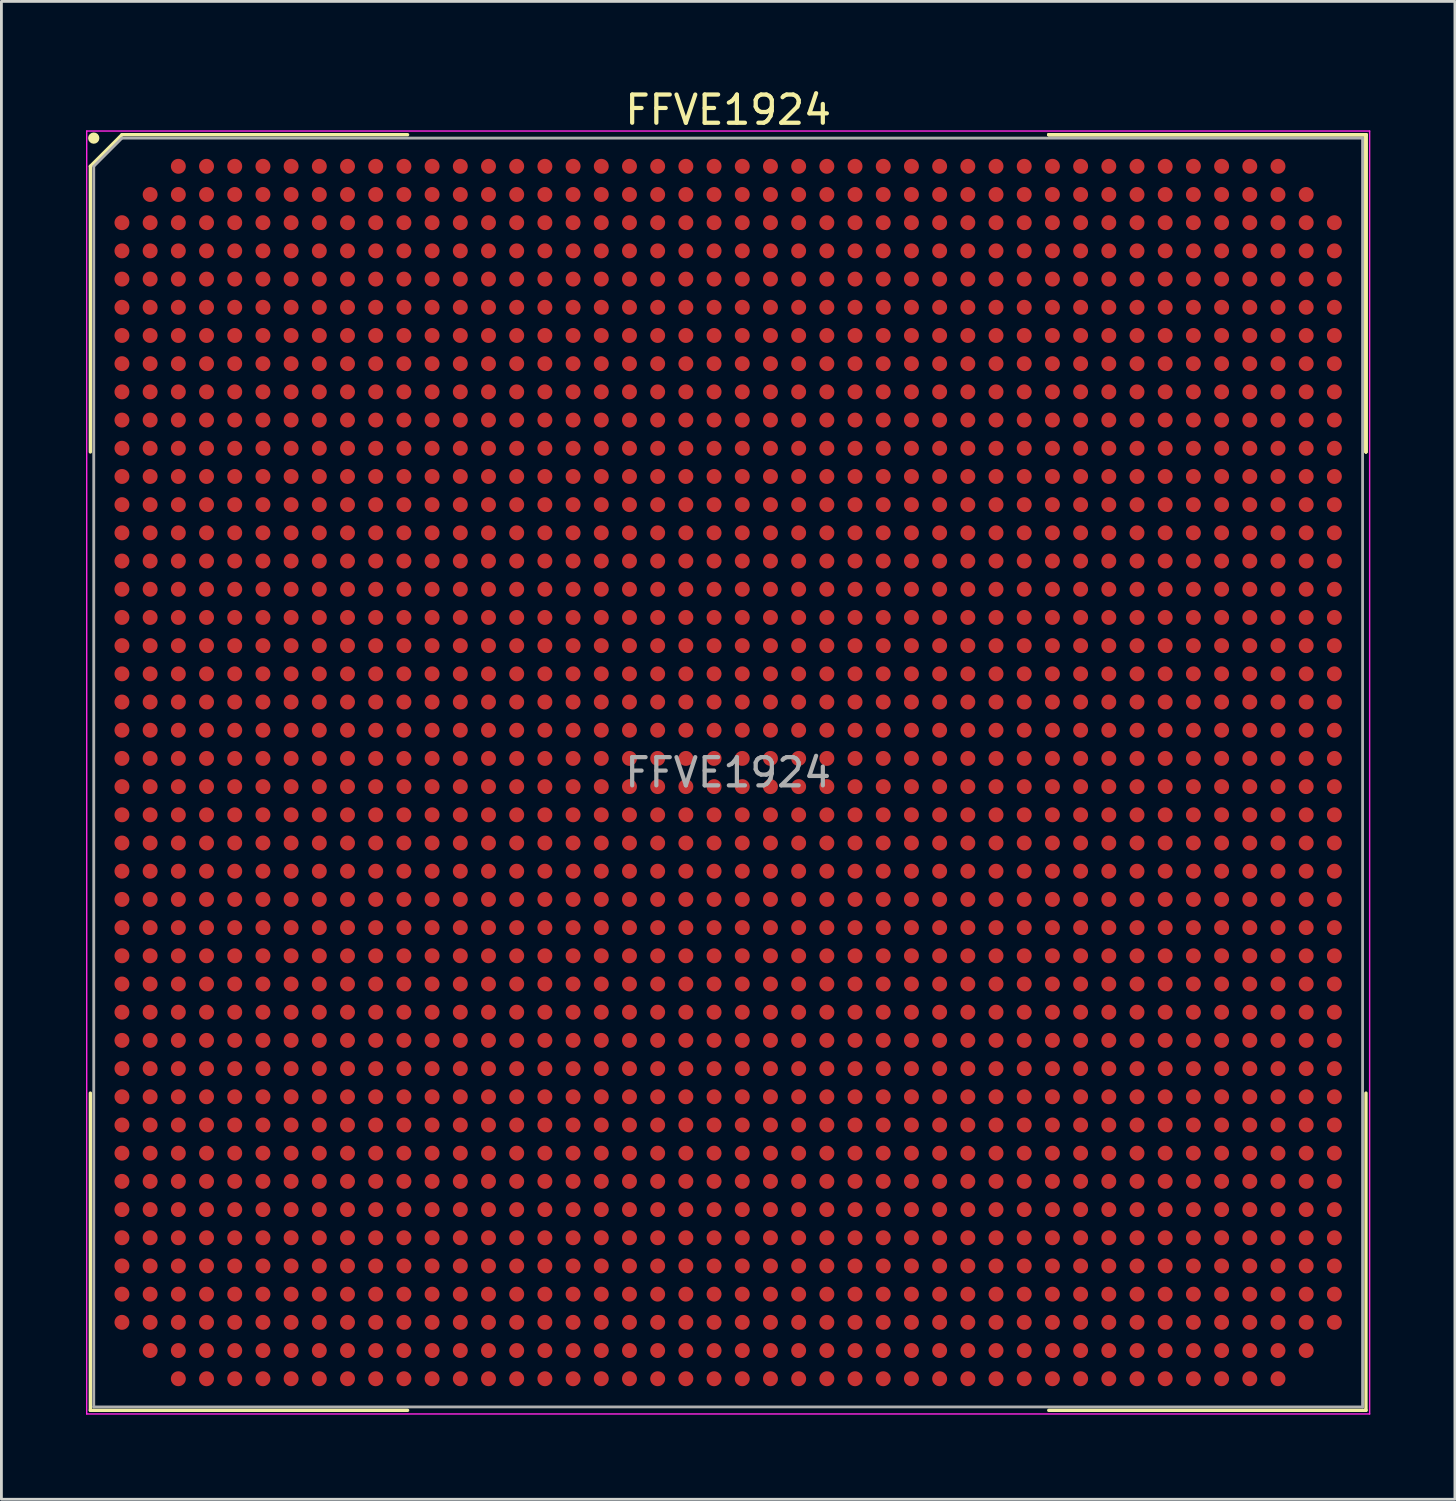
<source format=kicad_pcb>
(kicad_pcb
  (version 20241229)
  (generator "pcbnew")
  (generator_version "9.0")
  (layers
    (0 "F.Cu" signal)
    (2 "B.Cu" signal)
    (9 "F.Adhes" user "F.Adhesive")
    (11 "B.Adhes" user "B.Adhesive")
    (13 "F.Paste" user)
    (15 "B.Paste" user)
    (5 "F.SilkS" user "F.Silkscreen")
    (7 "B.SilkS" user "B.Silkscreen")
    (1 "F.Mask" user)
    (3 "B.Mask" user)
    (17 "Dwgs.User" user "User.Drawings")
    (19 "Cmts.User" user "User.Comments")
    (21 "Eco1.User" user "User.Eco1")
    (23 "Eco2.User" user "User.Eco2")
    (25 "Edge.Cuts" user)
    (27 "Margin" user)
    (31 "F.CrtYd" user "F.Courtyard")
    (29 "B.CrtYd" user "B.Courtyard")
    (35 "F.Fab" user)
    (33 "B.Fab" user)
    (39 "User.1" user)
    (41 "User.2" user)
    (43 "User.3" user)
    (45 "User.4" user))
  (footprint "FFVE1924"
    (layer "F.Cu")
    (at 22.775 24.348)
    (property "Reference" "FFVE1924" (at 0 -23.5 0) (layer "F.SilkS") (effects (font (size 1 1) (thickness 0.15))))
    (attr smd)
    (fp_line (start -22.62 -21.5) (end -22.62 -11.37) (stroke (width 0.12) (type solid)) (layer "F.SilkS"))
    (fp_line (start -22.62 22.62) (end -22.62 11.37) (stroke (width 0.12) (type solid)) (layer "F.SilkS"))
    (fp_line (start -21.5 -22.62) (end -22.62 -21.5) (stroke (width 0.12) (type solid)) (layer "F.SilkS"))
    (fp_line (start -11.37 -22.62) (end -21.5 -22.62) (stroke (width 0.12) (type solid)) (layer "F.SilkS"))
    (fp_line (start -11.37 22.62) (end -22.62 22.62) (stroke (width 0.12) (type solid)) (layer "F.SilkS"))
    (fp_line (start 11.37 -22.62) (end 22.62 -22.62) (stroke (width 0.12) (type solid)) (layer "F.SilkS"))
    (fp_line (start 11.37 -22.62) (end 22.62 -22.62) (stroke (width 0.12) (type solid)) (layer "F.SilkS"))
    (fp_line (start 11.37 -22.62) (end 22.62 -22.62) (stroke (width 0.12) (type solid)) (layer "F.SilkS"))
    (fp_line (start 11.37 22.62) (end 22.62 22.62) (stroke (width 0.12) (type solid)) (layer "F.SilkS"))
    (fp_line (start 22.62 -22.62) (end 22.62 -11.37) (stroke (width 0.12) (type solid)) (layer "F.SilkS"))
    (fp_line (start 22.62 -22.62) (end 22.62 -11.37) (stroke (width 0.12) (type solid)) (layer "F.SilkS"))
    (fp_line (start 22.62 -22.62) (end 22.62 -11.37) (stroke (width 0.12) (type solid)) (layer "F.SilkS"))
    (fp_line (start 22.62 22.62) (end 22.62 11.37) (stroke (width 0.12) (type solid)) (layer "F.SilkS"))
    (fp_circle (center -22.5 -22.5) (end -22.5 -22.4) (stroke (width 0.2) (type solid)) (fill no) (layer "F.SilkS"))
    (fp_line (start -22.75 -22.75) (end 22.75 -22.75) (stroke (width 0.05) (type solid)) (layer "F.CrtYd"))
    (fp_line (start -22.75 22.75) (end -22.75 -22.75) (stroke (width 0.05) (type solid)) (layer "F.CrtYd"))
    (fp_line (start 22.75 -22.75) (end 22.75 22.75) (stroke (width 0.05) (type solid)) (layer "F.CrtYd"))
    (fp_line (start 22.75 22.75) (end -22.75 22.75) (stroke (width 0.05) (type solid)) (layer "F.CrtYd"))
    (fp_line (start -22.5 -21.5) (end -22.5 22.5) (stroke (width 0.1) (type solid)) (layer "F.Fab"))
    (fp_line (start -22.5 22.5) (end 22.5 22.5) (stroke (width 0.1) (type solid)) (layer "F.Fab"))
    (fp_line (start -21.5 -22.5) (end -22.5 -21.5) (stroke (width 0.1) (type solid)) (layer "F.Fab"))
    (fp_line (start 22.5 -22.5) (end -21.5 -22.5) (stroke (width 0.1) (type solid)) (layer "F.Fab"))
    (fp_line (start 22.5 22.5) (end 22.5 -22.5) (stroke (width 0.1) (type solid)) (layer "F.Fab"))
    (fp_text user "${REFERENCE}" (at 0 0 0) (layer "F.Fab") (effects (font (size 1 1) (thickness 0.15))))
    (pad "A3" smd circle (at -19.5 -21.5) (size 0.53 0.53) (layers "F.Cu" "F.Mask" "F.Paste"))
    (pad "A4" smd circle (at -18.5 -21.5) (size 0.53 0.53) (layers "F.Cu" "F.Mask" "F.Paste"))
    (pad "A5" smd circle (at -17.5 -21.5) (size 0.53 0.53) (layers "F.Cu" "F.Mask" "F.Paste"))
    (pad "A6" smd circle (at -16.5 -21.5) (size 0.53 0.53) (layers "F.Cu" "F.Mask" "F.Paste"))
    (pad "A7" smd circle (at -15.5 -21.5) (size 0.53 0.53) (layers "F.Cu" "F.Mask" "F.Paste"))
    (pad "A8" smd circle (at -14.5 -21.5) (size 0.53 0.53) (layers "F.Cu" "F.Mask" "F.Paste"))
    (pad "A9" smd circle (at -13.5 -21.5) (size 0.53 0.53) (layers "F.Cu" "F.Mask" "F.Paste"))
    (pad "A10" smd circle (at -12.5 -21.5) (size 0.53 0.53) (layers "F.Cu" "F.Mask" "F.Paste"))
    (pad "A11" smd circle (at -11.5 -21.5) (size 0.53 0.53) (layers "F.Cu" "F.Mask" "F.Paste"))
    (pad "A12" smd circle (at -10.5 -21.5) (size 0.53 0.53) (layers "F.Cu" "F.Mask" "F.Paste"))
    (pad "A13" smd circle (at -9.5 -21.5) (size 0.53 0.53) (layers "F.Cu" "F.Mask" "F.Paste"))
    (pad "A14" smd circle (at -8.5 -21.5) (size 0.53 0.53) (layers "F.Cu" "F.Mask" "F.Paste"))
    (pad "A15" smd circle (at -7.5 -21.5) (size 0.53 0.53) (layers "F.Cu" "F.Mask" "F.Paste"))
    (pad "A16" smd circle (at -6.5 -21.5) (size 0.53 0.53) (layers "F.Cu" "F.Mask" "F.Paste"))
    (pad "A17" smd circle (at -5.5 -21.5) (size 0.53 0.53) (layers "F.Cu" "F.Mask" "F.Paste"))
    (pad "A18" smd circle (at -4.5 -21.5) (size 0.53 0.53) (layers "F.Cu" "F.Mask" "F.Paste"))
    (pad "A19" smd circle (at -3.5 -21.5) (size 0.53 0.53) (layers "F.Cu" "F.Mask" "F.Paste"))
    (pad "A20" smd circle (at -2.5 -21.5) (size 0.53 0.53) (layers "F.Cu" "F.Mask" "F.Paste"))
    (pad "A21" smd circle (at -1.5 -21.5) (size 0.53 0.53) (layers "F.Cu" "F.Mask" "F.Paste"))
    (pad "A22" smd circle (at -0.5 -21.5) (size 0.53 0.53) (layers "F.Cu" "F.Mask" "F.Paste"))
    (pad "A23" smd circle (at 0.5 -21.5) (size 0.53 0.53) (layers "F.Cu" "F.Mask" "F.Paste"))
    (pad "A24" smd circle (at 1.5 -21.5) (size 0.53 0.53) (layers "F.Cu" "F.Mask" "F.Paste"))
    (pad "A25" smd circle (at 2.5 -21.5) (size 0.53 0.53) (layers "F.Cu" "F.Mask" "F.Paste"))
    (pad "A26" smd circle (at 3.5 -21.5) (size 0.53 0.53) (layers "F.Cu" "F.Mask" "F.Paste"))
    (pad "A27" smd circle (at 4.5 -21.5) (size 0.53 0.53) (layers "F.Cu" "F.Mask" "F.Paste"))
    (pad "A28" smd circle (at 5.5 -21.5) (size 0.53 0.53) (layers "F.Cu" "F.Mask" "F.Paste"))
    (pad "A29" smd circle (at 6.5 -21.5) (size 0.53 0.53) (layers "F.Cu" "F.Mask" "F.Paste"))
    (pad "A30" smd circle (at 7.5 -21.5) (size 0.53 0.53) (layers "F.Cu" "F.Mask" "F.Paste"))
    (pad "A31" smd circle (at 8.5 -21.5) (size 0.53 0.53) (layers "F.Cu" "F.Mask" "F.Paste"))
    (pad "A32" smd circle (at 9.5 -21.5) (size 0.53 0.53) (layers "F.Cu" "F.Mask" "F.Paste"))
    (pad "A33" smd circle (at 10.5 -21.5) (size 0.53 0.53) (layers "F.Cu" "F.Mask" "F.Paste"))
    (pad "A34" smd circle (at 11.5 -21.5) (size 0.53 0.53) (layers "F.Cu" "F.Mask" "F.Paste"))
    (pad "A35" smd circle (at 12.5 -21.5) (size 0.53 0.53) (layers "F.Cu" "F.Mask" "F.Paste"))
    (pad "A36" smd circle (at 13.5 -21.5) (size 0.53 0.53) (layers "F.Cu" "F.Mask" "F.Paste"))
    (pad "A37" smd circle (at 14.5 -21.5) (size 0.53 0.53) (layers "F.Cu" "F.Mask" "F.Paste"))
    (pad "A38" smd circle (at 15.5 -21.5) (size 0.53 0.53) (layers "F.Cu" "F.Mask" "F.Paste"))
    (pad "A39" smd circle (at 16.5 -21.5) (size 0.53 0.53) (layers "F.Cu" "F.Mask" "F.Paste"))
    (pad "A40" smd circle (at 17.5 -21.5) (size 0.53 0.53) (layers "F.Cu" "F.Mask" "F.Paste"))
    (pad "A41" smd circle (at 18.5 -21.5) (size 0.53 0.53) (layers "F.Cu" "F.Mask" "F.Paste"))
    (pad "A42" smd circle (at 19.5 -21.5) (size 0.53 0.53) (layers "F.Cu" "F.Mask" "F.Paste"))
    (pad "AA1" smd circle (at -21.5 -1.5) (size 0.53 0.53) (layers "F.Cu" "F.Mask" "F.Paste"))
    (pad "AA2" smd circle (at -20.5 -1.5) (size 0.53 0.53) (layers "F.Cu" "F.Mask" "F.Paste"))
    (pad "AA3" smd circle (at -19.5 -1.5) (size 0.53 0.53) (layers "F.Cu" "F.Mask" "F.Paste"))
    (pad "AA4" smd circle (at -18.5 -1.5) (size 0.53 0.53) (layers "F.Cu" "F.Mask" "F.Paste"))
    (pad "AA5" smd circle (at -17.5 -1.5) (size 0.53 0.53) (layers "F.Cu" "F.Mask" "F.Paste"))
    (pad "AA6" smd circle (at -16.5 -1.5) (size 0.53 0.53) (layers "F.Cu" "F.Mask" "F.Paste"))
    (pad "AA7" smd circle (at -15.5 -1.5) (size 0.53 0.53) (layers "F.Cu" "F.Mask" "F.Paste"))
    (pad "AA8" smd circle (at -14.5 -1.5) (size 0.53 0.53) (layers "F.Cu" "F.Mask" "F.Paste"))
    (pad "AA9" smd circle (at -13.5 -1.5) (size 0.53 0.53) (layers "F.Cu" "F.Mask" "F.Paste"))
    (pad "AA10" smd circle (at -12.5 -1.5) (size 0.53 0.53) (layers "F.Cu" "F.Mask" "F.Paste"))
    (pad "AA11" smd circle (at -11.5 -1.5) (size 0.53 0.53) (layers "F.Cu" "F.Mask" "F.Paste"))
    (pad "AA12" smd circle (at -10.5 -1.5) (size 0.53 0.53) (layers "F.Cu" "F.Mask" "F.Paste"))
    (pad "AA13" smd circle (at -9.5 -1.5) (size 0.53 0.53) (layers "F.Cu" "F.Mask" "F.Paste"))
    (pad "AA14" smd circle (at -8.5 -1.5) (size 0.53 0.53) (layers "F.Cu" "F.Mask" "F.Paste"))
    (pad "AA15" smd circle (at -7.5 -1.5) (size 0.53 0.53) (layers "F.Cu" "F.Mask" "F.Paste"))
    (pad "AA16" smd circle (at -6.5 -1.5) (size 0.53 0.53) (layers "F.Cu" "F.Mask" "F.Paste"))
    (pad "AA17" smd circle (at -5.5 -1.5) (size 0.53 0.53) (layers "F.Cu" "F.Mask" "F.Paste"))
    (pad "AA18" smd circle (at -4.5 -1.5) (size 0.53 0.53) (layers "F.Cu" "F.Mask" "F.Paste"))
    (pad "AA19" smd circle (at -3.5 -1.5) (size 0.53 0.53) (layers "F.Cu" "F.Mask" "F.Paste"))
    (pad "AA20" smd circle (at -2.5 -1.5) (size 0.53 0.53) (layers "F.Cu" "F.Mask" "F.Paste"))
    (pad "AA21" smd circle (at -1.5 -1.5) (size 0.53 0.53) (layers "F.Cu" "F.Mask" "F.Paste"))
    (pad "AA22" smd circle (at -0.5 -1.5) (size 0.53 0.53) (layers "F.Cu" "F.Mask" "F.Paste"))
    (pad "AA23" smd circle (at 0.5 -1.5) (size 0.53 0.53) (layers "F.Cu" "F.Mask" "F.Paste"))
    (pad "AA24" smd circle (at 1.5 -1.5) (size 0.53 0.53) (layers "F.Cu" "F.Mask" "F.Paste"))
    (pad "AA25" smd circle (at 2.5 -1.5) (size 0.53 0.53) (layers "F.Cu" "F.Mask" "F.Paste"))
    (pad "AA26" smd circle (at 3.5 -1.5) (size 0.53 0.53) (layers "F.Cu" "F.Mask" "F.Paste"))
    (pad "AA27" smd circle (at 4.5 -1.5) (size 0.53 0.53) (layers "F.Cu" "F.Mask" "F.Paste"))
    (pad "AA28" smd circle (at 5.5 -1.5) (size 0.53 0.53) (layers "F.Cu" "F.Mask" "F.Paste"))
    (pad "AA29" smd circle (at 6.5 -1.5) (size 0.53 0.53) (layers "F.Cu" "F.Mask" "F.Paste"))
    (pad "AA30" smd circle (at 7.5 -1.5) (size 0.53 0.53) (layers "F.Cu" "F.Mask" "F.Paste"))
    (pad "AA31" smd circle (at 8.5 -1.5) (size 0.53 0.53) (layers "F.Cu" "F.Mask" "F.Paste"))
    (pad "AA32" smd circle (at 9.5 -1.5) (size 0.53 0.53) (layers "F.Cu" "F.Mask" "F.Paste"))
    (pad "AA33" smd circle (at 10.5 -1.5) (size 0.53 0.53) (layers "F.Cu" "F.Mask" "F.Paste"))
    (pad "AA34" smd circle (at 11.5 -1.5) (size 0.53 0.53) (layers "F.Cu" "F.Mask" "F.Paste"))
    (pad "AA35" smd circle (at 12.5 -1.5) (size 0.53 0.53) (layers "F.Cu" "F.Mask" "F.Paste"))
    (pad "AA36" smd circle (at 13.5 -1.5) (size 0.53 0.53) (layers "F.Cu" "F.Mask" "F.Paste"))
    (pad "AA37" smd circle (at 14.5 -1.5) (size 0.53 0.53) (layers "F.Cu" "F.Mask" "F.Paste"))
    (pad "AA38" smd circle (at 15.5 -1.5) (size 0.53 0.53) (layers "F.Cu" "F.Mask" "F.Paste"))
    (pad "AA39" smd circle (at 16.5 -1.5) (size 0.53 0.53) (layers "F.Cu" "F.Mask" "F.Paste"))
    (pad "AA40" smd circle (at 17.5 -1.5) (size 0.53 0.53) (layers "F.Cu" "F.Mask" "F.Paste"))
    (pad "AA41" smd circle (at 18.5 -1.5) (size 0.53 0.53) (layers "F.Cu" "F.Mask" "F.Paste"))
    (pad "AA42" smd circle (at 19.5 -1.5) (size 0.53 0.53) (layers "F.Cu" "F.Mask" "F.Paste"))
    (pad "AA43" smd circle (at 20.5 -1.5) (size 0.53 0.53) (layers "F.Cu" "F.Mask" "F.Paste"))
    (pad "AA44" smd circle (at 21.5 -1.5) (size 0.53 0.53) (layers "F.Cu" "F.Mask" "F.Paste"))
    (pad "AB1" smd circle (at -21.5 -0.5) (size 0.53 0.53) (layers "F.Cu" "F.Mask" "F.Paste"))
    (pad "AB2" smd circle (at -20.5 -0.5) (size 0.53 0.53) (layers "F.Cu" "F.Mask" "F.Paste"))
    (pad "AB3" smd circle (at -19.5 -0.5) (size 0.53 0.53) (layers "F.Cu" "F.Mask" "F.Paste"))
    (pad "AB4" smd circle (at -18.5 -0.5) (size 0.53 0.53) (layers "F.Cu" "F.Mask" "F.Paste"))
    (pad "AB5" smd circle (at -17.5 -0.5) (size 0.53 0.53) (layers "F.Cu" "F.Mask" "F.Paste"))
    (pad "AB6" smd circle (at -16.5 -0.5) (size 0.53 0.53) (layers "F.Cu" "F.Mask" "F.Paste"))
    (pad "AB7" smd circle (at -15.5 -0.5) (size 0.53 0.53) (layers "F.Cu" "F.Mask" "F.Paste"))
    (pad "AB8" smd circle (at -14.5 -0.5) (size 0.53 0.53) (layers "F.Cu" "F.Mask" "F.Paste"))
    (pad "AB9" smd circle (at -13.5 -0.5) (size 0.53 0.53) (layers "F.Cu" "F.Mask" "F.Paste"))
    (pad "AB10" smd circle (at -12.5 -0.5) (size 0.53 0.53) (layers "F.Cu" "F.Mask" "F.Paste"))
    (pad "AB11" smd circle (at -11.5 -0.5) (size 0.53 0.53) (layers "F.Cu" "F.Mask" "F.Paste"))
    (pad "AB12" smd circle (at -10.5 -0.5) (size 0.53 0.53) (layers "F.Cu" "F.Mask" "F.Paste"))
    (pad "AB13" smd circle (at -9.5 -0.5) (size 0.53 0.53) (layers "F.Cu" "F.Mask" "F.Paste"))
    (pad "AB14" smd circle (at -8.5 -0.5) (size 0.53 0.53) (layers "F.Cu" "F.Mask" "F.Paste"))
    (pad "AB15" smd circle (at -7.5 -0.5) (size 0.53 0.53) (layers "F.Cu" "F.Mask" "F.Paste"))
    (pad "AB16" smd circle (at -6.5 -0.5) (size 0.53 0.53) (layers "F.Cu" "F.Mask" "F.Paste"))
    (pad "AB17" smd circle (at -5.5 -0.5) (size 0.53 0.53) (layers "F.Cu" "F.Mask" "F.Paste"))
    (pad "AB18" smd circle (at -4.5 -0.5) (size 0.53 0.53) (layers "F.Cu" "F.Mask" "F.Paste"))
    (pad "AB19" smd circle (at -3.5 -0.5) (size 0.53 0.53) (layers "F.Cu" "F.Mask" "F.Paste"))
    (pad "AB20" smd circle (at -2.5 -0.5) (size 0.53 0.53) (layers "F.Cu" "F.Mask" "F.Paste"))
    (pad "AB21" smd circle (at -1.5 -0.5) (size 0.53 0.53) (layers "F.Cu" "F.Mask" "F.Paste"))
    (pad "AB22" smd circle (at -0.5 -0.5) (size 0.53 0.53) (layers "F.Cu" "F.Mask" "F.Paste"))
    (pad "AB23" smd circle (at 0.5 -0.5) (size 0.53 0.53) (layers "F.Cu" "F.Mask" "F.Paste"))
    (pad "AB24" smd circle (at 1.5 -0.5) (size 0.53 0.53) (layers "F.Cu" "F.Mask" "F.Paste"))
    (pad "AB25" smd circle (at 2.5 -0.5) (size 0.53 0.53) (layers "F.Cu" "F.Mask" "F.Paste"))
    (pad "AB26" smd circle (at 3.5 -0.5) (size 0.53 0.53) (layers "F.Cu" "F.Mask" "F.Paste"))
    (pad "AB27" smd circle (at 4.5 -0.5) (size 0.53 0.53) (layers "F.Cu" "F.Mask" "F.Paste"))
    (pad "AB28" smd circle (at 5.5 -0.5) (size 0.53 0.53) (layers "F.Cu" "F.Mask" "F.Paste"))
    (pad "AB29" smd circle (at 6.5 -0.5) (size 0.53 0.53) (layers "F.Cu" "F.Mask" "F.Paste"))
    (pad "AB30" smd circle (at 7.5 -0.5) (size 0.53 0.53) (layers "F.Cu" "F.Mask" "F.Paste"))
    (pad "AB31" smd circle (at 8.5 -0.5) (size 0.53 0.53) (layers "F.Cu" "F.Mask" "F.Paste"))
    (pad "AB32" smd circle (at 9.5 -0.5) (size 0.53 0.53) (layers "F.Cu" "F.Mask" "F.Paste"))
    (pad "AB33" smd circle (at 10.5 -0.5) (size 0.53 0.53) (layers "F.Cu" "F.Mask" "F.Paste"))
    (pad "AB34" smd circle (at 11.5 -0.5) (size 0.53 0.53) (layers "F.Cu" "F.Mask" "F.Paste"))
    (pad "AB35" smd circle (at 12.5 -0.5) (size 0.53 0.53) (layers "F.Cu" "F.Mask" "F.Paste"))
    (pad "AB36" smd circle (at 13.5 -0.5) (size 0.53 0.53) (layers "F.Cu" "F.Mask" "F.Paste"))
    (pad "AB37" smd circle (at 14.5 -0.5) (size 0.53 0.53) (layers "F.Cu" "F.Mask" "F.Paste"))
    (pad "AB38" smd circle (at 15.5 -0.5) (size 0.53 0.53) (layers "F.Cu" "F.Mask" "F.Paste"))
    (pad "AB39" smd circle (at 16.5 -0.5) (size 0.53 0.53) (layers "F.Cu" "F.Mask" "F.Paste"))
    (pad "AB40" smd circle (at 17.5 -0.5) (size 0.53 0.53) (layers "F.Cu" "F.Mask" "F.Paste"))
    (pad "AB41" smd circle (at 18.5 -0.5) (size 0.53 0.53) (layers "F.Cu" "F.Mask" "F.Paste"))
    (pad "AB42" smd circle (at 19.5 -0.5) (size 0.53 0.53) (layers "F.Cu" "F.Mask" "F.Paste"))
    (pad "AB43" smd circle (at 20.5 -0.5) (size 0.53 0.53) (layers "F.Cu" "F.Mask" "F.Paste"))
    (pad "AB44" smd circle (at 21.5 -0.5) (size 0.53 0.53) (layers "F.Cu" "F.Mask" "F.Paste"))
    (pad "AC1" smd circle (at -21.5 0.5) (size 0.53 0.53) (layers "F.Cu" "F.Mask" "F.Paste"))
    (pad "AC2" smd circle (at -20.5 0.5) (size 0.53 0.53) (layers "F.Cu" "F.Mask" "F.Paste"))
    (pad "AC3" smd circle (at -19.5 0.5) (size 0.53 0.53) (layers "F.Cu" "F.Mask" "F.Paste"))
    (pad "AC4" smd circle (at -18.5 0.5) (size 0.53 0.53) (layers "F.Cu" "F.Mask" "F.Paste"))
    (pad "AC5" smd circle (at -17.5 0.5) (size 0.53 0.53) (layers "F.Cu" "F.Mask" "F.Paste"))
    (pad "AC6" smd circle (at -16.5 0.5) (size 0.53 0.53) (layers "F.Cu" "F.Mask" "F.Paste"))
    (pad "AC7" smd circle (at -15.5 0.5) (size 0.53 0.53) (layers "F.Cu" "F.Mask" "F.Paste"))
    (pad "AC8" smd circle (at -14.5 0.5) (size 0.53 0.53) (layers "F.Cu" "F.Mask" "F.Paste"))
    (pad "AC9" smd circle (at -13.5 0.5) (size 0.53 0.53) (layers "F.Cu" "F.Mask" "F.Paste"))
    (pad "AC10" smd circle (at -12.5 0.5) (size 0.53 0.53) (layers "F.Cu" "F.Mask" "F.Paste"))
    (pad "AC11" smd circle (at -11.5 0.5) (size 0.53 0.53) (layers "F.Cu" "F.Mask" "F.Paste"))
    (pad "AC12" smd circle (at -10.5 0.5) (size 0.53 0.53) (layers "F.Cu" "F.Mask" "F.Paste"))
    (pad "AC13" smd circle (at -9.5 0.5) (size 0.53 0.53) (layers "F.Cu" "F.Mask" "F.Paste"))
    (pad "AC14" smd circle (at -8.5 0.5) (size 0.53 0.53) (layers "F.Cu" "F.Mask" "F.Paste"))
    (pad "AC15" smd circle (at -7.5 0.5) (size 0.53 0.53) (layers "F.Cu" "F.Mask" "F.Paste"))
    (pad "AC16" smd circle (at -6.5 0.5) (size 0.53 0.53) (layers "F.Cu" "F.Mask" "F.Paste"))
    (pad "AC17" smd circle (at -5.5 0.5) (size 0.53 0.53) (layers "F.Cu" "F.Mask" "F.Paste"))
    (pad "AC18" smd circle (at -4.5 0.5) (size 0.53 0.53) (layers "F.Cu" "F.Mask" "F.Paste"))
    (pad "AC19" smd circle (at -3.5 0.5) (size 0.53 0.53) (layers "F.Cu" "F.Mask" "F.Paste"))
    (pad "AC20" smd circle (at -2.5 0.5) (size 0.53 0.53) (layers "F.Cu" "F.Mask" "F.Paste"))
    (pad "AC21" smd circle (at -1.5 0.5) (size 0.53 0.53) (layers "F.Cu" "F.Mask" "F.Paste"))
    (pad "AC22" smd circle (at -0.5 0.5) (size 0.53 0.53) (layers "F.Cu" "F.Mask" "F.Paste"))
    (pad "AC23" smd circle (at 0.5 0.5) (size 0.53 0.53) (layers "F.Cu" "F.Mask" "F.Paste"))
    (pad "AC24" smd circle (at 1.5 0.5) (size 0.53 0.53) (layers "F.Cu" "F.Mask" "F.Paste"))
    (pad "AC25" smd circle (at 2.5 0.5) (size 0.53 0.53) (layers "F.Cu" "F.Mask" "F.Paste"))
    (pad "AC26" smd circle (at 3.5 0.5) (size 0.53 0.53) (layers "F.Cu" "F.Mask" "F.Paste"))
    (pad "AC27" smd circle (at 4.5 0.5) (size 0.53 0.53) (layers "F.Cu" "F.Mask" "F.Paste"))
    (pad "AC28" smd circle (at 5.5 0.5) (size 0.53 0.53) (layers "F.Cu" "F.Mask" "F.Paste"))
    (pad "AC29" smd circle (at 6.5 0.5) (size 0.53 0.53) (layers "F.Cu" "F.Mask" "F.Paste"))
    (pad "AC30" smd circle (at 7.5 0.5) (size 0.53 0.53) (layers "F.Cu" "F.Mask" "F.Paste"))
    (pad "AC31" smd circle (at 8.5 0.5) (size 0.53 0.53) (layers "F.Cu" "F.Mask" "F.Paste"))
    (pad "AC32" smd circle (at 9.5 0.5) (size 0.53 0.53) (layers "F.Cu" "F.Mask" "F.Paste"))
    (pad "AC33" smd circle (at 10.5 0.5) (size 0.53 0.53) (layers "F.Cu" "F.Mask" "F.Paste"))
    (pad "AC34" smd circle (at 11.5 0.5) (size 0.53 0.53) (layers "F.Cu" "F.Mask" "F.Paste"))
    (pad "AC35" smd circle (at 12.5 0.5) (size 0.53 0.53) (layers "F.Cu" "F.Mask" "F.Paste"))
    (pad "AC36" smd circle (at 13.5 0.5) (size 0.53 0.53) (layers "F.Cu" "F.Mask" "F.Paste"))
    (pad "AC37" smd circle (at 14.5 0.5) (size 0.53 0.53) (layers "F.Cu" "F.Mask" "F.Paste"))
    (pad "AC38" smd circle (at 15.5 0.5) (size 0.53 0.53) (layers "F.Cu" "F.Mask" "F.Paste"))
    (pad "AC39" smd circle (at 16.5 0.5) (size 0.53 0.53) (layers "F.Cu" "F.Mask" "F.Paste"))
    (pad "AC40" smd circle (at 17.5 0.5) (size 0.53 0.53) (layers "F.Cu" "F.Mask" "F.Paste"))
    (pad "AC41" smd circle (at 18.5 0.5) (size 0.53 0.53) (layers "F.Cu" "F.Mask" "F.Paste"))
    (pad "AC42" smd circle (at 19.5 0.5) (size 0.53 0.53) (layers "F.Cu" "F.Mask" "F.Paste"))
    (pad "AC43" smd circle (at 20.5 0.5) (size 0.53 0.53) (layers "F.Cu" "F.Mask" "F.Paste"))
    (pad "AC44" smd circle (at 21.5 0.5) (size 0.53 0.53) (layers "F.Cu" "F.Mask" "F.Paste"))
    (pad "AD1" smd circle (at -21.5 1.5) (size 0.53 0.53) (layers "F.Cu" "F.Mask" "F.Paste"))
    (pad "AD2" smd circle (at -20.5 1.5) (size 0.53 0.53) (layers "F.Cu" "F.Mask" "F.Paste"))
    (pad "AD3" smd circle (at -19.5 1.5) (size 0.53 0.53) (layers "F.Cu" "F.Mask" "F.Paste"))
    (pad "AD4" smd circle (at -18.5 1.5) (size 0.53 0.53) (layers "F.Cu" "F.Mask" "F.Paste"))
    (pad "AD5" smd circle (at -17.5 1.5) (size 0.53 0.53) (layers "F.Cu" "F.Mask" "F.Paste"))
    (pad "AD6" smd circle (at -16.5 1.5) (size 0.53 0.53) (layers "F.Cu" "F.Mask" "F.Paste"))
    (pad "AD7" smd circle (at -15.5 1.5) (size 0.53 0.53) (layers "F.Cu" "F.Mask" "F.Paste"))
    (pad "AD8" smd circle (at -14.5 1.5) (size 0.53 0.53) (layers "F.Cu" "F.Mask" "F.Paste"))
    (pad "AD9" smd circle (at -13.5 1.5) (size 0.53 0.53) (layers "F.Cu" "F.Mask" "F.Paste"))
    (pad "AD10" smd circle (at -12.5 1.5) (size 0.53 0.53) (layers "F.Cu" "F.Mask" "F.Paste"))
    (pad "AD11" smd circle (at -11.5 1.5) (size 0.53 0.53) (layers "F.Cu" "F.Mask" "F.Paste"))
    (pad "AD12" smd circle (at -10.5 1.5) (size 0.53 0.53) (layers "F.Cu" "F.Mask" "F.Paste"))
    (pad "AD13" smd circle (at -9.5 1.5) (size 0.53 0.53) (layers "F.Cu" "F.Mask" "F.Paste"))
    (pad "AD14" smd circle (at -8.5 1.5) (size 0.53 0.53) (layers "F.Cu" "F.Mask" "F.Paste"))
    (pad "AD15" smd circle (at -7.5 1.5) (size 0.53 0.53) (layers "F.Cu" "F.Mask" "F.Paste"))
    (pad "AD16" smd circle (at -6.5 1.5) (size 0.53 0.53) (layers "F.Cu" "F.Mask" "F.Paste"))
    (pad "AD17" smd circle (at -5.5 1.5) (size 0.53 0.53) (layers "F.Cu" "F.Mask" "F.Paste"))
    (pad "AD18" smd circle (at -4.5 1.5) (size 0.53 0.53) (layers "F.Cu" "F.Mask" "F.Paste"))
    (pad "AD19" smd circle (at -3.5 1.5) (size 0.53 0.53) (layers "F.Cu" "F.Mask" "F.Paste"))
    (pad "AD20" smd circle (at -2.5 1.5) (size 0.53 0.53) (layers "F.Cu" "F.Mask" "F.Paste"))
    (pad "AD21" smd circle (at -1.5 1.5) (size 0.53 0.53) (layers "F.Cu" "F.Mask" "F.Paste"))
    (pad "AD22" smd circle (at -0.5 1.5) (size 0.53 0.53) (layers "F.Cu" "F.Mask" "F.Paste"))
    (pad "AD23" smd circle (at 0.5 1.5) (size 0.53 0.53) (layers "F.Cu" "F.Mask" "F.Paste"))
    (pad "AD24" smd circle (at 1.5 1.5) (size 0.53 0.53) (layers "F.Cu" "F.Mask" "F.Paste"))
    (pad "AD25" smd circle (at 2.5 1.5) (size 0.53 0.53) (layers "F.Cu" "F.Mask" "F.Paste"))
    (pad "AD26" smd circle (at 3.5 1.5) (size 0.53 0.53) (layers "F.Cu" "F.Mask" "F.Paste"))
    (pad "AD27" smd circle (at 4.5 1.5) (size 0.53 0.53) (layers "F.Cu" "F.Mask" "F.Paste"))
    (pad "AD28" smd circle (at 5.5 1.5) (size 0.53 0.53) (layers "F.Cu" "F.Mask" "F.Paste"))
    (pad "AD29" smd circle (at 6.5 1.5) (size 0.53 0.53) (layers "F.Cu" "F.Mask" "F.Paste"))
    (pad "AD30" smd circle (at 7.5 1.5) (size 0.53 0.53) (layers "F.Cu" "F.Mask" "F.Paste"))
    (pad "AD31" smd circle (at 8.5 1.5) (size 0.53 0.53) (layers "F.Cu" "F.Mask" "F.Paste"))
    (pad "AD32" smd circle (at 9.5 1.5) (size 0.53 0.53) (layers "F.Cu" "F.Mask" "F.Paste"))
    (pad "AD33" smd circle (at 10.5 1.5) (size 0.53 0.53) (layers "F.Cu" "F.Mask" "F.Paste"))
    (pad "AD34" smd circle (at 11.5 1.5) (size 0.53 0.53) (layers "F.Cu" "F.Mask" "F.Paste"))
    (pad "AD35" smd circle (at 12.5 1.5) (size 0.53 0.53) (layers "F.Cu" "F.Mask" "F.Paste"))
    (pad "AD36" smd circle (at 13.5 1.5) (size 0.53 0.53) (layers "F.Cu" "F.Mask" "F.Paste"))
    (pad "AD37" smd circle (at 14.5 1.5) (size 0.53 0.53) (layers "F.Cu" "F.Mask" "F.Paste"))
    (pad "AD38" smd circle (at 15.5 1.5) (size 0.53 0.53) (layers "F.Cu" "F.Mask" "F.Paste"))
    (pad "AD39" smd circle (at 16.5 1.5) (size 0.53 0.53) (layers "F.Cu" "F.Mask" "F.Paste"))
    (pad "AD40" smd circle (at 17.5 1.5) (size 0.53 0.53) (layers "F.Cu" "F.Mask" "F.Paste"))
    (pad "AD41" smd circle (at 18.5 1.5) (size 0.53 0.53) (layers "F.Cu" "F.Mask" "F.Paste"))
    (pad "AD42" smd circle (at 19.5 1.5) (size 0.53 0.53) (layers "F.Cu" "F.Mask" "F.Paste"))
    (pad "AD43" smd circle (at 20.5 1.5) (size 0.53 0.53) (layers "F.Cu" "F.Mask" "F.Paste"))
    (pad "AD44" smd circle (at 21.5 1.5) (size 0.53 0.53) (layers "F.Cu" "F.Mask" "F.Paste"))
    (pad "AE1" smd circle (at -21.5 2.5) (size 0.53 0.53) (layers "F.Cu" "F.Mask" "F.Paste"))
    (pad "AE2" smd circle (at -20.5 2.5) (size 0.53 0.53) (layers "F.Cu" "F.Mask" "F.Paste"))
    (pad "AE3" smd circle (at -19.5 2.5) (size 0.53 0.53) (layers "F.Cu" "F.Mask" "F.Paste"))
    (pad "AE4" smd circle (at -18.5 2.5) (size 0.53 0.53) (layers "F.Cu" "F.Mask" "F.Paste"))
    (pad "AE5" smd circle (at -17.5 2.5) (size 0.53 0.53) (layers "F.Cu" "F.Mask" "F.Paste"))
    (pad "AE6" smd circle (at -16.5 2.5) (size 0.53 0.53) (layers "F.Cu" "F.Mask" "F.Paste"))
    (pad "AE7" smd circle (at -15.5 2.5) (size 0.53 0.53) (layers "F.Cu" "F.Mask" "F.Paste"))
    (pad "AE8" smd circle (at -14.5 2.5) (size 0.53 0.53) (layers "F.Cu" "F.Mask" "F.Paste"))
    (pad "AE9" smd circle (at -13.5 2.5) (size 0.53 0.53) (layers "F.Cu" "F.Mask" "F.Paste"))
    (pad "AE10" smd circle (at -12.5 2.5) (size 0.53 0.53) (layers "F.Cu" "F.Mask" "F.Paste"))
    (pad "AE11" smd circle (at -11.5 2.5) (size 0.53 0.53) (layers "F.Cu" "F.Mask" "F.Paste"))
    (pad "AE12" smd circle (at -10.5 2.5) (size 0.53 0.53) (layers "F.Cu" "F.Mask" "F.Paste"))
    (pad "AE13" smd circle (at -9.5 2.5) (size 0.53 0.53) (layers "F.Cu" "F.Mask" "F.Paste"))
    (pad "AE14" smd circle (at -8.5 2.5) (size 0.53 0.53) (layers "F.Cu" "F.Mask" "F.Paste"))
    (pad "AE15" smd circle (at -7.5 2.5) (size 0.53 0.53) (layers "F.Cu" "F.Mask" "F.Paste"))
    (pad "AE16" smd circle (at -6.5 2.5) (size 0.53 0.53) (layers "F.Cu" "F.Mask" "F.Paste"))
    (pad "AE17" smd circle (at -5.5 2.5) (size 0.53 0.53) (layers "F.Cu" "F.Mask" "F.Paste"))
    (pad "AE18" smd circle (at -4.5 2.5) (size 0.53 0.53) (layers "F.Cu" "F.Mask" "F.Paste"))
    (pad "AE19" smd circle (at -3.5 2.5) (size 0.53 0.53) (layers "F.Cu" "F.Mask" "F.Paste"))
    (pad "AE20" smd circle (at -2.5 2.5) (size 0.53 0.53) (layers "F.Cu" "F.Mask" "F.Paste"))
    (pad "AE21" smd circle (at -1.5 2.5) (size 0.53 0.53) (layers "F.Cu" "F.Mask" "F.Paste"))
    (pad "AE22" smd circle (at -0.5 2.5) (size 0.53 0.53) (layers "F.Cu" "F.Mask" "F.Paste"))
    (pad "AE23" smd circle (at 0.5 2.5) (size 0.53 0.53) (layers "F.Cu" "F.Mask" "F.Paste"))
    (pad "AE24" smd circle (at 1.5 2.5) (size 0.53 0.53) (layers "F.Cu" "F.Mask" "F.Paste"))
    (pad "AE25" smd circle (at 2.5 2.5) (size 0.53 0.53) (layers "F.Cu" "F.Mask" "F.Paste"))
    (pad "AE26" smd circle (at 3.5 2.5) (size 0.53 0.53) (layers "F.Cu" "F.Mask" "F.Paste"))
    (pad "AE27" smd circle (at 4.5 2.5) (size 0.53 0.53) (layers "F.Cu" "F.Mask" "F.Paste"))
    (pad "AE28" smd circle (at 5.5 2.5) (size 0.53 0.53) (layers "F.Cu" "F.Mask" "F.Paste"))
    (pad "AE29" smd circle (at 6.5 2.5) (size 0.53 0.53) (layers "F.Cu" "F.Mask" "F.Paste"))
    (pad "AE30" smd circle (at 7.5 2.5) (size 0.53 0.53) (layers "F.Cu" "F.Mask" "F.Paste"))
    (pad "AE31" smd circle (at 8.5 2.5) (size 0.53 0.53) (layers "F.Cu" "F.Mask" "F.Paste"))
    (pad "AE32" smd circle (at 9.5 2.5) (size 0.53 0.53) (layers "F.Cu" "F.Mask" "F.Paste"))
    (pad "AE33" smd circle (at 10.5 2.5) (size 0.53 0.53) (layers "F.Cu" "F.Mask" "F.Paste"))
    (pad "AE34" smd circle (at 11.5 2.5) (size 0.53 0.53) (layers "F.Cu" "F.Mask" "F.Paste"))
    (pad "AE35" smd circle (at 12.5 2.5) (size 0.53 0.53) (layers "F.Cu" "F.Mask" "F.Paste"))
    (pad "AE36" smd circle (at 13.5 2.5) (size 0.53 0.53) (layers "F.Cu" "F.Mask" "F.Paste"))
    (pad "AE37" smd circle (at 14.5 2.5) (size 0.53 0.53) (layers "F.Cu" "F.Mask" "F.Paste"))
    (pad "AE38" smd circle (at 15.5 2.5) (size 0.53 0.53) (layers "F.Cu" "F.Mask" "F.Paste"))
    (pad "AE39" smd circle (at 16.5 2.5) (size 0.53 0.53) (layers "F.Cu" "F.Mask" "F.Paste"))
    (pad "AE40" smd circle (at 17.5 2.5) (size 0.53 0.53) (layers "F.Cu" "F.Mask" "F.Paste"))
    (pad "AE41" smd circle (at 18.5 2.5) (size 0.53 0.53) (layers "F.Cu" "F.Mask" "F.Paste"))
    (pad "AE42" smd circle (at 19.5 2.5) (size 0.53 0.53) (layers "F.Cu" "F.Mask" "F.Paste"))
    (pad "AE43" smd circle (at 20.5 2.5) (size 0.53 0.53) (layers "F.Cu" "F.Mask" "F.Paste"))
    (pad "AE44" smd circle (at 21.5 2.5) (size 0.53 0.53) (layers "F.Cu" "F.Mask" "F.Paste"))
    (pad "AF1" smd circle (at -21.5 3.5) (size 0.53 0.53) (layers "F.Cu" "F.Mask" "F.Paste"))
    (pad "AF2" smd circle (at -20.5 3.5) (size 0.53 0.53) (layers "F.Cu" "F.Mask" "F.Paste"))
    (pad "AF3" smd circle (at -19.5 3.5) (size 0.53 0.53) (layers "F.Cu" "F.Mask" "F.Paste"))
    (pad "AF4" smd circle (at -18.5 3.5) (size 0.53 0.53) (layers "F.Cu" "F.Mask" "F.Paste"))
    (pad "AF5" smd circle (at -17.5 3.5) (size 0.53 0.53) (layers "F.Cu" "F.Mask" "F.Paste"))
    (pad "AF6" smd circle (at -16.5 3.5) (size 0.53 0.53) (layers "F.Cu" "F.Mask" "F.Paste"))
    (pad "AF7" smd circle (at -15.5 3.5) (size 0.53 0.53) (layers "F.Cu" "F.Mask" "F.Paste"))
    (pad "AF8" smd circle (at -14.5 3.5) (size 0.53 0.53) (layers "F.Cu" "F.Mask" "F.Paste"))
    (pad "AF9" smd circle (at -13.5 3.5) (size 0.53 0.53) (layers "F.Cu" "F.Mask" "F.Paste"))
    (pad "AF10" smd circle (at -12.5 3.5) (size 0.53 0.53) (layers "F.Cu" "F.Mask" "F.Paste"))
    (pad "AF11" smd circle (at -11.5 3.5) (size 0.53 0.53) (layers "F.Cu" "F.Mask" "F.Paste"))
    (pad "AF12" smd circle (at -10.5 3.5) (size 0.53 0.53) (layers "F.Cu" "F.Mask" "F.Paste"))
    (pad "AF13" smd circle (at -9.5 3.5) (size 0.53 0.53) (layers "F.Cu" "F.Mask" "F.Paste"))
    (pad "AF14" smd circle (at -8.5 3.5) (size 0.53 0.53) (layers "F.Cu" "F.Mask" "F.Paste"))
    (pad "AF15" smd circle (at -7.5 3.5) (size 0.53 0.53) (layers "F.Cu" "F.Mask" "F.Paste"))
    (pad "AF16" smd circle (at -6.5 3.5) (size 0.53 0.53) (layers "F.Cu" "F.Mask" "F.Paste"))
    (pad "AF17" smd circle (at -5.5 3.5) (size 0.53 0.53) (layers "F.Cu" "F.Mask" "F.Paste"))
    (pad "AF18" smd circle (at -4.5 3.5) (size 0.53 0.53) (layers "F.Cu" "F.Mask" "F.Paste"))
    (pad "AF19" smd circle (at -3.5 3.5) (size 0.53 0.53) (layers "F.Cu" "F.Mask" "F.Paste"))
    (pad "AF20" smd circle (at -2.5 3.5) (size 0.53 0.53) (layers "F.Cu" "F.Mask" "F.Paste"))
    (pad "AF21" smd circle (at -1.5 3.5) (size 0.53 0.53) (layers "F.Cu" "F.Mask" "F.Paste"))
    (pad "AF22" smd circle (at -0.5 3.5) (size 0.53 0.53) (layers "F.Cu" "F.Mask" "F.Paste"))
    (pad "AF23" smd circle (at 0.5 3.5) (size 0.53 0.53) (layers "F.Cu" "F.Mask" "F.Paste"))
    (pad "AF24" smd circle (at 1.5 3.5) (size 0.53 0.53) (layers "F.Cu" "F.Mask" "F.Paste"))
    (pad "AF25" smd circle (at 2.5 3.5) (size 0.53 0.53) (layers "F.Cu" "F.Mask" "F.Paste"))
    (pad "AF26" smd circle (at 3.5 3.5) (size 0.53 0.53) (layers "F.Cu" "F.Mask" "F.Paste"))
    (pad "AF27" smd circle (at 4.5 3.5) (size 0.53 0.53) (layers "F.Cu" "F.Mask" "F.Paste"))
    (pad "AF28" smd circle (at 5.5 3.5) (size 0.53 0.53) (layers "F.Cu" "F.Mask" "F.Paste"))
    (pad "AF29" smd circle (at 6.5 3.5) (size 0.53 0.53) (layers "F.Cu" "F.Mask" "F.Paste"))
    (pad "AF30" smd circle (at 7.5 3.5) (size 0.53 0.53) (layers "F.Cu" "F.Mask" "F.Paste"))
    (pad "AF31" smd circle (at 8.5 3.5) (size 0.53 0.53) (layers "F.Cu" "F.Mask" "F.Paste"))
    (pad "AF32" smd circle (at 9.5 3.5) (size 0.53 0.53) (layers "F.Cu" "F.Mask" "F.Paste"))
    (pad "AF33" smd circle (at 10.5 3.5) (size 0.53 0.53) (layers "F.Cu" "F.Mask" "F.Paste"))
    (pad "AF34" smd circle (at 11.5 3.5) (size 0.53 0.53) (layers "F.Cu" "F.Mask" "F.Paste"))
    (pad "AF35" smd circle (at 12.5 3.5) (size 0.53 0.53) (layers "F.Cu" "F.Mask" "F.Paste"))
    (pad "AF36" smd circle (at 13.5 3.5) (size 0.53 0.53) (layers "F.Cu" "F.Mask" "F.Paste"))
    (pad "AF37" smd circle (at 14.5 3.5) (size 0.53 0.53) (layers "F.Cu" "F.Mask" "F.Paste"))
    (pad "AF38" smd circle (at 15.5 3.5) (size 0.53 0.53) (layers "F.Cu" "F.Mask" "F.Paste"))
    (pad "AF39" smd circle (at 16.5 3.5) (size 0.53 0.53) (layers "F.Cu" "F.Mask" "F.Paste"))
    (pad "AF40" smd circle (at 17.5 3.5) (size 0.53 0.53) (layers "F.Cu" "F.Mask" "F.Paste"))
    (pad "AF41" smd circle (at 18.5 3.5) (size 0.53 0.53) (layers "F.Cu" "F.Mask" "F.Paste"))
    (pad "AF42" smd circle (at 19.5 3.5) (size 0.53 0.53) (layers "F.Cu" "F.Mask" "F.Paste"))
    (pad "AF43" smd circle (at 20.5 3.5) (size 0.53 0.53) (layers "F.Cu" "F.Mask" "F.Paste"))
    (pad "AF44" smd circle (at 21.5 3.5) (size 0.53 0.53) (layers "F.Cu" "F.Mask" "F.Paste"))
    (pad "AG1" smd circle (at -21.5 4.5) (size 0.53 0.53) (layers "F.Cu" "F.Mask" "F.Paste"))
    (pad "AG2" smd circle (at -20.5 4.5) (size 0.53 0.53) (layers "F.Cu" "F.Mask" "F.Paste"))
    (pad "AG3" smd circle (at -19.5 4.5) (size 0.53 0.53) (layers "F.Cu" "F.Mask" "F.Paste"))
    (pad "AG4" smd circle (at -18.5 4.5) (size 0.53 0.53) (layers "F.Cu" "F.Mask" "F.Paste"))
    (pad "AG5" smd circle (at -17.5 4.5) (size 0.53 0.53) (layers "F.Cu" "F.Mask" "F.Paste"))
    (pad "AG6" smd circle (at -16.5 4.5) (size 0.53 0.53) (layers "F.Cu" "F.Mask" "F.Paste"))
    (pad "AG7" smd circle (at -15.5 4.5) (size 0.53 0.53) (layers "F.Cu" "F.Mask" "F.Paste"))
    (pad "AG8" smd circle (at -14.5 4.5) (size 0.53 0.53) (layers "F.Cu" "F.Mask" "F.Paste"))
    (pad "AG9" smd circle (at -13.5 4.5) (size 0.53 0.53) (layers "F.Cu" "F.Mask" "F.Paste"))
    (pad "AG10" smd circle (at -12.5 4.5) (size 0.53 0.53) (layers "F.Cu" "F.Mask" "F.Paste"))
    (pad "AG11" smd circle (at -11.5 4.5) (size 0.53 0.53) (layers "F.Cu" "F.Mask" "F.Paste"))
    (pad "AG12" smd circle (at -10.5 4.5) (size 0.53 0.53) (layers "F.Cu" "F.Mask" "F.Paste"))
    (pad "AG13" smd circle (at -9.5 4.5) (size 0.53 0.53) (layers "F.Cu" "F.Mask" "F.Paste"))
    (pad "AG14" smd circle (at -8.5 4.5) (size 0.53 0.53) (layers "F.Cu" "F.Mask" "F.Paste"))
    (pad "AG15" smd circle (at -7.5 4.5) (size 0.53 0.53) (layers "F.Cu" "F.Mask" "F.Paste"))
    (pad "AG16" smd circle (at -6.5 4.5) (size 0.53 0.53) (layers "F.Cu" "F.Mask" "F.Paste"))
    (pad "AG17" smd circle (at -5.5 4.5) (size 0.53 0.53) (layers "F.Cu" "F.Mask" "F.Paste"))
    (pad "AG18" smd circle (at -4.5 4.5) (size 0.53 0.53) (layers "F.Cu" "F.Mask" "F.Paste"))
    (pad "AG19" smd circle (at -3.5 4.5) (size 0.53 0.53) (layers "F.Cu" "F.Mask" "F.Paste"))
    (pad "AG20" smd circle (at -2.5 4.5) (size 0.53 0.53) (layers "F.Cu" "F.Mask" "F.Paste"))
    (pad "AG21" smd circle (at -1.5 4.5) (size 0.53 0.53) (layers "F.Cu" "F.Mask" "F.Paste"))
    (pad "AG22" smd circle (at -0.5 4.5) (size 0.53 0.53) (layers "F.Cu" "F.Mask" "F.Paste"))
    (pad "AG23" smd circle (at 0.5 4.5) (size 0.53 0.53) (layers "F.Cu" "F.Mask" "F.Paste"))
    (pad "AG24" smd circle (at 1.5 4.5) (size 0.53 0.53) (layers "F.Cu" "F.Mask" "F.Paste"))
    (pad "AG25" smd circle (at 2.5 4.5) (size 0.53 0.53) (layers "F.Cu" "F.Mask" "F.Paste"))
    (pad "AG26" smd circle (at 3.5 4.5) (size 0.53 0.53) (layers "F.Cu" "F.Mask" "F.Paste"))
    (pad "AG27" smd circle (at 4.5 4.5) (size 0.53 0.53) (layers "F.Cu" "F.Mask" "F.Paste"))
    (pad "AG28" smd circle (at 5.5 4.5) (size 0.53 0.53) (layers "F.Cu" "F.Mask" "F.Paste"))
    (pad "AG29" smd circle (at 6.5 4.5) (size 0.53 0.53) (layers "F.Cu" "F.Mask" "F.Paste"))
    (pad "AG30" smd circle (at 7.5 4.5) (size 0.53 0.53) (layers "F.Cu" "F.Mask" "F.Paste"))
    (pad "AG31" smd circle (at 8.5 4.5) (size 0.53 0.53) (layers "F.Cu" "F.Mask" "F.Paste"))
    (pad "AG32" smd circle (at 9.5 4.5) (size 0.53 0.53) (layers "F.Cu" "F.Mask" "F.Paste"))
    (pad "AG33" smd circle (at 10.5 4.5) (size 0.53 0.53) (layers "F.Cu" "F.Mask" "F.Paste"))
    (pad "AG34" smd circle (at 11.5 4.5) (size 0.53 0.53) (layers "F.Cu" "F.Mask" "F.Paste"))
    (pad "AG35" smd circle (at 12.5 4.5) (size 0.53 0.53) (layers "F.Cu" "F.Mask" "F.Paste"))
    (pad "AG36" smd circle (at 13.5 4.5) (size 0.53 0.53) (layers "F.Cu" "F.Mask" "F.Paste"))
    (pad "AG37" smd circle (at 14.5 4.5) (size 0.53 0.53) (layers "F.Cu" "F.Mask" "F.Paste"))
    (pad "AG38" smd circle (at 15.5 4.5) (size 0.53 0.53) (layers "F.Cu" "F.Mask" "F.Paste"))
    (pad "AG39" smd circle (at 16.5 4.5) (size 0.53 0.53) (layers "F.Cu" "F.Mask" "F.Paste"))
    (pad "AG40" smd circle (at 17.5 4.5) (size 0.53 0.53) (layers "F.Cu" "F.Mask" "F.Paste"))
    (pad "AG41" smd circle (at 18.5 4.5) (size 0.53 0.53) (layers "F.Cu" "F.Mask" "F.Paste"))
    (pad "AG42" smd circle (at 19.5 4.5) (size 0.53 0.53) (layers "F.Cu" "F.Mask" "F.Paste"))
    (pad "AG43" smd circle (at 20.5 4.5) (size 0.53 0.53) (layers "F.Cu" "F.Mask" "F.Paste"))
    (pad "AG44" smd circle (at 21.5 4.5) (size 0.53 0.53) (layers "F.Cu" "F.Mask" "F.Paste"))
    (pad "AH1" smd circle (at -21.5 5.5) (size 0.53 0.53) (layers "F.Cu" "F.Mask" "F.Paste"))
    (pad "AH2" smd circle (at -20.5 5.5) (size 0.53 0.53) (layers "F.Cu" "F.Mask" "F.Paste"))
    (pad "AH3" smd circle (at -19.5 5.5) (size 0.53 0.53) (layers "F.Cu" "F.Mask" "F.Paste"))
    (pad "AH4" smd circle (at -18.5 5.5) (size 0.53 0.53) (layers "F.Cu" "F.Mask" "F.Paste"))
    (pad "AH5" smd circle (at -17.5 5.5) (size 0.53 0.53) (layers "F.Cu" "F.Mask" "F.Paste"))
    (pad "AH6" smd circle (at -16.5 5.5) (size 0.53 0.53) (layers "F.Cu" "F.Mask" "F.Paste"))
    (pad "AH7" smd circle (at -15.5 5.5) (size 0.53 0.53) (layers "F.Cu" "F.Mask" "F.Paste"))
    (pad "AH8" smd circle (at -14.5 5.5) (size 0.53 0.53) (layers "F.Cu" "F.Mask" "F.Paste"))
    (pad "AH9" smd circle (at -13.5 5.5) (size 0.53 0.53) (layers "F.Cu" "F.Mask" "F.Paste"))
    (pad "AH10" smd circle (at -12.5 5.5) (size 0.53 0.53) (layers "F.Cu" "F.Mask" "F.Paste"))
    (pad "AH11" smd circle (at -11.5 5.5) (size 0.53 0.53) (layers "F.Cu" "F.Mask" "F.Paste"))
    (pad "AH12" smd circle (at -10.5 5.5) (size 0.53 0.53) (layers "F.Cu" "F.Mask" "F.Paste"))
    (pad "AH13" smd circle (at -9.5 5.5) (size 0.53 0.53) (layers "F.Cu" "F.Mask" "F.Paste"))
    (pad "AH14" smd circle (at -8.5 5.5) (size 0.53 0.53) (layers "F.Cu" "F.Mask" "F.Paste"))
    (pad "AH15" smd circle (at -7.5 5.5) (size 0.53 0.53) (layers "F.Cu" "F.Mask" "F.Paste"))
    (pad "AH16" smd circle (at -6.5 5.5) (size 0.53 0.53) (layers "F.Cu" "F.Mask" "F.Paste"))
    (pad "AH17" smd circle (at -5.5 5.5) (size 0.53 0.53) (layers "F.Cu" "F.Mask" "F.Paste"))
    (pad "AH18" smd circle (at -4.5 5.5) (size 0.53 0.53) (layers "F.Cu" "F.Mask" "F.Paste"))
    (pad "AH19" smd circle (at -3.5 5.5) (size 0.53 0.53) (layers "F.Cu" "F.Mask" "F.Paste"))
    (pad "AH20" smd circle (at -2.5 5.5) (size 0.53 0.53) (layers "F.Cu" "F.Mask" "F.Paste"))
    (pad "AH21" smd circle (at -1.5 5.5) (size 0.53 0.53) (layers "F.Cu" "F.Mask" "F.Paste"))
    (pad "AH22" smd circle (at -0.5 5.5) (size 0.53 0.53) (layers "F.Cu" "F.Mask" "F.Paste"))
    (pad "AH23" smd circle (at 0.5 5.5) (size 0.53 0.53) (layers "F.Cu" "F.Mask" "F.Paste"))
    (pad "AH24" smd circle (at 1.5 5.5) (size 0.53 0.53) (layers "F.Cu" "F.Mask" "F.Paste"))
    (pad "AH25" smd circle (at 2.5 5.5) (size 0.53 0.53) (layers "F.Cu" "F.Mask" "F.Paste"))
    (pad "AH26" smd circle (at 3.5 5.5) (size 0.53 0.53) (layers "F.Cu" "F.Mask" "F.Paste"))
    (pad "AH27" smd circle (at 4.5 5.5) (size 0.53 0.53) (layers "F.Cu" "F.Mask" "F.Paste"))
    (pad "AH28" smd circle (at 5.5 5.5) (size 0.53 0.53) (layers "F.Cu" "F.Mask" "F.Paste"))
    (pad "AH29" smd circle (at 6.5 5.5) (size 0.53 0.53) (layers "F.Cu" "F.Mask" "F.Paste"))
    (pad "AH30" smd circle (at 7.5 5.5) (size 0.53 0.53) (layers "F.Cu" "F.Mask" "F.Paste"))
    (pad "AH31" smd circle (at 8.5 5.5) (size 0.53 0.53) (layers "F.Cu" "F.Mask" "F.Paste"))
    (pad "AH32" smd circle (at 9.5 5.5) (size 0.53 0.53) (layers "F.Cu" "F.Mask" "F.Paste"))
    (pad "AH33" smd circle (at 10.5 5.5) (size 0.53 0.53) (layers "F.Cu" "F.Mask" "F.Paste"))
    (pad "AH34" smd circle (at 11.5 5.5) (size 0.53 0.53) (layers "F.Cu" "F.Mask" "F.Paste"))
    (pad "AH35" smd circle (at 12.5 5.5) (size 0.53 0.53) (layers "F.Cu" "F.Mask" "F.Paste"))
    (pad "AH36" smd circle (at 13.5 5.5) (size 0.53 0.53) (layers "F.Cu" "F.Mask" "F.Paste"))
    (pad "AH37" smd circle (at 14.5 5.5) (size 0.53 0.53) (layers "F.Cu" "F.Mask" "F.Paste"))
    (pad "AH38" smd circle (at 15.5 5.5) (size 0.53 0.53) (layers "F.Cu" "F.Mask" "F.Paste"))
    (pad "AH39" smd circle (at 16.5 5.5) (size 0.53 0.53) (layers "F.Cu" "F.Mask" "F.Paste"))
    (pad "AH40" smd circle (at 17.5 5.5) (size 0.53 0.53) (layers "F.Cu" "F.Mask" "F.Paste"))
    (pad "AH41" smd circle (at 18.5 5.5) (size 0.53 0.53) (layers "F.Cu" "F.Mask" "F.Paste"))
    (pad "AH42" smd circle (at 19.5 5.5) (size 0.53 0.53) (layers "F.Cu" "F.Mask" "F.Paste"))
    (pad "AH43" smd circle (at 20.5 5.5) (size 0.53 0.53) (layers "F.Cu" "F.Mask" "F.Paste"))
    (pad "AH44" smd circle (at 21.5 5.5) (size 0.53 0.53) (layers "F.Cu" "F.Mask" "F.Paste"))
    (pad "AJ1" smd circle (at -21.5 6.5) (size 0.53 0.53) (layers "F.Cu" "F.Mask" "F.Paste"))
    (pad "AJ2" smd circle (at -20.5 6.5) (size 0.53 0.53) (layers "F.Cu" "F.Mask" "F.Paste"))
    (pad "AJ3" smd circle (at -19.5 6.5) (size 0.53 0.53) (layers "F.Cu" "F.Mask" "F.Paste"))
    (pad "AJ4" smd circle (at -18.5 6.5) (size 0.53 0.53) (layers "F.Cu" "F.Mask" "F.Paste"))
    (pad "AJ5" smd circle (at -17.5 6.5) (size 0.53 0.53) (layers "F.Cu" "F.Mask" "F.Paste"))
    (pad "AJ6" smd circle (at -16.5 6.5) (size 0.53 0.53) (layers "F.Cu" "F.Mask" "F.Paste"))
    (pad "AJ7" smd circle (at -15.5 6.5) (size 0.53 0.53) (layers "F.Cu" "F.Mask" "F.Paste"))
    (pad "AJ8" smd circle (at -14.5 6.5) (size 0.53 0.53) (layers "F.Cu" "F.Mask" "F.Paste"))
    (pad "AJ9" smd circle (at -13.5 6.5) (size 0.53 0.53) (layers "F.Cu" "F.Mask" "F.Paste"))
    (pad "AJ10" smd circle (at -12.5 6.5) (size 0.53 0.53) (layers "F.Cu" "F.Mask" "F.Paste"))
    (pad "AJ11" smd circle (at -11.5 6.5) (size 0.53 0.53) (layers "F.Cu" "F.Mask" "F.Paste"))
    (pad "AJ12" smd circle (at -10.5 6.5) (size 0.53 0.53) (layers "F.Cu" "F.Mask" "F.Paste"))
    (pad "AJ13" smd circle (at -9.5 6.5) (size 0.53 0.53) (layers "F.Cu" "F.Mask" "F.Paste"))
    (pad "AJ14" smd circle (at -8.5 6.5) (size 0.53 0.53) (layers "F.Cu" "F.Mask" "F.Paste"))
    (pad "AJ15" smd circle (at -7.5 6.5) (size 0.53 0.53) (layers "F.Cu" "F.Mask" "F.Paste"))
    (pad "AJ16" smd circle (at -6.5 6.5) (size 0.53 0.53) (layers "F.Cu" "F.Mask" "F.Paste"))
    (pad "AJ17" smd circle (at -5.5 6.5) (size 0.53 0.53) (layers "F.Cu" "F.Mask" "F.Paste"))
    (pad "AJ18" smd circle (at -4.5 6.5) (size 0.53 0.53) (layers "F.Cu" "F.Mask" "F.Paste"))
    (pad "AJ19" smd circle (at -3.5 6.5) (size 0.53 0.53) (layers "F.Cu" "F.Mask" "F.Paste"))
    (pad "AJ20" smd circle (at -2.5 6.5) (size 0.53 0.53) (layers "F.Cu" "F.Mask" "F.Paste"))
    (pad "AJ21" smd circle (at -1.5 6.5) (size 0.53 0.53) (layers "F.Cu" "F.Mask" "F.Paste"))
    (pad "AJ22" smd circle (at -0.5 6.5) (size 0.53 0.53) (layers "F.Cu" "F.Mask" "F.Paste"))
    (pad "AJ23" smd circle (at 0.5 6.5) (size 0.53 0.53) (layers "F.Cu" "F.Mask" "F.Paste"))
    (pad "AJ24" smd circle (at 1.5 6.5) (size 0.53 0.53) (layers "F.Cu" "F.Mask" "F.Paste"))
    (pad "AJ25" smd circle (at 2.5 6.5) (size 0.53 0.53) (layers "F.Cu" "F.Mask" "F.Paste"))
    (pad "AJ26" smd circle (at 3.5 6.5) (size 0.53 0.53) (layers "F.Cu" "F.Mask" "F.Paste"))
    (pad "AJ27" smd circle (at 4.5 6.5) (size 0.53 0.53) (layers "F.Cu" "F.Mask" "F.Paste"))
    (pad "AJ28" smd circle (at 5.5 6.5) (size 0.53 0.53) (layers "F.Cu" "F.Mask" "F.Paste"))
    (pad "AJ29" smd circle (at 6.5 6.5) (size 0.53 0.53) (layers "F.Cu" "F.Mask" "F.Paste"))
    (pad "AJ30" smd circle (at 7.5 6.5) (size 0.53 0.53) (layers "F.Cu" "F.Mask" "F.Paste"))
    (pad "AJ31" smd circle (at 8.5 6.5) (size 0.53 0.53) (layers "F.Cu" "F.Mask" "F.Paste"))
    (pad "AJ32" smd circle (at 9.5 6.5) (size 0.53 0.53) (layers "F.Cu" "F.Mask" "F.Paste"))
    (pad "AJ33" smd circle (at 10.5 6.5) (size 0.53 0.53) (layers "F.Cu" "F.Mask" "F.Paste"))
    (pad "AJ34" smd circle (at 11.5 6.5) (size 0.53 0.53) (layers "F.Cu" "F.Mask" "F.Paste"))
    (pad "AJ35" smd circle (at 12.5 6.5) (size 0.53 0.53) (layers "F.Cu" "F.Mask" "F.Paste"))
    (pad "AJ36" smd circle (at 13.5 6.5) (size 0.53 0.53) (layers "F.Cu" "F.Mask" "F.Paste"))
    (pad "AJ37" smd circle (at 14.5 6.5) (size 0.53 0.53) (layers "F.Cu" "F.Mask" "F.Paste"))
    (pad "AJ38" smd circle (at 15.5 6.5) (size 0.53 0.53) (layers "F.Cu" "F.Mask" "F.Paste"))
    (pad "AJ39" smd circle (at 16.5 6.5) (size 0.53 0.53) (layers "F.Cu" "F.Mask" "F.Paste"))
    (pad "AJ40" smd circle (at 17.5 6.5) (size 0.53 0.53) (layers "F.Cu" "F.Mask" "F.Paste"))
    (pad "AJ41" smd circle (at 18.5 6.5) (size 0.53 0.53) (layers "F.Cu" "F.Mask" "F.Paste"))
    (pad "AJ42" smd circle (at 19.5 6.5) (size 0.53 0.53) (layers "F.Cu" "F.Mask" "F.Paste"))
    (pad "AJ43" smd circle (at 20.5 6.5) (size 0.53 0.53) (layers "F.Cu" "F.Mask" "F.Paste"))
    (pad "AJ44" smd circle (at 21.5 6.5) (size 0.53 0.53) (layers "F.Cu" "F.Mask" "F.Paste"))
    (pad "AK1" smd circle (at -21.5 7.5) (size 0.53 0.53) (layers "F.Cu" "F.Mask" "F.Paste"))
    (pad "AK2" smd circle (at -20.5 7.5) (size 0.53 0.53) (layers "F.Cu" "F.Mask" "F.Paste"))
    (pad "AK3" smd circle (at -19.5 7.5) (size 0.53 0.53) (layers "F.Cu" "F.Mask" "F.Paste"))
    (pad "AK4" smd circle (at -18.5 7.5) (size 0.53 0.53) (layers "F.Cu" "F.Mask" "F.Paste"))
    (pad "AK5" smd circle (at -17.5 7.5) (size 0.53 0.53) (layers "F.Cu" "F.Mask" "F.Paste"))
    (pad "AK6" smd circle (at -16.5 7.5) (size 0.53 0.53) (layers "F.Cu" "F.Mask" "F.Paste"))
    (pad "AK7" smd circle (at -15.5 7.5) (size 0.53 0.53) (layers "F.Cu" "F.Mask" "F.Paste"))
    (pad "AK8" smd circle (at -14.5 7.5) (size 0.53 0.53) (layers "F.Cu" "F.Mask" "F.Paste"))
    (pad "AK9" smd circle (at -13.5 7.5) (size 0.53 0.53) (layers "F.Cu" "F.Mask" "F.Paste"))
    (pad "AK10" smd circle (at -12.5 7.5) (size 0.53 0.53) (layers "F.Cu" "F.Mask" "F.Paste"))
    (pad "AK11" smd circle (at -11.5 7.5) (size 0.53 0.53) (layers "F.Cu" "F.Mask" "F.Paste"))
    (pad "AK12" smd circle (at -10.5 7.5) (size 0.53 0.53) (layers "F.Cu" "F.Mask" "F.Paste"))
    (pad "AK13" smd circle (at -9.5 7.5) (size 0.53 0.53) (layers "F.Cu" "F.Mask" "F.Paste"))
    (pad "AK14" smd circle (at -8.5 7.5) (size 0.53 0.53) (layers "F.Cu" "F.Mask" "F.Paste"))
    (pad "AK15" smd circle (at -7.5 7.5) (size 0.53 0.53) (layers "F.Cu" "F.Mask" "F.Paste"))
    (pad "AK16" smd circle (at -6.5 7.5) (size 0.53 0.53) (layers "F.Cu" "F.Mask" "F.Paste"))
    (pad "AK17" smd circle (at -5.5 7.5) (size 0.53 0.53) (layers "F.Cu" "F.Mask" "F.Paste"))
    (pad "AK18" smd circle (at -4.5 7.5) (size 0.53 0.53) (layers "F.Cu" "F.Mask" "F.Paste"))
    (pad "AK19" smd circle (at -3.5 7.5) (size 0.53 0.53) (layers "F.Cu" "F.Mask" "F.Paste"))
    (pad "AK20" smd circle (at -2.5 7.5) (size 0.53 0.53) (layers "F.Cu" "F.Mask" "F.Paste"))
    (pad "AK21" smd circle (at -1.5 7.5) (size 0.53 0.53) (layers "F.Cu" "F.Mask" "F.Paste"))
    (pad "AK22" smd circle (at -0.5 7.5) (size 0.53 0.53) (layers "F.Cu" "F.Mask" "F.Paste"))
    (pad "AK23" smd circle (at 0.5 7.5) (size 0.53 0.53) (layers "F.Cu" "F.Mask" "F.Paste"))
    (pad "AK24" smd circle (at 1.5 7.5) (size 0.53 0.53) (layers "F.Cu" "F.Mask" "F.Paste"))
    (pad "AK25" smd circle (at 2.5 7.5) (size 0.53 0.53) (layers "F.Cu" "F.Mask" "F.Paste"))
    (pad "AK26" smd circle (at 3.5 7.5) (size 0.53 0.53) (layers "F.Cu" "F.Mask" "F.Paste"))
    (pad "AK27" smd circle (at 4.5 7.5) (size 0.53 0.53) (layers "F.Cu" "F.Mask" "F.Paste"))
    (pad "AK28" smd circle (at 5.5 7.5) (size 0.53 0.53) (layers "F.Cu" "F.Mask" "F.Paste"))
    (pad "AK29" smd circle (at 6.5 7.5) (size 0.53 0.53) (layers "F.Cu" "F.Mask" "F.Paste"))
    (pad "AK30" smd circle (at 7.5 7.5) (size 0.53 0.53) (layers "F.Cu" "F.Mask" "F.Paste"))
    (pad "AK31" smd circle (at 8.5 7.5) (size 0.53 0.53) (layers "F.Cu" "F.Mask" "F.Paste"))
    (pad "AK32" smd circle (at 9.5 7.5) (size 0.53 0.53) (layers "F.Cu" "F.Mask" "F.Paste"))
    (pad "AK33" smd circle (at 10.5 7.5) (size 0.53 0.53) (layers "F.Cu" "F.Mask" "F.Paste"))
    (pad "AK34" smd circle (at 11.5 7.5) (size 0.53 0.53) (layers "F.Cu" "F.Mask" "F.Paste"))
    (pad "AK35" smd circle (at 12.5 7.5) (size 0.53 0.53) (layers "F.Cu" "F.Mask" "F.Paste"))
    (pad "AK36" smd circle (at 13.5 7.5) (size 0.53 0.53) (layers "F.Cu" "F.Mask" "F.Paste"))
    (pad "AK37" smd circle (at 14.5 7.5) (size 0.53 0.53) (layers "F.Cu" "F.Mask" "F.Paste"))
    (pad "AK38" smd circle (at 15.5 7.5) (size 0.53 0.53) (layers "F.Cu" "F.Mask" "F.Paste"))
    (pad "AK39" smd circle (at 16.5 7.5) (size 0.53 0.53) (layers "F.Cu" "F.Mask" "F.Paste"))
    (pad "AK40" smd circle (at 17.5 7.5) (size 0.53 0.53) (layers "F.Cu" "F.Mask" "F.Paste"))
    (pad "AK41" smd circle (at 18.5 7.5) (size 0.53 0.53) (layers "F.Cu" "F.Mask" "F.Paste"))
    (pad "AK42" smd circle (at 19.5 7.5) (size 0.53 0.53) (layers "F.Cu" "F.Mask" "F.Paste"))
    (pad "AK43" smd circle (at 20.5 7.5) (size 0.53 0.53) (layers "F.Cu" "F.Mask" "F.Paste"))
    (pad "AK44" smd circle (at 21.5 7.5) (size 0.53 0.53) (layers "F.Cu" "F.Mask" "F.Paste"))
    (pad "AL1" smd circle (at -21.5 8.5) (size 0.53 0.53) (layers "F.Cu" "F.Mask" "F.Paste"))
    (pad "AL2" smd circle (at -20.5 8.5) (size 0.53 0.53) (layers "F.Cu" "F.Mask" "F.Paste"))
    (pad "AL3" smd circle (at -19.5 8.5) (size 0.53 0.53) (layers "F.Cu" "F.Mask" "F.Paste"))
    (pad "AL4" smd circle (at -18.5 8.5) (size 0.53 0.53) (layers "F.Cu" "F.Mask" "F.Paste"))
    (pad "AL5" smd circle (at -17.5 8.5) (size 0.53 0.53) (layers "F.Cu" "F.Mask" "F.Paste"))
    (pad "AL6" smd circle (at -16.5 8.5) (size 0.53 0.53) (layers "F.Cu" "F.Mask" "F.Paste"))
    (pad "AL7" smd circle (at -15.5 8.5) (size 0.53 0.53) (layers "F.Cu" "F.Mask" "F.Paste"))
    (pad "AL8" smd circle (at -14.5 8.5) (size 0.53 0.53) (layers "F.Cu" "F.Mask" "F.Paste"))
    (pad "AL9" smd circle (at -13.5 8.5) (size 0.53 0.53) (layers "F.Cu" "F.Mask" "F.Paste"))
    (pad "AL10" smd circle (at -12.5 8.5) (size 0.53 0.53) (layers "F.Cu" "F.Mask" "F.Paste"))
    (pad "AL11" smd circle (at -11.5 8.5) (size 0.53 0.53) (layers "F.Cu" "F.Mask" "F.Paste"))
    (pad "AL12" smd circle (at -10.5 8.5) (size 0.53 0.53) (layers "F.Cu" "F.Mask" "F.Paste"))
    (pad "AL13" smd circle (at -9.5 8.5) (size 0.53 0.53) (layers "F.Cu" "F.Mask" "F.Paste"))
    (pad "AL14" smd circle (at -8.5 8.5) (size 0.53 0.53) (layers "F.Cu" "F.Mask" "F.Paste"))
    (pad "AL15" smd circle (at -7.5 8.5) (size 0.53 0.53) (layers "F.Cu" "F.Mask" "F.Paste"))
    (pad "AL16" smd circle (at -6.5 8.5) (size 0.53 0.53) (layers "F.Cu" "F.Mask" "F.Paste"))
    (pad "AL17" smd circle (at -5.5 8.5) (size 0.53 0.53) (layers "F.Cu" "F.Mask" "F.Paste"))
    (pad "AL18" smd circle (at -4.5 8.5) (size 0.53 0.53) (layers "F.Cu" "F.Mask" "F.Paste"))
    (pad "AL19" smd circle (at -3.5 8.5) (size 0.53 0.53) (layers "F.Cu" "F.Mask" "F.Paste"))
    (pad "AL20" smd circle (at -2.5 8.5) (size 0.53 0.53) (layers "F.Cu" "F.Mask" "F.Paste"))
    (pad "AL21" smd circle (at -1.5 8.5) (size 0.53 0.53) (layers "F.Cu" "F.Mask" "F.Paste"))
    (pad "AL22" smd circle (at -0.5 8.5) (size 0.53 0.53) (layers "F.Cu" "F.Mask" "F.Paste"))
    (pad "AL23" smd circle (at 0.5 8.5) (size 0.53 0.53) (layers "F.Cu" "F.Mask" "F.Paste"))
    (pad "AL24" smd circle (at 1.5 8.5) (size 0.53 0.53) (layers "F.Cu" "F.Mask" "F.Paste"))
    (pad "AL25" smd circle (at 2.5 8.5) (size 0.53 0.53) (layers "F.Cu" "F.Mask" "F.Paste"))
    (pad "AL26" smd circle (at 3.5 8.5) (size 0.53 0.53) (layers "F.Cu" "F.Mask" "F.Paste"))
    (pad "AL27" smd circle (at 4.5 8.5) (size 0.53 0.53) (layers "F.Cu" "F.Mask" "F.Paste"))
    (pad "AL28" smd circle (at 5.5 8.5) (size 0.53 0.53) (layers "F.Cu" "F.Mask" "F.Paste"))
    (pad "AL29" smd circle (at 6.5 8.5) (size 0.53 0.53) (layers "F.Cu" "F.Mask" "F.Paste"))
    (pad "AL30" smd circle (at 7.5 8.5) (size 0.53 0.53) (layers "F.Cu" "F.Mask" "F.Paste"))
    (pad "AL31" smd circle (at 8.5 8.5) (size 0.53 0.53) (layers "F.Cu" "F.Mask" "F.Paste"))
    (pad "AL32" smd circle (at 9.5 8.5) (size 0.53 0.53) (layers "F.Cu" "F.Mask" "F.Paste"))
    (pad "AL33" smd circle (at 10.5 8.5) (size 0.53 0.53) (layers "F.Cu" "F.Mask" "F.Paste"))
    (pad "AL34" smd circle (at 11.5 8.5) (size 0.53 0.53) (layers "F.Cu" "F.Mask" "F.Paste"))
    (pad "AL35" smd circle (at 12.5 8.5) (size 0.53 0.53) (layers "F.Cu" "F.Mask" "F.Paste"))
    (pad "AL36" smd circle (at 13.5 8.5) (size 0.53 0.53) (layers "F.Cu" "F.Mask" "F.Paste"))
    (pad "AL37" smd circle (at 14.5 8.5) (size 0.53 0.53) (layers "F.Cu" "F.Mask" "F.Paste"))
    (pad "AL38" smd circle (at 15.5 8.5) (size 0.53 0.53) (layers "F.Cu" "F.Mask" "F.Paste"))
    (pad "AL39" smd circle (at 16.5 8.5) (size 0.53 0.53) (layers "F.Cu" "F.Mask" "F.Paste"))
    (pad "AL40" smd circle (at 17.5 8.5) (size 0.53 0.53) (layers "F.Cu" "F.Mask" "F.Paste"))
    (pad "AL41" smd circle (at 18.5 8.5) (size 0.53 0.53) (layers "F.Cu" "F.Mask" "F.Paste"))
    (pad "AL42" smd circle (at 19.5 8.5) (size 0.53 0.53) (layers "F.Cu" "F.Mask" "F.Paste"))
    (pad "AL43" smd circle (at 20.5 8.5) (size 0.53 0.53) (layers "F.Cu" "F.Mask" "F.Paste"))
    (pad "AL44" smd circle (at 21.5 8.5) (size 0.53 0.53) (layers "F.Cu" "F.Mask" "F.Paste"))
    (pad "AM1" smd circle (at -21.5 9.5) (size 0.53 0.53) (layers "F.Cu" "F.Mask" "F.Paste"))
    (pad "AM2" smd circle (at -20.5 9.5) (size 0.53 0.53) (layers "F.Cu" "F.Mask" "F.Paste"))
    (pad "AM3" smd circle (at -19.5 9.5) (size 0.53 0.53) (layers "F.Cu" "F.Mask" "F.Paste"))
    (pad "AM4" smd circle (at -18.5 9.5) (size 0.53 0.53) (layers "F.Cu" "F.Mask" "F.Paste"))
    (pad "AM5" smd circle (at -17.5 9.5) (size 0.53 0.53) (layers "F.Cu" "F.Mask" "F.Paste"))
    (pad "AM6" smd circle (at -16.5 9.5) (size 0.53 0.53) (layers "F.Cu" "F.Mask" "F.Paste"))
    (pad "AM7" smd circle (at -15.5 9.5) (size 0.53 0.53) (layers "F.Cu" "F.Mask" "F.Paste"))
    (pad "AM8" smd circle (at -14.5 9.5) (size 0.53 0.53) (layers "F.Cu" "F.Mask" "F.Paste"))
    (pad "AM9" smd circle (at -13.5 9.5) (size 0.53 0.53) (layers "F.Cu" "F.Mask" "F.Paste"))
    (pad "AM10" smd circle (at -12.5 9.5) (size 0.53 0.53) (layers "F.Cu" "F.Mask" "F.Paste"))
    (pad "AM11" smd circle (at -11.5 9.5) (size 0.53 0.53) (layers "F.Cu" "F.Mask" "F.Paste"))
    (pad "AM12" smd circle (at -10.5 9.5) (size 0.53 0.53) (layers "F.Cu" "F.Mask" "F.Paste"))
    (pad "AM13" smd circle (at -9.5 9.5) (size 0.53 0.53) (layers "F.Cu" "F.Mask" "F.Paste"))
    (pad "AM14" smd circle (at -8.5 9.5) (size 0.53 0.53) (layers "F.Cu" "F.Mask" "F.Paste"))
    (pad "AM15" smd circle (at -7.5 9.5) (size 0.53 0.53) (layers "F.Cu" "F.Mask" "F.Paste"))
    (pad "AM16" smd circle (at -6.5 9.5) (size 0.53 0.53) (layers "F.Cu" "F.Mask" "F.Paste"))
    (pad "AM17" smd circle (at -5.5 9.5) (size 0.53 0.53) (layers "F.Cu" "F.Mask" "F.Paste"))
    (pad "AM18" smd circle (at -4.5 9.5) (size 0.53 0.53) (layers "F.Cu" "F.Mask" "F.Paste"))
    (pad "AM19" smd circle (at -3.5 9.5) (size 0.53 0.53) (layers "F.Cu" "F.Mask" "F.Paste"))
    (pad "AM20" smd circle (at -2.5 9.5) (size 0.53 0.53) (layers "F.Cu" "F.Mask" "F.Paste"))
    (pad "AM21" smd circle (at -1.5 9.5) (size 0.53 0.53) (layers "F.Cu" "F.Mask" "F.Paste"))
    (pad "AM22" smd circle (at -0.5 9.5) (size 0.53 0.53) (layers "F.Cu" "F.Mask" "F.Paste"))
    (pad "AM23" smd circle (at 0.5 9.5) (size 0.53 0.53) (layers "F.Cu" "F.Mask" "F.Paste"))
    (pad "AM24" smd circle (at 1.5 9.5) (size 0.53 0.53) (layers "F.Cu" "F.Mask" "F.Paste"))
    (pad "AM25" smd circle (at 2.5 9.5) (size 0.53 0.53) (layers "F.Cu" "F.Mask" "F.Paste"))
    (pad "AM26" smd circle (at 3.5 9.5) (size 0.53 0.53) (layers "F.Cu" "F.Mask" "F.Paste"))
    (pad "AM27" smd circle (at 4.5 9.5) (size 0.53 0.53) (layers "F.Cu" "F.Mask" "F.Paste"))
    (pad "AM28" smd circle (at 5.5 9.5) (size 0.53 0.53) (layers "F.Cu" "F.Mask" "F.Paste"))
    (pad "AM29" smd circle (at 6.5 9.5) (size 0.53 0.53) (layers "F.Cu" "F.Mask" "F.Paste"))
    (pad "AM30" smd circle (at 7.5 9.5) (size 0.53 0.53) (layers "F.Cu" "F.Mask" "F.Paste"))
    (pad "AM31" smd circle (at 8.5 9.5) (size 0.53 0.53) (layers "F.Cu" "F.Mask" "F.Paste"))
    (pad "AM32" smd circle (at 9.5 9.5) (size 0.53 0.53) (layers "F.Cu" "F.Mask" "F.Paste"))
    (pad "AM33" smd circle (at 10.5 9.5) (size 0.53 0.53) (layers "F.Cu" "F.Mask" "F.Paste"))
    (pad "AM34" smd circle (at 11.5 9.5) (size 0.53 0.53) (layers "F.Cu" "F.Mask" "F.Paste"))
    (pad "AM35" smd circle (at 12.5 9.5) (size 0.53 0.53) (layers "F.Cu" "F.Mask" "F.Paste"))
    (pad "AM36" smd circle (at 13.5 9.5) (size 0.53 0.53) (layers "F.Cu" "F.Mask" "F.Paste"))
    (pad "AM37" smd circle (at 14.5 9.5) (size 0.53 0.53) (layers "F.Cu" "F.Mask" "F.Paste"))
    (pad "AM38" smd circle (at 15.5 9.5) (size 0.53 0.53) (layers "F.Cu" "F.Mask" "F.Paste"))
    (pad "AM39" smd circle (at 16.5 9.5) (size 0.53 0.53) (layers "F.Cu" "F.Mask" "F.Paste"))
    (pad "AM40" smd circle (at 17.5 9.5) (size 0.53 0.53) (layers "F.Cu" "F.Mask" "F.Paste"))
    (pad "AM41" smd circle (at 18.5 9.5) (size 0.53 0.53) (layers "F.Cu" "F.Mask" "F.Paste"))
    (pad "AM42" smd circle (at 19.5 9.5) (size 0.53 0.53) (layers "F.Cu" "F.Mask" "F.Paste"))
    (pad "AM43" smd circle (at 20.5 9.5) (size 0.53 0.53) (layers "F.Cu" "F.Mask" "F.Paste"))
    (pad "AM44" smd circle (at 21.5 9.5) (size 0.53 0.53) (layers "F.Cu" "F.Mask" "F.Paste"))
    (pad "AN1" smd circle (at -21.5 10.5) (size 0.53 0.53) (layers "F.Cu" "F.Mask" "F.Paste"))
    (pad "AN2" smd circle (at -20.5 10.5) (size 0.53 0.53) (layers "F.Cu" "F.Mask" "F.Paste"))
    (pad "AN3" smd circle (at -19.5 10.5) (size 0.53 0.53) (layers "F.Cu" "F.Mask" "F.Paste"))
    (pad "AN4" smd circle (at -18.5 10.5) (size 0.53 0.53) (layers "F.Cu" "F.Mask" "F.Paste"))
    (pad "AN5" smd circle (at -17.5 10.5) (size 0.53 0.53) (layers "F.Cu" "F.Mask" "F.Paste"))
    (pad "AN6" smd circle (at -16.5 10.5) (size 0.53 0.53) (layers "F.Cu" "F.Mask" "F.Paste"))
    (pad "AN7" smd circle (at -15.5 10.5) (size 0.53 0.53) (layers "F.Cu" "F.Mask" "F.Paste"))
    (pad "AN8" smd circle (at -14.5 10.5) (size 0.53 0.53) (layers "F.Cu" "F.Mask" "F.Paste"))
    (pad "AN9" smd circle (at -13.5 10.5) (size 0.53 0.53) (layers "F.Cu" "F.Mask" "F.Paste"))
    (pad "AN10" smd circle (at -12.5 10.5) (size 0.53 0.53) (layers "F.Cu" "F.Mask" "F.Paste"))
    (pad "AN11" smd circle (at -11.5 10.5) (size 0.53 0.53) (layers "F.Cu" "F.Mask" "F.Paste"))
    (pad "AN12" smd circle (at -10.5 10.5) (size 0.53 0.53) (layers "F.Cu" "F.Mask" "F.Paste"))
    (pad "AN13" smd circle (at -9.5 10.5) (size 0.53 0.53) (layers "F.Cu" "F.Mask" "F.Paste"))
    (pad "AN14" smd circle (at -8.5 10.5) (size 0.53 0.53) (layers "F.Cu" "F.Mask" "F.Paste"))
    (pad "AN15" smd circle (at -7.5 10.5) (size 0.53 0.53) (layers "F.Cu" "F.Mask" "F.Paste"))
    (pad "AN16" smd circle (at -6.5 10.5) (size 0.53 0.53) (layers "F.Cu" "F.Mask" "F.Paste"))
    (pad "AN17" smd circle (at -5.5 10.5) (size 0.53 0.53) (layers "F.Cu" "F.Mask" "F.Paste"))
    (pad "AN18" smd circle (at -4.5 10.5) (size 0.53 0.53) (layers "F.Cu" "F.Mask" "F.Paste"))
    (pad "AN19" smd circle (at -3.5 10.5) (size 0.53 0.53) (layers "F.Cu" "F.Mask" "F.Paste"))
    (pad "AN20" smd circle (at -2.5 10.5) (size 0.53 0.53) (layers "F.Cu" "F.Mask" "F.Paste"))
    (pad "AN21" smd circle (at -1.5 10.5) (size 0.53 0.53) (layers "F.Cu" "F.Mask" "F.Paste"))
    (pad "AN22" smd circle (at -0.5 10.5) (size 0.53 0.53) (layers "F.Cu" "F.Mask" "F.Paste"))
    (pad "AN23" smd circle (at 0.5 10.5) (size 0.53 0.53) (layers "F.Cu" "F.Mask" "F.Paste"))
    (pad "AN24" smd circle (at 1.5 10.5) (size 0.53 0.53) (layers "F.Cu" "F.Mask" "F.Paste"))
    (pad "AN25" smd circle (at 2.5 10.5) (size 0.53 0.53) (layers "F.Cu" "F.Mask" "F.Paste"))
    (pad "AN26" smd circle (at 3.5 10.5) (size 0.53 0.53) (layers "F.Cu" "F.Mask" "F.Paste"))
    (pad "AN27" smd circle (at 4.5 10.5) (size 0.53 0.53) (layers "F.Cu" "F.Mask" "F.Paste"))
    (pad "AN28" smd circle (at 5.5 10.5) (size 0.53 0.53) (layers "F.Cu" "F.Mask" "F.Paste"))
    (pad "AN29" smd circle (at 6.5 10.5) (size 0.53 0.53) (layers "F.Cu" "F.Mask" "F.Paste"))
    (pad "AN30" smd circle (at 7.5 10.5) (size 0.53 0.53) (layers "F.Cu" "F.Mask" "F.Paste"))
    (pad "AN31" smd circle (at 8.5 10.5) (size 0.53 0.53) (layers "F.Cu" "F.Mask" "F.Paste"))
    (pad "AN32" smd circle (at 9.5 10.5) (size 0.53 0.53) (layers "F.Cu" "F.Mask" "F.Paste"))
    (pad "AN33" smd circle (at 10.5 10.5) (size 0.53 0.53) (layers "F.Cu" "F.Mask" "F.Paste"))
    (pad "AN34" smd circle (at 11.5 10.5) (size 0.53 0.53) (layers "F.Cu" "F.Mask" "F.Paste"))
    (pad "AN35" smd circle (at 12.5 10.5) (size 0.53 0.53) (layers "F.Cu" "F.Mask" "F.Paste"))
    (pad "AN36" smd circle (at 13.5 10.5) (size 0.53 0.53) (layers "F.Cu" "F.Mask" "F.Paste"))
    (pad "AN37" smd circle (at 14.5 10.5) (size 0.53 0.53) (layers "F.Cu" "F.Mask" "F.Paste"))
    (pad "AN38" smd circle (at 15.5 10.5) (size 0.53 0.53) (layers "F.Cu" "F.Mask" "F.Paste"))
    (pad "AN39" smd circle (at 16.5 10.5) (size 0.53 0.53) (layers "F.Cu" "F.Mask" "F.Paste"))
    (pad "AN40" smd circle (at 17.5 10.5) (size 0.53 0.53) (layers "F.Cu" "F.Mask" "F.Paste"))
    (pad "AN41" smd circle (at 18.5 10.5) (size 0.53 0.53) (layers "F.Cu" "F.Mask" "F.Paste"))
    (pad "AN42" smd circle (at 19.5 10.5) (size 0.53 0.53) (layers "F.Cu" "F.Mask" "F.Paste"))
    (pad "AN43" smd circle (at 20.5 10.5) (size 0.53 0.53) (layers "F.Cu" "F.Mask" "F.Paste"))
    (pad "AN44" smd circle (at 21.5 10.5) (size 0.53 0.53) (layers "F.Cu" "F.Mask" "F.Paste"))
    (pad "AP1" smd circle (at -21.5 11.5) (size 0.53 0.53) (layers "F.Cu" "F.Mask" "F.Paste"))
    (pad "AP2" smd circle (at -20.5 11.5) (size 0.53 0.53) (layers "F.Cu" "F.Mask" "F.Paste"))
    (pad "AP3" smd circle (at -19.5 11.5) (size 0.53 0.53) (layers "F.Cu" "F.Mask" "F.Paste"))
    (pad "AP4" smd circle (at -18.5 11.5) (size 0.53 0.53) (layers "F.Cu" "F.Mask" "F.Paste"))
    (pad "AP5" smd circle (at -17.5 11.5) (size 0.53 0.53) (layers "F.Cu" "F.Mask" "F.Paste"))
    (pad "AP6" smd circle (at -16.5 11.5) (size 0.53 0.53) (layers "F.Cu" "F.Mask" "F.Paste"))
    (pad "AP7" smd circle (at -15.5 11.5) (size 0.53 0.53) (layers "F.Cu" "F.Mask" "F.Paste"))
    (pad "AP8" smd circle (at -14.5 11.5) (size 0.53 0.53) (layers "F.Cu" "F.Mask" "F.Paste"))
    (pad "AP9" smd circle (at -13.5 11.5) (size 0.53 0.53) (layers "F.Cu" "F.Mask" "F.Paste"))
    (pad "AP10" smd circle (at -12.5 11.5) (size 0.53 0.53) (layers "F.Cu" "F.Mask" "F.Paste"))
    (pad "AP11" smd circle (at -11.5 11.5) (size 0.53 0.53) (layers "F.Cu" "F.Mask" "F.Paste"))
    (pad "AP12" smd circle (at -10.5 11.5) (size 0.53 0.53) (layers "F.Cu" "F.Mask" "F.Paste"))
    (pad "AP13" smd circle (at -9.5 11.5) (size 0.53 0.53) (layers "F.Cu" "F.Mask" "F.Paste"))
    (pad "AP14" smd circle (at -8.5 11.5) (size 0.53 0.53) (layers "F.Cu" "F.Mask" "F.Paste"))
    (pad "AP15" smd circle (at -7.5 11.5) (size 0.53 0.53) (layers "F.Cu" "F.Mask" "F.Paste"))
    (pad "AP16" smd circle (at -6.5 11.5) (size 0.53 0.53) (layers "F.Cu" "F.Mask" "F.Paste"))
    (pad "AP17" smd circle (at -5.5 11.5) (size 0.53 0.53) (layers "F.Cu" "F.Mask" "F.Paste"))
    (pad "AP18" smd circle (at -4.5 11.5) (size 0.53 0.53) (layers "F.Cu" "F.Mask" "F.Paste"))
    (pad "AP19" smd circle (at -3.5 11.5) (size 0.53 0.53) (layers "F.Cu" "F.Mask" "F.Paste"))
    (pad "AP20" smd circle (at -2.5 11.5) (size 0.53 0.53) (layers "F.Cu" "F.Mask" "F.Paste"))
    (pad "AP21" smd circle (at -1.5 11.5) (size 0.53 0.53) (layers "F.Cu" "F.Mask" "F.Paste"))
    (pad "AP22" smd circle (at -0.5 11.5) (size 0.53 0.53) (layers "F.Cu" "F.Mask" "F.Paste"))
    (pad "AP23" smd circle (at 0.5 11.5) (size 0.53 0.53) (layers "F.Cu" "F.Mask" "F.Paste"))
    (pad "AP24" smd circle (at 1.5 11.5) (size 0.53 0.53) (layers "F.Cu" "F.Mask" "F.Paste"))
    (pad "AP25" smd circle (at 2.5 11.5) (size 0.53 0.53) (layers "F.Cu" "F.Mask" "F.Paste"))
    (pad "AP26" smd circle (at 3.5 11.5) (size 0.53 0.53) (layers "F.Cu" "F.Mask" "F.Paste"))
    (pad "AP27" smd circle (at 4.5 11.5) (size 0.53 0.53) (layers "F.Cu" "F.Mask" "F.Paste"))
    (pad "AP28" smd circle (at 5.5 11.5) (size 0.53 0.53) (layers "F.Cu" "F.Mask" "F.Paste"))
    (pad "AP29" smd circle (at 6.5 11.5) (size 0.53 0.53) (layers "F.Cu" "F.Mask" "F.Paste"))
    (pad "AP30" smd circle (at 7.5 11.5) (size 0.53 0.53) (layers "F.Cu" "F.Mask" "F.Paste"))
    (pad "AP31" smd circle (at 8.5 11.5) (size 0.53 0.53) (layers "F.Cu" "F.Mask" "F.Paste"))
    (pad "AP32" smd circle (at 9.5 11.5) (size 0.53 0.53) (layers "F.Cu" "F.Mask" "F.Paste"))
    (pad "AP33" smd circle (at 10.5 11.5) (size 0.53 0.53) (layers "F.Cu" "F.Mask" "F.Paste"))
    (pad "AP34" smd circle (at 11.5 11.5) (size 0.53 0.53) (layers "F.Cu" "F.Mask" "F.Paste"))
    (pad "AP35" smd circle (at 12.5 11.5) (size 0.53 0.53) (layers "F.Cu" "F.Mask" "F.Paste"))
    (pad "AP36" smd circle (at 13.5 11.5) (size 0.53 0.53) (layers "F.Cu" "F.Mask" "F.Paste"))
    (pad "AP37" smd circle (at 14.5 11.5) (size 0.53 0.53) (layers "F.Cu" "F.Mask" "F.Paste"))
    (pad "AP38" smd circle (at 15.5 11.5) (size 0.53 0.53) (layers "F.Cu" "F.Mask" "F.Paste"))
    (pad "AP39" smd circle (at 16.5 11.5) (size 0.53 0.53) (layers "F.Cu" "F.Mask" "F.Paste"))
    (pad "AP40" smd circle (at 17.5 11.5) (size 0.53 0.53) (layers "F.Cu" "F.Mask" "F.Paste"))
    (pad "AP41" smd circle (at 18.5 11.5) (size 0.53 0.53) (layers "F.Cu" "F.Mask" "F.Paste"))
    (pad "AP42" smd circle (at 19.5 11.5) (size 0.53 0.53) (layers "F.Cu" "F.Mask" "F.Paste"))
    (pad "AP43" smd circle (at 20.5 11.5) (size 0.53 0.53) (layers "F.Cu" "F.Mask" "F.Paste"))
    (pad "AP44" smd circle (at 21.5 11.5) (size 0.53 0.53) (layers "F.Cu" "F.Mask" "F.Paste"))
    (pad "AR1" smd circle (at -21.5 12.5) (size 0.53 0.53) (layers "F.Cu" "F.Mask" "F.Paste"))
    (pad "AR2" smd circle (at -20.5 12.5) (size 0.53 0.53) (layers "F.Cu" "F.Mask" "F.Paste"))
    (pad "AR3" smd circle (at -19.5 12.5) (size 0.53 0.53) (layers "F.Cu" "F.Mask" "F.Paste"))
    (pad "AR4" smd circle (at -18.5 12.5) (size 0.53 0.53) (layers "F.Cu" "F.Mask" "F.Paste"))
    (pad "AR5" smd circle (at -17.5 12.5) (size 0.53 0.53) (layers "F.Cu" "F.Mask" "F.Paste"))
    (pad "AR6" smd circle (at -16.5 12.5) (size 0.53 0.53) (layers "F.Cu" "F.Mask" "F.Paste"))
    (pad "AR7" smd circle (at -15.5 12.5) (size 0.53 0.53) (layers "F.Cu" "F.Mask" "F.Paste"))
    (pad "AR8" smd circle (at -14.5 12.5) (size 0.53 0.53) (layers "F.Cu" "F.Mask" "F.Paste"))
    (pad "AR9" smd circle (at -13.5 12.5) (size 0.53 0.53) (layers "F.Cu" "F.Mask" "F.Paste"))
    (pad "AR10" smd circle (at -12.5 12.5) (size 0.53 0.53) (layers "F.Cu" "F.Mask" "F.Paste"))
    (pad "AR11" smd circle (at -11.5 12.5) (size 0.53 0.53) (layers "F.Cu" "F.Mask" "F.Paste"))
    (pad "AR12" smd circle (at -10.5 12.5) (size 0.53 0.53) (layers "F.Cu" "F.Mask" "F.Paste"))
    (pad "AR13" smd circle (at -9.5 12.5) (size 0.53 0.53) (layers "F.Cu" "F.Mask" "F.Paste"))
    (pad "AR14" smd circle (at -8.5 12.5) (size 0.53 0.53) (layers "F.Cu" "F.Mask" "F.Paste"))
    (pad "AR15" smd circle (at -7.5 12.5) (size 0.53 0.53) (layers "F.Cu" "F.Mask" "F.Paste"))
    (pad "AR16" smd circle (at -6.5 12.5) (size 0.53 0.53) (layers "F.Cu" "F.Mask" "F.Paste"))
    (pad "AR17" smd circle (at -5.5 12.5) (size 0.53 0.53) (layers "F.Cu" "F.Mask" "F.Paste"))
    (pad "AR18" smd circle (at -4.5 12.5) (size 0.53 0.53) (layers "F.Cu" "F.Mask" "F.Paste"))
    (pad "AR19" smd circle (at -3.5 12.5) (size 0.53 0.53) (layers "F.Cu" "F.Mask" "F.Paste"))
    (pad "AR20" smd circle (at -2.5 12.5) (size 0.53 0.53) (layers "F.Cu" "F.Mask" "F.Paste"))
    (pad "AR21" smd circle (at -1.5 12.5) (size 0.53 0.53) (layers "F.Cu" "F.Mask" "F.Paste"))
    (pad "AR22" smd circle (at -0.5 12.5) (size 0.53 0.53) (layers "F.Cu" "F.Mask" "F.Paste"))
    (pad "AR23" smd circle (at 0.5 12.5) (size 0.53 0.53) (layers "F.Cu" "F.Mask" "F.Paste"))
    (pad "AR24" smd circle (at 1.5 12.5) (size 0.53 0.53) (layers "F.Cu" "F.Mask" "F.Paste"))
    (pad "AR25" smd circle (at 2.5 12.5) (size 0.53 0.53) (layers "F.Cu" "F.Mask" "F.Paste"))
    (pad "AR26" smd circle (at 3.5 12.5) (size 0.53 0.53) (layers "F.Cu" "F.Mask" "F.Paste"))
    (pad "AR27" smd circle (at 4.5 12.5) (size 0.53 0.53) (layers "F.Cu" "F.Mask" "F.Paste"))
    (pad "AR28" smd circle (at 5.5 12.5) (size 0.53 0.53) (layers "F.Cu" "F.Mask" "F.Paste"))
    (pad "AR29" smd circle (at 6.5 12.5) (size 0.53 0.53) (layers "F.Cu" "F.Mask" "F.Paste"))
    (pad "AR30" smd circle (at 7.5 12.5) (size 0.53 0.53) (layers "F.Cu" "F.Mask" "F.Paste"))
    (pad "AR31" smd circle (at 8.5 12.5) (size 0.53 0.53) (layers "F.Cu" "F.Mask" "F.Paste"))
    (pad "AR32" smd circle (at 9.5 12.5) (size 0.53 0.53) (layers "F.Cu" "F.Mask" "F.Paste"))
    (pad "AR33" smd circle (at 10.5 12.5) (size 0.53 0.53) (layers "F.Cu" "F.Mask" "F.Paste"))
    (pad "AR34" smd circle (at 11.5 12.5) (size 0.53 0.53) (layers "F.Cu" "F.Mask" "F.Paste"))
    (pad "AR35" smd circle (at 12.5 12.5) (size 0.53 0.53) (layers "F.Cu" "F.Mask" "F.Paste"))
    (pad "AR36" smd circle (at 13.5 12.5) (size 0.53 0.53) (layers "F.Cu" "F.Mask" "F.Paste"))
    (pad "AR37" smd circle (at 14.5 12.5) (size 0.53 0.53) (layers "F.Cu" "F.Mask" "F.Paste"))
    (pad "AR38" smd circle (at 15.5 12.5) (size 0.53 0.53) (layers "F.Cu" "F.Mask" "F.Paste"))
    (pad "AR39" smd circle (at 16.5 12.5) (size 0.53 0.53) (layers "F.Cu" "F.Mask" "F.Paste"))
    (pad "AR40" smd circle (at 17.5 12.5) (size 0.53 0.53) (layers "F.Cu" "F.Mask" "F.Paste"))
    (pad "AR41" smd circle (at 18.5 12.5) (size 0.53 0.53) (layers "F.Cu" "F.Mask" "F.Paste"))
    (pad "AR42" smd circle (at 19.5 12.5) (size 0.53 0.53) (layers "F.Cu" "F.Mask" "F.Paste"))
    (pad "AR43" smd circle (at 20.5 12.5) (size 0.53 0.53) (layers "F.Cu" "F.Mask" "F.Paste"))
    (pad "AR44" smd circle (at 21.5 12.5) (size 0.53 0.53) (layers "F.Cu" "F.Mask" "F.Paste"))
    (pad "AT1" smd circle (at -21.5 13.5) (size 0.53 0.53) (layers "F.Cu" "F.Mask" "F.Paste"))
    (pad "AT2" smd circle (at -20.5 13.5) (size 0.53 0.53) (layers "F.Cu" "F.Mask" "F.Paste"))
    (pad "AT3" smd circle (at -19.5 13.5) (size 0.53 0.53) (layers "F.Cu" "F.Mask" "F.Paste"))
    (pad "AT4" smd circle (at -18.5 13.5) (size 0.53 0.53) (layers "F.Cu" "F.Mask" "F.Paste"))
    (pad "AT5" smd circle (at -17.5 13.5) (size 0.53 0.53) (layers "F.Cu" "F.Mask" "F.Paste"))
    (pad "AT6" smd circle (at -16.5 13.5) (size 0.53 0.53) (layers "F.Cu" "F.Mask" "F.Paste"))
    (pad "AT7" smd circle (at -15.5 13.5) (size 0.53 0.53) (layers "F.Cu" "F.Mask" "F.Paste"))
    (pad "AT8" smd circle (at -14.5 13.5) (size 0.53 0.53) (layers "F.Cu" "F.Mask" "F.Paste"))
    (pad "AT9" smd circle (at -13.5 13.5) (size 0.53 0.53) (layers "F.Cu" "F.Mask" "F.Paste"))
    (pad "AT10" smd circle (at -12.5 13.5) (size 0.53 0.53) (layers "F.Cu" "F.Mask" "F.Paste"))
    (pad "AT11" smd circle (at -11.5 13.5) (size 0.53 0.53) (layers "F.Cu" "F.Mask" "F.Paste"))
    (pad "AT12" smd circle (at -10.5 13.5) (size 0.53 0.53) (layers "F.Cu" "F.Mask" "F.Paste"))
    (pad "AT13" smd circle (at -9.5 13.5) (size 0.53 0.53) (layers "F.Cu" "F.Mask" "F.Paste"))
    (pad "AT14" smd circle (at -8.5 13.5) (size 0.53 0.53) (layers "F.Cu" "F.Mask" "F.Paste"))
    (pad "AT15" smd circle (at -7.5 13.5) (size 0.53 0.53) (layers "F.Cu" "F.Mask" "F.Paste"))
    (pad "AT16" smd circle (at -6.5 13.5) (size 0.53 0.53) (layers "F.Cu" "F.Mask" "F.Paste"))
    (pad "AT17" smd circle (at -5.5 13.5) (size 0.53 0.53) (layers "F.Cu" "F.Mask" "F.Paste"))
    (pad "AT18" smd circle (at -4.5 13.5) (size 0.53 0.53) (layers "F.Cu" "F.Mask" "F.Paste"))
    (pad "AT19" smd circle (at -3.5 13.5) (size 0.53 0.53) (layers "F.Cu" "F.Mask" "F.Paste"))
    (pad "AT20" smd circle (at -2.5 13.5) (size 0.53 0.53) (layers "F.Cu" "F.Mask" "F.Paste"))
    (pad "AT21" smd circle (at -1.5 13.5) (size 0.53 0.53) (layers "F.Cu" "F.Mask" "F.Paste"))
    (pad "AT22" smd circle (at -0.5 13.5) (size 0.53 0.53) (layers "F.Cu" "F.Mask" "F.Paste"))
    (pad "AT23" smd circle (at 0.5 13.5) (size 0.53 0.53) (layers "F.Cu" "F.Mask" "F.Paste"))
    (pad "AT24" smd circle (at 1.5 13.5) (size 0.53 0.53) (layers "F.Cu" "F.Mask" "F.Paste"))
    (pad "AT25" smd circle (at 2.5 13.5) (size 0.53 0.53) (layers "F.Cu" "F.Mask" "F.Paste"))
    (pad "AT26" smd circle (at 3.5 13.5) (size 0.53 0.53) (layers "F.Cu" "F.Mask" "F.Paste"))
    (pad "AT27" smd circle (at 4.5 13.5) (size 0.53 0.53) (layers "F.Cu" "F.Mask" "F.Paste"))
    (pad "AT28" smd circle (at 5.5 13.5) (size 0.53 0.53) (layers "F.Cu" "F.Mask" "F.Paste"))
    (pad "AT29" smd circle (at 6.5 13.5) (size 0.53 0.53) (layers "F.Cu" "F.Mask" "F.Paste"))
    (pad "AT30" smd circle (at 7.5 13.5) (size 0.53 0.53) (layers "F.Cu" "F.Mask" "F.Paste"))
    (pad "AT31" smd circle (at 8.5 13.5) (size 0.53 0.53) (layers "F.Cu" "F.Mask" "F.Paste"))
    (pad "AT32" smd circle (at 9.5 13.5) (size 0.53 0.53) (layers "F.Cu" "F.Mask" "F.Paste"))
    (pad "AT33" smd circle (at 10.5 13.5) (size 0.53 0.53) (layers "F.Cu" "F.Mask" "F.Paste"))
    (pad "AT34" smd circle (at 11.5 13.5) (size 0.53 0.53) (layers "F.Cu" "F.Mask" "F.Paste"))
    (pad "AT35" smd circle (at 12.5 13.5) (size 0.53 0.53) (layers "F.Cu" "F.Mask" "F.Paste"))
    (pad "AT36" smd circle (at 13.5 13.5) (size 0.53 0.53) (layers "F.Cu" "F.Mask" "F.Paste"))
    (pad "AT37" smd circle (at 14.5 13.5) (size 0.53 0.53) (layers "F.Cu" "F.Mask" "F.Paste"))
    (pad "AT38" smd circle (at 15.5 13.5) (size 0.53 0.53) (layers "F.Cu" "F.Mask" "F.Paste"))
    (pad "AT39" smd circle (at 16.5 13.5) (size 0.53 0.53) (layers "F.Cu" "F.Mask" "F.Paste"))
    (pad "AT40" smd circle (at 17.5 13.5) (size 0.53 0.53) (layers "F.Cu" "F.Mask" "F.Paste"))
    (pad "AT41" smd circle (at 18.5 13.5) (size 0.53 0.53) (layers "F.Cu" "F.Mask" "F.Paste"))
    (pad "AT42" smd circle (at 19.5 13.5) (size 0.53 0.53) (layers "F.Cu" "F.Mask" "F.Paste"))
    (pad "AT43" smd circle (at 20.5 13.5) (size 0.53 0.53) (layers "F.Cu" "F.Mask" "F.Paste"))
    (pad "AT44" smd circle (at 21.5 13.5) (size 0.53 0.53) (layers "F.Cu" "F.Mask" "F.Paste"))
    (pad "AU1" smd circle (at -21.5 14.5) (size 0.53 0.53) (layers "F.Cu" "F.Mask" "F.Paste"))
    (pad "AU2" smd circle (at -20.5 14.5) (size 0.53 0.53) (layers "F.Cu" "F.Mask" "F.Paste"))
    (pad "AU3" smd circle (at -19.5 14.5) (size 0.53 0.53) (layers "F.Cu" "F.Mask" "F.Paste"))
    (pad "AU4" smd circle (at -18.5 14.5) (size 0.53 0.53) (layers "F.Cu" "F.Mask" "F.Paste"))
    (pad "AU5" smd circle (at -17.5 14.5) (size 0.53 0.53) (layers "F.Cu" "F.Mask" "F.Paste"))
    (pad "AU6" smd circle (at -16.5 14.5) (size 0.53 0.53) (layers "F.Cu" "F.Mask" "F.Paste"))
    (pad "AU7" smd circle (at -15.5 14.5) (size 0.53 0.53) (layers "F.Cu" "F.Mask" "F.Paste"))
    (pad "AU8" smd circle (at -14.5 14.5) (size 0.53 0.53) (layers "F.Cu" "F.Mask" "F.Paste"))
    (pad "AU9" smd circle (at -13.5 14.5) (size 0.53 0.53) (layers "F.Cu" "F.Mask" "F.Paste"))
    (pad "AU10" smd circle (at -12.5 14.5) (size 0.53 0.53) (layers "F.Cu" "F.Mask" "F.Paste"))
    (pad "AU11" smd circle (at -11.5 14.5) (size 0.53 0.53) (layers "F.Cu" "F.Mask" "F.Paste"))
    (pad "AU12" smd circle (at -10.5 14.5) (size 0.53 0.53) (layers "F.Cu" "F.Mask" "F.Paste"))
    (pad "AU13" smd circle (at -9.5 14.5) (size 0.53 0.53) (layers "F.Cu" "F.Mask" "F.Paste"))
    (pad "AU14" smd circle (at -8.5 14.5) (size 0.53 0.53) (layers "F.Cu" "F.Mask" "F.Paste"))
    (pad "AU15" smd circle (at -7.5 14.5) (size 0.53 0.53) (layers "F.Cu" "F.Mask" "F.Paste"))
    (pad "AU16" smd circle (at -6.5 14.5) (size 0.53 0.53) (layers "F.Cu" "F.Mask" "F.Paste"))
    (pad "AU17" smd circle (at -5.5 14.5) (size 0.53 0.53) (layers "F.Cu" "F.Mask" "F.Paste"))
    (pad "AU18" smd circle (at -4.5 14.5) (size 0.53 0.53) (layers "F.Cu" "F.Mask" "F.Paste"))
    (pad "AU19" smd circle (at -3.5 14.5) (size 0.53 0.53) (layers "F.Cu" "F.Mask" "F.Paste"))
    (pad "AU20" smd circle (at -2.5 14.5) (size 0.53 0.53) (layers "F.Cu" "F.Mask" "F.Paste"))
    (pad "AU21" smd circle (at -1.5 14.5) (size 0.53 0.53) (layers "F.Cu" "F.Mask" "F.Paste"))
    (pad "AU22" smd circle (at -0.5 14.5) (size 0.53 0.53) (layers "F.Cu" "F.Mask" "F.Paste"))
    (pad "AU23" smd circle (at 0.5 14.5) (size 0.53 0.53) (layers "F.Cu" "F.Mask" "F.Paste"))
    (pad "AU24" smd circle (at 1.5 14.5) (size 0.53 0.53) (layers "F.Cu" "F.Mask" "F.Paste"))
    (pad "AU25" smd circle (at 2.5 14.5) (size 0.53 0.53) (layers "F.Cu" "F.Mask" "F.Paste"))
    (pad "AU26" smd circle (at 3.5 14.5) (size 0.53 0.53) (layers "F.Cu" "F.Mask" "F.Paste"))
    (pad "AU27" smd circle (at 4.5 14.5) (size 0.53 0.53) (layers "F.Cu" "F.Mask" "F.Paste"))
    (pad "AU28" smd circle (at 5.5 14.5) (size 0.53 0.53) (layers "F.Cu" "F.Mask" "F.Paste"))
    (pad "AU29" smd circle (at 6.5 14.5) (size 0.53 0.53) (layers "F.Cu" "F.Mask" "F.Paste"))
    (pad "AU30" smd circle (at 7.5 14.5) (size 0.53 0.53) (layers "F.Cu" "F.Mask" "F.Paste"))
    (pad "AU31" smd circle (at 8.5 14.5) (size 0.53 0.53) (layers "F.Cu" "F.Mask" "F.Paste"))
    (pad "AU32" smd circle (at 9.5 14.5) (size 0.53 0.53) (layers "F.Cu" "F.Mask" "F.Paste"))
    (pad "AU33" smd circle (at 10.5 14.5) (size 0.53 0.53) (layers "F.Cu" "F.Mask" "F.Paste"))
    (pad "AU34" smd circle (at 11.5 14.5) (size 0.53 0.53) (layers "F.Cu" "F.Mask" "F.Paste"))
    (pad "AU35" smd circle (at 12.5 14.5) (size 0.53 0.53) (layers "F.Cu" "F.Mask" "F.Paste"))
    (pad "AU36" smd circle (at 13.5 14.5) (size 0.53 0.53) (layers "F.Cu" "F.Mask" "F.Paste"))
    (pad "AU37" smd circle (at 14.5 14.5) (size 0.53 0.53) (layers "F.Cu" "F.Mask" "F.Paste"))
    (pad "AU38" smd circle (at 15.5 14.5) (size 0.53 0.53) (layers "F.Cu" "F.Mask" "F.Paste"))
    (pad "AU39" smd circle (at 16.5 14.5) (size 0.53 0.53) (layers "F.Cu" "F.Mask" "F.Paste"))
    (pad "AU40" smd circle (at 17.5 14.5) (size 0.53 0.53) (layers "F.Cu" "F.Mask" "F.Paste"))
    (pad "AU41" smd circle (at 18.5 14.5) (size 0.53 0.53) (layers "F.Cu" "F.Mask" "F.Paste"))
    (pad "AU42" smd circle (at 19.5 14.5) (size 0.53 0.53) (layers "F.Cu" "F.Mask" "F.Paste"))
    (pad "AU43" smd circle (at 20.5 14.5) (size 0.53 0.53) (layers "F.Cu" "F.Mask" "F.Paste"))
    (pad "AU44" smd circle (at 21.5 14.5) (size 0.53 0.53) (layers "F.Cu" "F.Mask" "F.Paste"))
    (pad "AV1" smd circle (at -21.5 15.5) (size 0.53 0.53) (layers "F.Cu" "F.Mask" "F.Paste"))
    (pad "AV2" smd circle (at -20.5 15.5) (size 0.53 0.53) (layers "F.Cu" "F.Mask" "F.Paste"))
    (pad "AV3" smd circle (at -19.5 15.5) (size 0.53 0.53) (layers "F.Cu" "F.Mask" "F.Paste"))
    (pad "AV4" smd circle (at -18.5 15.5) (size 0.53 0.53) (layers "F.Cu" "F.Mask" "F.Paste"))
    (pad "AV5" smd circle (at -17.5 15.5) (size 0.53 0.53) (layers "F.Cu" "F.Mask" "F.Paste"))
    (pad "AV6" smd circle (at -16.5 15.5) (size 0.53 0.53) (layers "F.Cu" "F.Mask" "F.Paste"))
    (pad "AV7" smd circle (at -15.5 15.5) (size 0.53 0.53) (layers "F.Cu" "F.Mask" "F.Paste"))
    (pad "AV8" smd circle (at -14.5 15.5) (size 0.53 0.53) (layers "F.Cu" "F.Mask" "F.Paste"))
    (pad "AV9" smd circle (at -13.5 15.5) (size 0.53 0.53) (layers "F.Cu" "F.Mask" "F.Paste"))
    (pad "AV10" smd circle (at -12.5 15.5) (size 0.53 0.53) (layers "F.Cu" "F.Mask" "F.Paste"))
    (pad "AV11" smd circle (at -11.5 15.5) (size 0.53 0.53) (layers "F.Cu" "F.Mask" "F.Paste"))
    (pad "AV12" smd circle (at -10.5 15.5) (size 0.53 0.53) (layers "F.Cu" "F.Mask" "F.Paste"))
    (pad "AV13" smd circle (at -9.5 15.5) (size 0.53 0.53) (layers "F.Cu" "F.Mask" "F.Paste"))
    (pad "AV14" smd circle (at -8.5 15.5) (size 0.53 0.53) (layers "F.Cu" "F.Mask" "F.Paste"))
    (pad "AV15" smd circle (at -7.5 15.5) (size 0.53 0.53) (layers "F.Cu" "F.Mask" "F.Paste"))
    (pad "AV16" smd circle (at -6.5 15.5) (size 0.53 0.53) (layers "F.Cu" "F.Mask" "F.Paste"))
    (pad "AV17" smd circle (at -5.5 15.5) (size 0.53 0.53) (layers "F.Cu" "F.Mask" "F.Paste"))
    (pad "AV18" smd circle (at -4.5 15.5) (size 0.53 0.53) (layers "F.Cu" "F.Mask" "F.Paste"))
    (pad "AV19" smd circle (at -3.5 15.5) (size 0.53 0.53) (layers "F.Cu" "F.Mask" "F.Paste"))
    (pad "AV20" smd circle (at -2.5 15.5) (size 0.53 0.53) (layers "F.Cu" "F.Mask" "F.Paste"))
    (pad "AV21" smd circle (at -1.5 15.5) (size 0.53 0.53) (layers "F.Cu" "F.Mask" "F.Paste"))
    (pad "AV22" smd circle (at -0.5 15.5) (size 0.53 0.53) (layers "F.Cu" "F.Mask" "F.Paste"))
    (pad "AV23" smd circle (at 0.5 15.5) (size 0.53 0.53) (layers "F.Cu" "F.Mask" "F.Paste"))
    (pad "AV24" smd circle (at 1.5 15.5) (size 0.53 0.53) (layers "F.Cu" "F.Mask" "F.Paste"))
    (pad "AV25" smd circle (at 2.5 15.5) (size 0.53 0.53) (layers "F.Cu" "F.Mask" "F.Paste"))
    (pad "AV26" smd circle (at 3.5 15.5) (size 0.53 0.53) (layers "F.Cu" "F.Mask" "F.Paste"))
    (pad "AV27" smd circle (at 4.5 15.5) (size 0.53 0.53) (layers "F.Cu" "F.Mask" "F.Paste"))
    (pad "AV28" smd circle (at 5.5 15.5) (size 0.53 0.53) (layers "F.Cu" "F.Mask" "F.Paste"))
    (pad "AV29" smd circle (at 6.5 15.5) (size 0.53 0.53) (layers "F.Cu" "F.Mask" "F.Paste"))
    (pad "AV30" smd circle (at 7.5 15.5) (size 0.53 0.53) (layers "F.Cu" "F.Mask" "F.Paste"))
    (pad "AV31" smd circle (at 8.5 15.5) (size 0.53 0.53) (layers "F.Cu" "F.Mask" "F.Paste"))
    (pad "AV32" smd circle (at 9.5 15.5) (size 0.53 0.53) (layers "F.Cu" "F.Mask" "F.Paste"))
    (pad "AV33" smd circle (at 10.5 15.5) (size 0.53 0.53) (layers "F.Cu" "F.Mask" "F.Paste"))
    (pad "AV34" smd circle (at 11.5 15.5) (size 0.53 0.53) (layers "F.Cu" "F.Mask" "F.Paste"))
    (pad "AV35" smd circle (at 12.5 15.5) (size 0.53 0.53) (layers "F.Cu" "F.Mask" "F.Paste"))
    (pad "AV36" smd circle (at 13.5 15.5) (size 0.53 0.53) (layers "F.Cu" "F.Mask" "F.Paste"))
    (pad "AV37" smd circle (at 14.5 15.5) (size 0.53 0.53) (layers "F.Cu" "F.Mask" "F.Paste"))
    (pad "AV38" smd circle (at 15.5 15.5) (size 0.53 0.53) (layers "F.Cu" "F.Mask" "F.Paste"))
    (pad "AV39" smd circle (at 16.5 15.5) (size 0.53 0.53) (layers "F.Cu" "F.Mask" "F.Paste"))
    (pad "AV40" smd circle (at 17.5 15.5) (size 0.53 0.53) (layers "F.Cu" "F.Mask" "F.Paste"))
    (pad "AV41" smd circle (at 18.5 15.5) (size 0.53 0.53) (layers "F.Cu" "F.Mask" "F.Paste"))
    (pad "AV42" smd circle (at 19.5 15.5) (size 0.53 0.53) (layers "F.Cu" "F.Mask" "F.Paste"))
    (pad "AV43" smd circle (at 20.5 15.5) (size 0.53 0.53) (layers "F.Cu" "F.Mask" "F.Paste"))
    (pad "AV44" smd circle (at 21.5 15.5) (size 0.53 0.53) (layers "F.Cu" "F.Mask" "F.Paste"))
    (pad "AW1" smd circle (at -21.5 16.5) (size 0.53 0.53) (layers "F.Cu" "F.Mask" "F.Paste"))
    (pad "AW2" smd circle (at -20.5 16.5) (size 0.53 0.53) (layers "F.Cu" "F.Mask" "F.Paste"))
    (pad "AW3" smd circle (at -19.5 16.5) (size 0.53 0.53) (layers "F.Cu" "F.Mask" "F.Paste"))
    (pad "AW4" smd circle (at -18.5 16.5) (size 0.53 0.53) (layers "F.Cu" "F.Mask" "F.Paste"))
    (pad "AW5" smd circle (at -17.5 16.5) (size 0.53 0.53) (layers "F.Cu" "F.Mask" "F.Paste"))
    (pad "AW6" smd circle (at -16.5 16.5) (size 0.53 0.53) (layers "F.Cu" "F.Mask" "F.Paste"))
    (pad "AW7" smd circle (at -15.5 16.5) (size 0.53 0.53) (layers "F.Cu" "F.Mask" "F.Paste"))
    (pad "AW8" smd circle (at -14.5 16.5) (size 0.53 0.53) (layers "F.Cu" "F.Mask" "F.Paste"))
    (pad "AW9" smd circle (at -13.5 16.5) (size 0.53 0.53) (layers "F.Cu" "F.Mask" "F.Paste"))
    (pad "AW10" smd circle (at -12.5 16.5) (size 0.53 0.53) (layers "F.Cu" "F.Mask" "F.Paste"))
    (pad "AW11" smd circle (at -11.5 16.5) (size 0.53 0.53) (layers "F.Cu" "F.Mask" "F.Paste"))
    (pad "AW12" smd circle (at -10.5 16.5) (size 0.53 0.53) (layers "F.Cu" "F.Mask" "F.Paste"))
    (pad "AW13" smd circle (at -9.5 16.5) (size 0.53 0.53) (layers "F.Cu" "F.Mask" "F.Paste"))
    (pad "AW14" smd circle (at -8.5 16.5) (size 0.53 0.53) (layers "F.Cu" "F.Mask" "F.Paste"))
    (pad "AW15" smd circle (at -7.5 16.5) (size 0.53 0.53) (layers "F.Cu" "F.Mask" "F.Paste"))
    (pad "AW16" smd circle (at -6.5 16.5) (size 0.53 0.53) (layers "F.Cu" "F.Mask" "F.Paste"))
    (pad "AW17" smd circle (at -5.5 16.5) (size 0.53 0.53) (layers "F.Cu" "F.Mask" "F.Paste"))
    (pad "AW18" smd circle (at -4.5 16.5) (size 0.53 0.53) (layers "F.Cu" "F.Mask" "F.Paste"))
    (pad "AW19" smd circle (at -3.5 16.5) (size 0.53 0.53) (layers "F.Cu" "F.Mask" "F.Paste"))
    (pad "AW20" smd circle (at -2.5 16.5) (size 0.53 0.53) (layers "F.Cu" "F.Mask" "F.Paste"))
    (pad "AW21" smd circle (at -1.5 16.5) (size 0.53 0.53) (layers "F.Cu" "F.Mask" "F.Paste"))
    (pad "AW22" smd circle (at -0.5 16.5) (size 0.53 0.53) (layers "F.Cu" "F.Mask" "F.Paste"))
    (pad "AW23" smd circle (at 0.5 16.5) (size 0.53 0.53) (layers "F.Cu" "F.Mask" "F.Paste"))
    (pad "AW24" smd circle (at 1.5 16.5) (size 0.53 0.53) (layers "F.Cu" "F.Mask" "F.Paste"))
    (pad "AW25" smd circle (at 2.5 16.5) (size 0.53 0.53) (layers "F.Cu" "F.Mask" "F.Paste"))
    (pad "AW26" smd circle (at 3.5 16.5) (size 0.53 0.53) (layers "F.Cu" "F.Mask" "F.Paste"))
    (pad "AW27" smd circle (at 4.5 16.5) (size 0.53 0.53) (layers "F.Cu" "F.Mask" "F.Paste"))
    (pad "AW28" smd circle (at 5.5 16.5) (size 0.53 0.53) (layers "F.Cu" "F.Mask" "F.Paste"))
    (pad "AW29" smd circle (at 6.5 16.5) (size 0.53 0.53) (layers "F.Cu" "F.Mask" "F.Paste"))
    (pad "AW30" smd circle (at 7.5 16.5) (size 0.53 0.53) (layers "F.Cu" "F.Mask" "F.Paste"))
    (pad "AW31" smd circle (at 8.5 16.5) (size 0.53 0.53) (layers "F.Cu" "F.Mask" "F.Paste"))
    (pad "AW32" smd circle (at 9.5 16.5) (size 0.53 0.53) (layers "F.Cu" "F.Mask" "F.Paste"))
    (pad "AW33" smd circle (at 10.5 16.5) (size 0.53 0.53) (layers "F.Cu" "F.Mask" "F.Paste"))
    (pad "AW34" smd circle (at 11.5 16.5) (size 0.53 0.53) (layers "F.Cu" "F.Mask" "F.Paste"))
    (pad "AW35" smd circle (at 12.5 16.5) (size 0.53 0.53) (layers "F.Cu" "F.Mask" "F.Paste"))
    (pad "AW36" smd circle (at 13.5 16.5) (size 0.53 0.53) (layers "F.Cu" "F.Mask" "F.Paste"))
    (pad "AW37" smd circle (at 14.5 16.5) (size 0.53 0.53) (layers "F.Cu" "F.Mask" "F.Paste"))
    (pad "AW38" smd circle (at 15.5 16.5) (size 0.53 0.53) (layers "F.Cu" "F.Mask" "F.Paste"))
    (pad "AW39" smd circle (at 16.5 16.5) (size 0.53 0.53) (layers "F.Cu" "F.Mask" "F.Paste"))
    (pad "AW40" smd circle (at 17.5 16.5) (size 0.53 0.53) (layers "F.Cu" "F.Mask" "F.Paste"))
    (pad "AW41" smd circle (at 18.5 16.5) (size 0.53 0.53) (layers "F.Cu" "F.Mask" "F.Paste"))
    (pad "AW42" smd circle (at 19.5 16.5) (size 0.53 0.53) (layers "F.Cu" "F.Mask" "F.Paste"))
    (pad "AW43" smd circle (at 20.5 16.5) (size 0.53 0.53) (layers "F.Cu" "F.Mask" "F.Paste"))
    (pad "AW44" smd circle (at 21.5 16.5) (size 0.53 0.53) (layers "F.Cu" "F.Mask" "F.Paste"))
    (pad "AY1" smd circle (at -21.5 17.5) (size 0.53 0.53) (layers "F.Cu" "F.Mask" "F.Paste"))
    (pad "AY2" smd circle (at -20.5 17.5) (size 0.53 0.53) (layers "F.Cu" "F.Mask" "F.Paste"))
    (pad "AY3" smd circle (at -19.5 17.5) (size 0.53 0.53) (layers "F.Cu" "F.Mask" "F.Paste"))
    (pad "AY4" smd circle (at -18.5 17.5) (size 0.53 0.53) (layers "F.Cu" "F.Mask" "F.Paste"))
    (pad "AY5" smd circle (at -17.5 17.5) (size 0.53 0.53) (layers "F.Cu" "F.Mask" "F.Paste"))
    (pad "AY6" smd circle (at -16.5 17.5) (size 0.53 0.53) (layers "F.Cu" "F.Mask" "F.Paste"))
    (pad "AY7" smd circle (at -15.5 17.5) (size 0.53 0.53) (layers "F.Cu" "F.Mask" "F.Paste"))
    (pad "AY8" smd circle (at -14.5 17.5) (size 0.53 0.53) (layers "F.Cu" "F.Mask" "F.Paste"))
    (pad "AY9" smd circle (at -13.5 17.5) (size 0.53 0.53) (layers "F.Cu" "F.Mask" "F.Paste"))
    (pad "AY10" smd circle (at -12.5 17.5) (size 0.53 0.53) (layers "F.Cu" "F.Mask" "F.Paste"))
    (pad "AY11" smd circle (at -11.5 17.5) (size 0.53 0.53) (layers "F.Cu" "F.Mask" "F.Paste"))
    (pad "AY12" smd circle (at -10.5 17.5) (size 0.53 0.53) (layers "F.Cu" "F.Mask" "F.Paste"))
    (pad "AY13" smd circle (at -9.5 17.5) (size 0.53 0.53) (layers "F.Cu" "F.Mask" "F.Paste"))
    (pad "AY14" smd circle (at -8.5 17.5) (size 0.53 0.53) (layers "F.Cu" "F.Mask" "F.Paste"))
    (pad "AY15" smd circle (at -7.5 17.5) (size 0.53 0.53) (layers "F.Cu" "F.Mask" "F.Paste"))
    (pad "AY16" smd circle (at -6.5 17.5) (size 0.53 0.53) (layers "F.Cu" "F.Mask" "F.Paste"))
    (pad "AY17" smd circle (at -5.5 17.5) (size 0.53 0.53) (layers "F.Cu" "F.Mask" "F.Paste"))
    (pad "AY18" smd circle (at -4.5 17.5) (size 0.53 0.53) (layers "F.Cu" "F.Mask" "F.Paste"))
    (pad "AY19" smd circle (at -3.5 17.5) (size 0.53 0.53) (layers "F.Cu" "F.Mask" "F.Paste"))
    (pad "AY20" smd circle (at -2.5 17.5) (size 0.53 0.53) (layers "F.Cu" "F.Mask" "F.Paste"))
    (pad "AY21" smd circle (at -1.5 17.5) (size 0.53 0.53) (layers "F.Cu" "F.Mask" "F.Paste"))
    (pad "AY22" smd circle (at -0.5 17.5) (size 0.53 0.53) (layers "F.Cu" "F.Mask" "F.Paste"))
    (pad "AY23" smd circle (at 0.5 17.5) (size 0.53 0.53) (layers "F.Cu" "F.Mask" "F.Paste"))
    (pad "AY24" smd circle (at 1.5 17.5) (size 0.53 0.53) (layers "F.Cu" "F.Mask" "F.Paste"))
    (pad "AY25" smd circle (at 2.5 17.5) (size 0.53 0.53) (layers "F.Cu" "F.Mask" "F.Paste"))
    (pad "AY26" smd circle (at 3.5 17.5) (size 0.53 0.53) (layers "F.Cu" "F.Mask" "F.Paste"))
    (pad "AY27" smd circle (at 4.5 17.5) (size 0.53 0.53) (layers "F.Cu" "F.Mask" "F.Paste"))
    (pad "AY28" smd circle (at 5.5 17.5) (size 0.53 0.53) (layers "F.Cu" "F.Mask" "F.Paste"))
    (pad "AY29" smd circle (at 6.5 17.5) (size 0.53 0.53) (layers "F.Cu" "F.Mask" "F.Paste"))
    (pad "AY30" smd circle (at 7.5 17.5) (size 0.53 0.53) (layers "F.Cu" "F.Mask" "F.Paste"))
    (pad "AY31" smd circle (at 8.5 17.5) (size 0.53 0.53) (layers "F.Cu" "F.Mask" "F.Paste"))
    (pad "AY32" smd circle (at 9.5 17.5) (size 0.53 0.53) (layers "F.Cu" "F.Mask" "F.Paste"))
    (pad "AY33" smd circle (at 10.5 17.5) (size 0.53 0.53) (layers "F.Cu" "F.Mask" "F.Paste"))
    (pad "AY34" smd circle (at 11.5 17.5) (size 0.53 0.53) (layers "F.Cu" "F.Mask" "F.Paste"))
    (pad "AY35" smd circle (at 12.5 17.5) (size 0.53 0.53) (layers "F.Cu" "F.Mask" "F.Paste"))
    (pad "AY36" smd circle (at 13.5 17.5) (size 0.53 0.53) (layers "F.Cu" "F.Mask" "F.Paste"))
    (pad "AY37" smd circle (at 14.5 17.5) (size 0.53 0.53) (layers "F.Cu" "F.Mask" "F.Paste"))
    (pad "AY38" smd circle (at 15.5 17.5) (size 0.53 0.53) (layers "F.Cu" "F.Mask" "F.Paste"))
    (pad "AY39" smd circle (at 16.5 17.5) (size 0.53 0.53) (layers "F.Cu" "F.Mask" "F.Paste"))
    (pad "AY40" smd circle (at 17.5 17.5) (size 0.53 0.53) (layers "F.Cu" "F.Mask" "F.Paste"))
    (pad "AY41" smd circle (at 18.5 17.5) (size 0.53 0.53) (layers "F.Cu" "F.Mask" "F.Paste"))
    (pad "AY42" smd circle (at 19.5 17.5) (size 0.53 0.53) (layers "F.Cu" "F.Mask" "F.Paste"))
    (pad "AY43" smd circle (at 20.5 17.5) (size 0.53 0.53) (layers "F.Cu" "F.Mask" "F.Paste"))
    (pad "AY44" smd circle (at 21.5 17.5) (size 0.53 0.53) (layers "F.Cu" "F.Mask" "F.Paste"))
    (pad "B2" smd circle (at -20.5 -20.5) (size 0.53 0.53) (layers "F.Cu" "F.Mask" "F.Paste"))
    (pad "B3" smd circle (at -19.5 -20.5) (size 0.53 0.53) (layers "F.Cu" "F.Mask" "F.Paste"))
    (pad "B4" smd circle (at -18.5 -20.5) (size 0.53 0.53) (layers "F.Cu" "F.Mask" "F.Paste"))
    (pad "B5" smd circle (at -17.5 -20.5) (size 0.53 0.53) (layers "F.Cu" "F.Mask" "F.Paste"))
    (pad "B6" smd circle (at -16.5 -20.5) (size 0.53 0.53) (layers "F.Cu" "F.Mask" "F.Paste"))
    (pad "B7" smd circle (at -15.5 -20.5) (size 0.53 0.53) (layers "F.Cu" "F.Mask" "F.Paste"))
    (pad "B8" smd circle (at -14.5 -20.5) (size 0.53 0.53) (layers "F.Cu" "F.Mask" "F.Paste"))
    (pad "B9" smd circle (at -13.5 -20.5) (size 0.53 0.53) (layers "F.Cu" "F.Mask" "F.Paste"))
    (pad "B10" smd circle (at -12.5 -20.5) (size 0.53 0.53) (layers "F.Cu" "F.Mask" "F.Paste"))
    (pad "B11" smd circle (at -11.5 -20.5) (size 0.53 0.53) (layers "F.Cu" "F.Mask" "F.Paste"))
    (pad "B12" smd circle (at -10.5 -20.5) (size 0.53 0.53) (layers "F.Cu" "F.Mask" "F.Paste"))
    (pad "B13" smd circle (at -9.5 -20.5) (size 0.53 0.53) (layers "F.Cu" "F.Mask" "F.Paste"))
    (pad "B14" smd circle (at -8.5 -20.5) (size 0.53 0.53) (layers "F.Cu" "F.Mask" "F.Paste"))
    (pad "B15" smd circle (at -7.5 -20.5) (size 0.53 0.53) (layers "F.Cu" "F.Mask" "F.Paste"))
    (pad "B16" smd circle (at -6.5 -20.5) (size 0.53 0.53) (layers "F.Cu" "F.Mask" "F.Paste"))
    (pad "B17" smd circle (at -5.5 -20.5) (size 0.53 0.53) (layers "F.Cu" "F.Mask" "F.Paste"))
    (pad "B18" smd circle (at -4.5 -20.5) (size 0.53 0.53) (layers "F.Cu" "F.Mask" "F.Paste"))
    (pad "B19" smd circle (at -3.5 -20.5) (size 0.53 0.53) (layers "F.Cu" "F.Mask" "F.Paste"))
    (pad "B20" smd circle (at -2.5 -20.5) (size 0.53 0.53) (layers "F.Cu" "F.Mask" "F.Paste"))
    (pad "B21" smd circle (at -1.5 -20.5) (size 0.53 0.53) (layers "F.Cu" "F.Mask" "F.Paste"))
    (pad "B22" smd circle (at -0.5 -20.5) (size 0.53 0.53) (layers "F.Cu" "F.Mask" "F.Paste"))
    (pad "B23" smd circle (at 0.5 -20.5) (size 0.53 0.53) (layers "F.Cu" "F.Mask" "F.Paste"))
    (pad "B24" smd circle (at 1.5 -20.5) (size 0.53 0.53) (layers "F.Cu" "F.Mask" "F.Paste"))
    (pad "B25" smd circle (at 2.5 -20.5) (size 0.53 0.53) (layers "F.Cu" "F.Mask" "F.Paste"))
    (pad "B26" smd circle (at 3.5 -20.5) (size 0.53 0.53) (layers "F.Cu" "F.Mask" "F.Paste"))
    (pad "B27" smd circle (at 4.5 -20.5) (size 0.53 0.53) (layers "F.Cu" "F.Mask" "F.Paste"))
    (pad "B28" smd circle (at 5.5 -20.5) (size 0.53 0.53) (layers "F.Cu" "F.Mask" "F.Paste"))
    (pad "B29" smd circle (at 6.5 -20.5) (size 0.53 0.53) (layers "F.Cu" "F.Mask" "F.Paste"))
    (pad "B30" smd circle (at 7.5 -20.5) (size 0.53 0.53) (layers "F.Cu" "F.Mask" "F.Paste"))
    (pad "B31" smd circle (at 8.5 -20.5) (size 0.53 0.53) (layers "F.Cu" "F.Mask" "F.Paste"))
    (pad "B32" smd circle (at 9.5 -20.5) (size 0.53 0.53) (layers "F.Cu" "F.Mask" "F.Paste"))
    (pad "B33" smd circle (at 10.5 -20.5) (size 0.53 0.53) (layers "F.Cu" "F.Mask" "F.Paste"))
    (pad "B34" smd circle (at 11.5 -20.5) (size 0.53 0.53) (layers "F.Cu" "F.Mask" "F.Paste"))
    (pad "B35" smd circle (at 12.5 -20.5) (size 0.53 0.53) (layers "F.Cu" "F.Mask" "F.Paste"))
    (pad "B36" smd circle (at 13.5 -20.5) (size 0.53 0.53) (layers "F.Cu" "F.Mask" "F.Paste"))
    (pad "B37" smd circle (at 14.5 -20.5) (size 0.53 0.53) (layers "F.Cu" "F.Mask" "F.Paste"))
    (pad "B38" smd circle (at 15.5 -20.5) (size 0.53 0.53) (layers "F.Cu" "F.Mask" "F.Paste"))
    (pad "B39" smd circle (at 16.5 -20.5) (size 0.53 0.53) (layers "F.Cu" "F.Mask" "F.Paste"))
    (pad "B40" smd circle (at 17.5 -20.5) (size 0.53 0.53) (layers "F.Cu" "F.Mask" "F.Paste"))
    (pad "B41" smd circle (at 18.5 -20.5) (size 0.53 0.53) (layers "F.Cu" "F.Mask" "F.Paste"))
    (pad "B42" smd circle (at 19.5 -20.5) (size 0.53 0.53) (layers "F.Cu" "F.Mask" "F.Paste"))
    (pad "B43" smd circle (at 20.5 -20.5) (size 0.53 0.53) (layers "F.Cu" "F.Mask" "F.Paste"))
    (pad "BA1" smd circle (at -21.5 18.5) (size 0.53 0.53) (layers "F.Cu" "F.Mask" "F.Paste"))
    (pad "BA2" smd circle (at -20.5 18.5) (size 0.53 0.53) (layers "F.Cu" "F.Mask" "F.Paste"))
    (pad "BA3" smd circle (at -19.5 18.5) (size 0.53 0.53) (layers "F.Cu" "F.Mask" "F.Paste"))
    (pad "BA4" smd circle (at -18.5 18.5) (size 0.53 0.53) (layers "F.Cu" "F.Mask" "F.Paste"))
    (pad "BA5" smd circle (at -17.5 18.5) (size 0.53 0.53) (layers "F.Cu" "F.Mask" "F.Paste"))
    (pad "BA6" smd circle (at -16.5 18.5) (size 0.53 0.53) (layers "F.Cu" "F.Mask" "F.Paste"))
    (pad "BA7" smd circle (at -15.5 18.5) (size 0.53 0.53) (layers "F.Cu" "F.Mask" "F.Paste"))
    (pad "BA8" smd circle (at -14.5 18.5) (size 0.53 0.53) (layers "F.Cu" "F.Mask" "F.Paste"))
    (pad "BA9" smd circle (at -13.5 18.5) (size 0.53 0.53) (layers "F.Cu" "F.Mask" "F.Paste"))
    (pad "BA10" smd circle (at -12.5 18.5) (size 0.53 0.53) (layers "F.Cu" "F.Mask" "F.Paste"))
    (pad "BA11" smd circle (at -11.5 18.5) (size 0.53 0.53) (layers "F.Cu" "F.Mask" "F.Paste"))
    (pad "BA12" smd circle (at -10.5 18.5) (size 0.53 0.53) (layers "F.Cu" "F.Mask" "F.Paste"))
    (pad "BA13" smd circle (at -9.5 18.5) (size 0.53 0.53) (layers "F.Cu" "F.Mask" "F.Paste"))
    (pad "BA14" smd circle (at -8.5 18.5) (size 0.53 0.53) (layers "F.Cu" "F.Mask" "F.Paste"))
    (pad "BA15" smd circle (at -7.5 18.5) (size 0.53 0.53) (layers "F.Cu" "F.Mask" "F.Paste"))
    (pad "BA16" smd circle (at -6.5 18.5) (size 0.53 0.53) (layers "F.Cu" "F.Mask" "F.Paste"))
    (pad "BA17" smd circle (at -5.5 18.5) (size 0.53 0.53) (layers "F.Cu" "F.Mask" "F.Paste"))
    (pad "BA18" smd circle (at -4.5 18.5) (size 0.53 0.53) (layers "F.Cu" "F.Mask" "F.Paste"))
    (pad "BA19" smd circle (at -3.5 18.5) (size 0.53 0.53) (layers "F.Cu" "F.Mask" "F.Paste"))
    (pad "BA20" smd circle (at -2.5 18.5) (size 0.53 0.53) (layers "F.Cu" "F.Mask" "F.Paste"))
    (pad "BA21" smd circle (at -1.5 18.5) (size 0.53 0.53) (layers "F.Cu" "F.Mask" "F.Paste"))
    (pad "BA22" smd circle (at -0.5 18.5) (size 0.53 0.53) (layers "F.Cu" "F.Mask" "F.Paste"))
    (pad "BA23" smd circle (at 0.5 18.5) (size 0.53 0.53) (layers "F.Cu" "F.Mask" "F.Paste"))
    (pad "BA24" smd circle (at 1.5 18.5) (size 0.53 0.53) (layers "F.Cu" "F.Mask" "F.Paste"))
    (pad "BA25" smd circle (at 2.5 18.5) (size 0.53 0.53) (layers "F.Cu" "F.Mask" "F.Paste"))
    (pad "BA26" smd circle (at 3.5 18.5) (size 0.53 0.53) (layers "F.Cu" "F.Mask" "F.Paste"))
    (pad "BA27" smd circle (at 4.5 18.5) (size 0.53 0.53) (layers "F.Cu" "F.Mask" "F.Paste"))
    (pad "BA28" smd circle (at 5.5 18.5) (size 0.53 0.53) (layers "F.Cu" "F.Mask" "F.Paste"))
    (pad "BA29" smd circle (at 6.5 18.5) (size 0.53 0.53) (layers "F.Cu" "F.Mask" "F.Paste"))
    (pad "BA30" smd circle (at 7.5 18.5) (size 0.53 0.53) (layers "F.Cu" "F.Mask" "F.Paste"))
    (pad "BA31" smd circle (at 8.5 18.5) (size 0.53 0.53) (layers "F.Cu" "F.Mask" "F.Paste"))
    (pad "BA32" smd circle (at 9.5 18.5) (size 0.53 0.53) (layers "F.Cu" "F.Mask" "F.Paste"))
    (pad "BA33" smd circle (at 10.5 18.5) (size 0.53 0.53) (layers "F.Cu" "F.Mask" "F.Paste"))
    (pad "BA34" smd circle (at 11.5 18.5) (size 0.53 0.53) (layers "F.Cu" "F.Mask" "F.Paste"))
    (pad "BA35" smd circle (at 12.5 18.5) (size 0.53 0.53) (layers "F.Cu" "F.Mask" "F.Paste"))
    (pad "BA36" smd circle (at 13.5 18.5) (size 0.53 0.53) (layers "F.Cu" "F.Mask" "F.Paste"))
    (pad "BA37" smd circle (at 14.5 18.5) (size 0.53 0.53) (layers "F.Cu" "F.Mask" "F.Paste"))
    (pad "BA38" smd circle (at 15.5 18.5) (size 0.53 0.53) (layers "F.Cu" "F.Mask" "F.Paste"))
    (pad "BA39" smd circle (at 16.5 18.5) (size 0.53 0.53) (layers "F.Cu" "F.Mask" "F.Paste"))
    (pad "BA40" smd circle (at 17.5 18.5) (size 0.53 0.53) (layers "F.Cu" "F.Mask" "F.Paste"))
    (pad "BA41" smd circle (at 18.5 18.5) (size 0.53 0.53) (layers "F.Cu" "F.Mask" "F.Paste"))
    (pad "BA42" smd circle (at 19.5 18.5) (size 0.53 0.53) (layers "F.Cu" "F.Mask" "F.Paste"))
    (pad "BA43" smd circle (at 20.5 18.5) (size 0.53 0.53) (layers "F.Cu" "F.Mask" "F.Paste"))
    (pad "BA44" smd circle (at 21.5 18.5) (size 0.53 0.53) (layers "F.Cu" "F.Mask" "F.Paste"))
    (pad "BB1" smd circle (at -21.5 19.5) (size 0.53 0.53) (layers "F.Cu" "F.Mask" "F.Paste"))
    (pad "BB2" smd circle (at -20.5 19.5) (size 0.53 0.53) (layers "F.Cu" "F.Mask" "F.Paste"))
    (pad "BB3" smd circle (at -19.5 19.5) (size 0.53 0.53) (layers "F.Cu" "F.Mask" "F.Paste"))
    (pad "BB4" smd circle (at -18.5 19.5) (size 0.53 0.53) (layers "F.Cu" "F.Mask" "F.Paste"))
    (pad "BB5" smd circle (at -17.5 19.5) (size 0.53 0.53) (layers "F.Cu" "F.Mask" "F.Paste"))
    (pad "BB6" smd circle (at -16.5 19.5) (size 0.53 0.53) (layers "F.Cu" "F.Mask" "F.Paste"))
    (pad "BB7" smd circle (at -15.5 19.5) (size 0.53 0.53) (layers "F.Cu" "F.Mask" "F.Paste"))
    (pad "BB8" smd circle (at -14.5 19.5) (size 0.53 0.53) (layers "F.Cu" "F.Mask" "F.Paste"))
    (pad "BB9" smd circle (at -13.5 19.5) (size 0.53 0.53) (layers "F.Cu" "F.Mask" "F.Paste"))
    (pad "BB10" smd circle (at -12.5 19.5) (size 0.53 0.53) (layers "F.Cu" "F.Mask" "F.Paste"))
    (pad "BB11" smd circle (at -11.5 19.5) (size 0.53 0.53) (layers "F.Cu" "F.Mask" "F.Paste"))
    (pad "BB12" smd circle (at -10.5 19.5) (size 0.53 0.53) (layers "F.Cu" "F.Mask" "F.Paste"))
    (pad "BB13" smd circle (at -9.5 19.5) (size 0.53 0.53) (layers "F.Cu" "F.Mask" "F.Paste"))
    (pad "BB14" smd circle (at -8.5 19.5) (size 0.53 0.53) (layers "F.Cu" "F.Mask" "F.Paste"))
    (pad "BB15" smd circle (at -7.5 19.5) (size 0.53 0.53) (layers "F.Cu" "F.Mask" "F.Paste"))
    (pad "BB16" smd circle (at -6.5 19.5) (size 0.53 0.53) (layers "F.Cu" "F.Mask" "F.Paste"))
    (pad "BB17" smd circle (at -5.5 19.5) (size 0.53 0.53) (layers "F.Cu" "F.Mask" "F.Paste"))
    (pad "BB18" smd circle (at -4.5 19.5) (size 0.53 0.53) (layers "F.Cu" "F.Mask" "F.Paste"))
    (pad "BB19" smd circle (at -3.5 19.5) (size 0.53 0.53) (layers "F.Cu" "F.Mask" "F.Paste"))
    (pad "BB20" smd circle (at -2.5 19.5) (size 0.53 0.53) (layers "F.Cu" "F.Mask" "F.Paste"))
    (pad "BB21" smd circle (at -1.5 19.5) (size 0.53 0.53) (layers "F.Cu" "F.Mask" "F.Paste"))
    (pad "BB22" smd circle (at -0.5 19.5) (size 0.53 0.53) (layers "F.Cu" "F.Mask" "F.Paste"))
    (pad "BB23" smd circle (at 0.5 19.5) (size 0.53 0.53) (layers "F.Cu" "F.Mask" "F.Paste"))
    (pad "BB24" smd circle (at 1.5 19.5) (size 0.53 0.53) (layers "F.Cu" "F.Mask" "F.Paste"))
    (pad "BB25" smd circle (at 2.5 19.5) (size 0.53 0.53) (layers "F.Cu" "F.Mask" "F.Paste"))
    (pad "BB26" smd circle (at 3.5 19.5) (size 0.53 0.53) (layers "F.Cu" "F.Mask" "F.Paste"))
    (pad "BB27" smd circle (at 4.5 19.5) (size 0.53 0.53) (layers "F.Cu" "F.Mask" "F.Paste"))
    (pad "BB28" smd circle (at 5.5 19.5) (size 0.53 0.53) (layers "F.Cu" "F.Mask" "F.Paste"))
    (pad "BB29" smd circle (at 6.5 19.5) (size 0.53 0.53) (layers "F.Cu" "F.Mask" "F.Paste"))
    (pad "BB30" smd circle (at 7.5 19.5) (size 0.53 0.53) (layers "F.Cu" "F.Mask" "F.Paste"))
    (pad "BB31" smd circle (at 8.5 19.5) (size 0.53 0.53) (layers "F.Cu" "F.Mask" "F.Paste"))
    (pad "BB32" smd circle (at 9.5 19.5) (size 0.53 0.53) (layers "F.Cu" "F.Mask" "F.Paste"))
    (pad "BB33" smd circle (at 10.5 19.5) (size 0.53 0.53) (layers "F.Cu" "F.Mask" "F.Paste"))
    (pad "BB34" smd circle (at 11.5 19.5) (size 0.53 0.53) (layers "F.Cu" "F.Mask" "F.Paste"))
    (pad "BB35" smd circle (at 12.5 19.5) (size 0.53 0.53) (layers "F.Cu" "F.Mask" "F.Paste"))
    (pad "BB36" smd circle (at 13.5 19.5) (size 0.53 0.53) (layers "F.Cu" "F.Mask" "F.Paste"))
    (pad "BB37" smd circle (at 14.5 19.5) (size 0.53 0.53) (layers "F.Cu" "F.Mask" "F.Paste"))
    (pad "BB38" smd circle (at 15.5 19.5) (size 0.53 0.53) (layers "F.Cu" "F.Mask" "F.Paste"))
    (pad "BB39" smd circle (at 16.5 19.5) (size 0.53 0.53) (layers "F.Cu" "F.Mask" "F.Paste"))
    (pad "BB40" smd circle (at 17.5 19.5) (size 0.53 0.53) (layers "F.Cu" "F.Mask" "F.Paste"))
    (pad "BB41" smd circle (at 18.5 19.5) (size 0.53 0.53) (layers "F.Cu" "F.Mask" "F.Paste"))
    (pad "BB42" smd circle (at 19.5 19.5) (size 0.53 0.53) (layers "F.Cu" "F.Mask" "F.Paste"))
    (pad "BB43" smd circle (at 20.5 19.5) (size 0.53 0.53) (layers "F.Cu" "F.Mask" "F.Paste"))
    (pad "BB44" smd circle (at 21.5 19.5) (size 0.53 0.53) (layers "F.Cu" "F.Mask" "F.Paste"))
    (pad "BC2" smd circle (at -20.5 20.5) (size 0.53 0.53) (layers "F.Cu" "F.Mask" "F.Paste"))
    (pad "BC3" smd circle (at -19.5 20.5) (size 0.53 0.53) (layers "F.Cu" "F.Mask" "F.Paste"))
    (pad "BC4" smd circle (at -18.5 20.5) (size 0.53 0.53) (layers "F.Cu" "F.Mask" "F.Paste"))
    (pad "BC5" smd circle (at -17.5 20.5) (size 0.53 0.53) (layers "F.Cu" "F.Mask" "F.Paste"))
    (pad "BC6" smd circle (at -16.5 20.5) (size 0.53 0.53) (layers "F.Cu" "F.Mask" "F.Paste"))
    (pad "BC7" smd circle (at -15.5 20.5) (size 0.53 0.53) (layers "F.Cu" "F.Mask" "F.Paste"))
    (pad "BC8" smd circle (at -14.5 20.5) (size 0.53 0.53) (layers "F.Cu" "F.Mask" "F.Paste"))
    (pad "BC9" smd circle (at -13.5 20.5) (size 0.53 0.53) (layers "F.Cu" "F.Mask" "F.Paste"))
    (pad "BC10" smd circle (at -12.5 20.5) (size 0.53 0.53) (layers "F.Cu" "F.Mask" "F.Paste"))
    (pad "BC11" smd circle (at -11.5 20.5) (size 0.53 0.53) (layers "F.Cu" "F.Mask" "F.Paste"))
    (pad "BC12" smd circle (at -10.5 20.5) (size 0.53 0.53) (layers "F.Cu" "F.Mask" "F.Paste"))
    (pad "BC13" smd circle (at -9.5 20.5) (size 0.53 0.53) (layers "F.Cu" "F.Mask" "F.Paste"))
    (pad "BC14" smd circle (at -8.5 20.5) (size 0.53 0.53) (layers "F.Cu" "F.Mask" "F.Paste"))
    (pad "BC15" smd circle (at -7.5 20.5) (size 0.53 0.53) (layers "F.Cu" "F.Mask" "F.Paste"))
    (pad "BC16" smd circle (at -6.5 20.5) (size 0.53 0.53) (layers "F.Cu" "F.Mask" "F.Paste"))
    (pad "BC17" smd circle (at -5.5 20.5) (size 0.53 0.53) (layers "F.Cu" "F.Mask" "F.Paste"))
    (pad "BC18" smd circle (at -4.5 20.5) (size 0.53 0.53) (layers "F.Cu" "F.Mask" "F.Paste"))
    (pad "BC19" smd circle (at -3.5 20.5) (size 0.53 0.53) (layers "F.Cu" "F.Mask" "F.Paste"))
    (pad "BC20" smd circle (at -2.5 20.5) (size 0.53 0.53) (layers "F.Cu" "F.Mask" "F.Paste"))
    (pad "BC21" smd circle (at -1.5 20.5) (size 0.53 0.53) (layers "F.Cu" "F.Mask" "F.Paste"))
    (pad "BC22" smd circle (at -0.5 20.5) (size 0.53 0.53) (layers "F.Cu" "F.Mask" "F.Paste"))
    (pad "BC23" smd circle (at 0.5 20.5) (size 0.53 0.53) (layers "F.Cu" "F.Mask" "F.Paste"))
    (pad "BC24" smd circle (at 1.5 20.5) (size 0.53 0.53) (layers "F.Cu" "F.Mask" "F.Paste"))
    (pad "BC25" smd circle (at 2.5 20.5) (size 0.53 0.53) (layers "F.Cu" "F.Mask" "F.Paste"))
    (pad "BC26" smd circle (at 3.5 20.5) (size 0.53 0.53) (layers "F.Cu" "F.Mask" "F.Paste"))
    (pad "BC27" smd circle (at 4.5 20.5) (size 0.53 0.53) (layers "F.Cu" "F.Mask" "F.Paste"))
    (pad "BC28" smd circle (at 5.5 20.5) (size 0.53 0.53) (layers "F.Cu" "F.Mask" "F.Paste"))
    (pad "BC29" smd circle (at 6.5 20.5) (size 0.53 0.53) (layers "F.Cu" "F.Mask" "F.Paste"))
    (pad "BC30" smd circle (at 7.5 20.5) (size 0.53 0.53) (layers "F.Cu" "F.Mask" "F.Paste"))
    (pad "BC31" smd circle (at 8.5 20.5) (size 0.53 0.53) (layers "F.Cu" "F.Mask" "F.Paste"))
    (pad "BC32" smd circle (at 9.5 20.5) (size 0.53 0.53) (layers "F.Cu" "F.Mask" "F.Paste"))
    (pad "BC33" smd circle (at 10.5 20.5) (size 0.53 0.53) (layers "F.Cu" "F.Mask" "F.Paste"))
    (pad "BC34" smd circle (at 11.5 20.5) (size 0.53 0.53) (layers "F.Cu" "F.Mask" "F.Paste"))
    (pad "BC35" smd circle (at 12.5 20.5) (size 0.53 0.53) (layers "F.Cu" "F.Mask" "F.Paste"))
    (pad "BC36" smd circle (at 13.5 20.5) (size 0.53 0.53) (layers "F.Cu" "F.Mask" "F.Paste"))
    (pad "BC37" smd circle (at 14.5 20.5) (size 0.53 0.53) (layers "F.Cu" "F.Mask" "F.Paste"))
    (pad "BC38" smd circle (at 15.5 20.5) (size 0.53 0.53) (layers "F.Cu" "F.Mask" "F.Paste"))
    (pad "BC39" smd circle (at 16.5 20.5) (size 0.53 0.53) (layers "F.Cu" "F.Mask" "F.Paste"))
    (pad "BC40" smd circle (at 17.5 20.5) (size 0.53 0.53) (layers "F.Cu" "F.Mask" "F.Paste"))
    (pad "BC41" smd circle (at 18.5 20.5) (size 0.53 0.53) (layers "F.Cu" "F.Mask" "F.Paste"))
    (pad "BC42" smd circle (at 19.5 20.5) (size 0.53 0.53) (layers "F.Cu" "F.Mask" "F.Paste"))
    (pad "BC43" smd circle (at 20.5 20.5) (size 0.53 0.53) (layers "F.Cu" "F.Mask" "F.Paste"))
    (pad "BD3" smd circle (at -19.5 21.5) (size 0.53 0.53) (layers "F.Cu" "F.Mask" "F.Paste"))
    (pad "BD4" smd circle (at -18.5 21.5) (size 0.53 0.53) (layers "F.Cu" "F.Mask" "F.Paste"))
    (pad "BD5" smd circle (at -17.5 21.5) (size 0.53 0.53) (layers "F.Cu" "F.Mask" "F.Paste"))
    (pad "BD6" smd circle (at -16.5 21.5) (size 0.53 0.53) (layers "F.Cu" "F.Mask" "F.Paste"))
    (pad "BD7" smd circle (at -15.5 21.5) (size 0.53 0.53) (layers "F.Cu" "F.Mask" "F.Paste"))
    (pad "BD8" smd circle (at -14.5 21.5) (size 0.53 0.53) (layers "F.Cu" "F.Mask" "F.Paste"))
    (pad "BD9" smd circle (at -13.5 21.5) (size 0.53 0.53) (layers "F.Cu" "F.Mask" "F.Paste"))
    (pad "BD10" smd circle (at -12.5 21.5) (size 0.53 0.53) (layers "F.Cu" "F.Mask" "F.Paste"))
    (pad "BD11" smd circle (at -11.5 21.5) (size 0.53 0.53) (layers "F.Cu" "F.Mask" "F.Paste"))
    (pad "BD12" smd circle (at -10.5 21.5) (size 0.53 0.53) (layers "F.Cu" "F.Mask" "F.Paste"))
    (pad "BD13" smd circle (at -9.5 21.5) (size 0.53 0.53) (layers "F.Cu" "F.Mask" "F.Paste"))
    (pad "BD14" smd circle (at -8.5 21.5) (size 0.53 0.53) (layers "F.Cu" "F.Mask" "F.Paste"))
    (pad "BD15" smd circle (at -7.5 21.5) (size 0.53 0.53) (layers "F.Cu" "F.Mask" "F.Paste"))
    (pad "BD16" smd circle (at -6.5 21.5) (size 0.53 0.53) (layers "F.Cu" "F.Mask" "F.Paste"))
    (pad "BD17" smd circle (at -5.5 21.5) (size 0.53 0.53) (layers "F.Cu" "F.Mask" "F.Paste"))
    (pad "BD18" smd circle (at -4.5 21.5) (size 0.53 0.53) (layers "F.Cu" "F.Mask" "F.Paste"))
    (pad "BD19" smd circle (at -3.5 21.5) (size 0.53 0.53) (layers "F.Cu" "F.Mask" "F.Paste"))
    (pad "BD20" smd circle (at -2.5 21.5) (size 0.53 0.53) (layers "F.Cu" "F.Mask" "F.Paste"))
    (pad "BD21" smd circle (at -1.5 21.5) (size 0.53 0.53) (layers "F.Cu" "F.Mask" "F.Paste"))
    (pad "BD22" smd circle (at -0.5 21.5) (size 0.53 0.53) (layers "F.Cu" "F.Mask" "F.Paste"))
    (pad "BD23" smd circle (at 0.5 21.5) (size 0.53 0.53) (layers "F.Cu" "F.Mask" "F.Paste"))
    (pad "BD24" smd circle (at 1.5 21.5) (size 0.53 0.53) (layers "F.Cu" "F.Mask" "F.Paste"))
    (pad "BD25" smd circle (at 2.5 21.5) (size 0.53 0.53) (layers "F.Cu" "F.Mask" "F.Paste"))
    (pad "BD26" smd circle (at 3.5 21.5) (size 0.53 0.53) (layers "F.Cu" "F.Mask" "F.Paste"))
    (pad "BD27" smd circle (at 4.5 21.5) (size 0.53 0.53) (layers "F.Cu" "F.Mask" "F.Paste"))
    (pad "BD28" smd circle (at 5.5 21.5) (size 0.53 0.53) (layers "F.Cu" "F.Mask" "F.Paste"))
    (pad "BD29" smd circle (at 6.5 21.5) (size 0.53 0.53) (layers "F.Cu" "F.Mask" "F.Paste"))
    (pad "BD30" smd circle (at 7.5 21.5) (size 0.53 0.53) (layers "F.Cu" "F.Mask" "F.Paste"))
    (pad "BD31" smd circle (at 8.5 21.5) (size 0.53 0.53) (layers "F.Cu" "F.Mask" "F.Paste"))
    (pad "BD32" smd circle (at 9.5 21.5) (size 0.53 0.53) (layers "F.Cu" "F.Mask" "F.Paste"))
    (pad "BD33" smd circle (at 10.5 21.5) (size 0.53 0.53) (layers "F.Cu" "F.Mask" "F.Paste"))
    (pad "BD34" smd circle (at 11.5 21.5) (size 0.53 0.53) (layers "F.Cu" "F.Mask" "F.Paste"))
    (pad "BD35" smd circle (at 12.5 21.5) (size 0.53 0.53) (layers "F.Cu" "F.Mask" "F.Paste"))
    (pad "BD36" smd circle (at 13.5 21.5) (size 0.53 0.53) (layers "F.Cu" "F.Mask" "F.Paste"))
    (pad "BD37" smd circle (at 14.5 21.5) (size 0.53 0.53) (layers "F.Cu" "F.Mask" "F.Paste"))
    (pad "BD38" smd circle (at 15.5 21.5) (size 0.53 0.53) (layers "F.Cu" "F.Mask" "F.Paste"))
    (pad "BD39" smd circle (at 16.5 21.5) (size 0.53 0.53) (layers "F.Cu" "F.Mask" "F.Paste"))
    (pad "BD40" smd circle (at 17.5 21.5) (size 0.53 0.53) (layers "F.Cu" "F.Mask" "F.Paste"))
    (pad "BD41" smd circle (at 18.5 21.5) (size 0.53 0.53) (layers "F.Cu" "F.Mask" "F.Paste"))
    (pad "BD42" smd circle (at 19.5 21.5) (size 0.53 0.53) (layers "F.Cu" "F.Mask" "F.Paste"))
    (pad "C1" smd circle (at -21.5 -19.5) (size 0.53 0.53) (layers "F.Cu" "F.Mask" "F.Paste"))
    (pad "C2" smd circle (at -20.5 -19.5) (size 0.53 0.53) (layers "F.Cu" "F.Mask" "F.Paste"))
    (pad "C3" smd circle (at -19.5 -19.5) (size 0.53 0.53) (layers "F.Cu" "F.Mask" "F.Paste"))
    (pad "C4" smd circle (at -18.5 -19.5) (size 0.53 0.53) (layers "F.Cu" "F.Mask" "F.Paste"))
    (pad "C5" smd circle (at -17.5 -19.5) (size 0.53 0.53) (layers "F.Cu" "F.Mask" "F.Paste"))
    (pad "C6" smd circle (at -16.5 -19.5) (size 0.53 0.53) (layers "F.Cu" "F.Mask" "F.Paste"))
    (pad "C7" smd circle (at -15.5 -19.5) (size 0.53 0.53) (layers "F.Cu" "F.Mask" "F.Paste"))
    (pad "C8" smd circle (at -14.5 -19.5) (size 0.53 0.53) (layers "F.Cu" "F.Mask" "F.Paste"))
    (pad "C9" smd circle (at -13.5 -19.5) (size 0.53 0.53) (layers "F.Cu" "F.Mask" "F.Paste"))
    (pad "C10" smd circle (at -12.5 -19.5) (size 0.53 0.53) (layers "F.Cu" "F.Mask" "F.Paste"))
    (pad "C11" smd circle (at -11.5 -19.5) (size 0.53 0.53) (layers "F.Cu" "F.Mask" "F.Paste"))
    (pad "C12" smd circle (at -10.5 -19.5) (size 0.53 0.53) (layers "F.Cu" "F.Mask" "F.Paste"))
    (pad "C13" smd circle (at -9.5 -19.5) (size 0.53 0.53) (layers "F.Cu" "F.Mask" "F.Paste"))
    (pad "C14" smd circle (at -8.5 -19.5) (size 0.53 0.53) (layers "F.Cu" "F.Mask" "F.Paste"))
    (pad "C15" smd circle (at -7.5 -19.5) (size 0.53 0.53) (layers "F.Cu" "F.Mask" "F.Paste"))
    (pad "C16" smd circle (at -6.5 -19.5) (size 0.53 0.53) (layers "F.Cu" "F.Mask" "F.Paste"))
    (pad "C17" smd circle (at -5.5 -19.5) (size 0.53 0.53) (layers "F.Cu" "F.Mask" "F.Paste"))
    (pad "C18" smd circle (at -4.5 -19.5) (size 0.53 0.53) (layers "F.Cu" "F.Mask" "F.Paste"))
    (pad "C19" smd circle (at -3.5 -19.5) (size 0.53 0.53) (layers "F.Cu" "F.Mask" "F.Paste"))
    (pad "C20" smd circle (at -2.5 -19.5) (size 0.53 0.53) (layers "F.Cu" "F.Mask" "F.Paste"))
    (pad "C21" smd circle (at -1.5 -19.5) (size 0.53 0.53) (layers "F.Cu" "F.Mask" "F.Paste"))
    (pad "C22" smd circle (at -0.5 -19.5) (size 0.53 0.53) (layers "F.Cu" "F.Mask" "F.Paste"))
    (pad "C23" smd circle (at 0.5 -19.5) (size 0.53 0.53) (layers "F.Cu" "F.Mask" "F.Paste"))
    (pad "C24" smd circle (at 1.5 -19.5) (size 0.53 0.53) (layers "F.Cu" "F.Mask" "F.Paste"))
    (pad "C25" smd circle (at 2.5 -19.5) (size 0.53 0.53) (layers "F.Cu" "F.Mask" "F.Paste"))
    (pad "C26" smd circle (at 3.5 -19.5) (size 0.53 0.53) (layers "F.Cu" "F.Mask" "F.Paste"))
    (pad "C27" smd circle (at 4.5 -19.5) (size 0.53 0.53) (layers "F.Cu" "F.Mask" "F.Paste"))
    (pad "C28" smd circle (at 5.5 -19.5) (size 0.53 0.53) (layers "F.Cu" "F.Mask" "F.Paste"))
    (pad "C29" smd circle (at 6.5 -19.5) (size 0.53 0.53) (layers "F.Cu" "F.Mask" "F.Paste"))
    (pad "C30" smd circle (at 7.5 -19.5) (size 0.53 0.53) (layers "F.Cu" "F.Mask" "F.Paste"))
    (pad "C31" smd circle (at 8.5 -19.5) (size 0.53 0.53) (layers "F.Cu" "F.Mask" "F.Paste"))
    (pad "C32" smd circle (at 9.5 -19.5) (size 0.53 0.53) (layers "F.Cu" "F.Mask" "F.Paste"))
    (pad "C33" smd circle (at 10.5 -19.5) (size 0.53 0.53) (layers "F.Cu" "F.Mask" "F.Paste"))
    (pad "C34" smd circle (at 11.5 -19.5) (size 0.53 0.53) (layers "F.Cu" "F.Mask" "F.Paste"))
    (pad "C35" smd circle (at 12.5 -19.5) (size 0.53 0.53) (layers "F.Cu" "F.Mask" "F.Paste"))
    (pad "C36" smd circle (at 13.5 -19.5) (size 0.53 0.53) (layers "F.Cu" "F.Mask" "F.Paste"))
    (pad "C37" smd circle (at 14.5 -19.5) (size 0.53 0.53) (layers "F.Cu" "F.Mask" "F.Paste"))
    (pad "C38" smd circle (at 15.5 -19.5) (size 0.53 0.53) (layers "F.Cu" "F.Mask" "F.Paste"))
    (pad "C39" smd circle (at 16.5 -19.5) (size 0.53 0.53) (layers "F.Cu" "F.Mask" "F.Paste"))
    (pad "C40" smd circle (at 17.5 -19.5) (size 0.53 0.53) (layers "F.Cu" "F.Mask" "F.Paste"))
    (pad "C41" smd circle (at 18.5 -19.5) (size 0.53 0.53) (layers "F.Cu" "F.Mask" "F.Paste"))
    (pad "C42" smd circle (at 19.5 -19.5) (size 0.53 0.53) (layers "F.Cu" "F.Mask" "F.Paste"))
    (pad "C43" smd circle (at 20.5 -19.5) (size 0.53 0.53) (layers "F.Cu" "F.Mask" "F.Paste"))
    (pad "C44" smd circle (at 21.5 -19.5) (size 0.53 0.53) (layers "F.Cu" "F.Mask" "F.Paste"))
    (pad "D1" smd circle (at -21.5 -18.5) (size 0.53 0.53) (layers "F.Cu" "F.Mask" "F.Paste"))
    (pad "D2" smd circle (at -20.5 -18.5) (size 0.53 0.53) (layers "F.Cu" "F.Mask" "F.Paste"))
    (pad "D3" smd circle (at -19.5 -18.5) (size 0.53 0.53) (layers "F.Cu" "F.Mask" "F.Paste"))
    (pad "D4" smd circle (at -18.5 -18.5) (size 0.53 0.53) (layers "F.Cu" "F.Mask" "F.Paste"))
    (pad "D5" smd circle (at -17.5 -18.5) (size 0.53 0.53) (layers "F.Cu" "F.Mask" "F.Paste"))
    (pad "D6" smd circle (at -16.5 -18.5) (size 0.53 0.53) (layers "F.Cu" "F.Mask" "F.Paste"))
    (pad "D7" smd circle (at -15.5 -18.5) (size 0.53 0.53) (layers "F.Cu" "F.Mask" "F.Paste"))
    (pad "D8" smd circle (at -14.5 -18.5) (size 0.53 0.53) (layers "F.Cu" "F.Mask" "F.Paste"))
    (pad "D9" smd circle (at -13.5 -18.5) (size 0.53 0.53) (layers "F.Cu" "F.Mask" "F.Paste"))
    (pad "D10" smd circle (at -12.5 -18.5) (size 0.53 0.53) (layers "F.Cu" "F.Mask" "F.Paste"))
    (pad "D11" smd circle (at -11.5 -18.5) (size 0.53 0.53) (layers "F.Cu" "F.Mask" "F.Paste"))
    (pad "D12" smd circle (at -10.5 -18.5) (size 0.53 0.53) (layers "F.Cu" "F.Mask" "F.Paste"))
    (pad "D13" smd circle (at -9.5 -18.5) (size 0.53 0.53) (layers "F.Cu" "F.Mask" "F.Paste"))
    (pad "D14" smd circle (at -8.5 -18.5) (size 0.53 0.53) (layers "F.Cu" "F.Mask" "F.Paste"))
    (pad "D15" smd circle (at -7.5 -18.5) (size 0.53 0.53) (layers "F.Cu" "F.Mask" "F.Paste"))
    (pad "D16" smd circle (at -6.5 -18.5) (size 0.53 0.53) (layers "F.Cu" "F.Mask" "F.Paste"))
    (pad "D17" smd circle (at -5.5 -18.5) (size 0.53 0.53) (layers "F.Cu" "F.Mask" "F.Paste"))
    (pad "D18" smd circle (at -4.5 -18.5) (size 0.53 0.53) (layers "F.Cu" "F.Mask" "F.Paste"))
    (pad "D19" smd circle (at -3.5 -18.5) (size 0.53 0.53) (layers "F.Cu" "F.Mask" "F.Paste"))
    (pad "D20" smd circle (at -2.5 -18.5) (size 0.53 0.53) (layers "F.Cu" "F.Mask" "F.Paste"))
    (pad "D21" smd circle (at -1.5 -18.5) (size 0.53 0.53) (layers "F.Cu" "F.Mask" "F.Paste"))
    (pad "D22" smd circle (at -0.5 -18.5) (size 0.53 0.53) (layers "F.Cu" "F.Mask" "F.Paste"))
    (pad "D23" smd circle (at 0.5 -18.5) (size 0.53 0.53) (layers "F.Cu" "F.Mask" "F.Paste"))
    (pad "D24" smd circle (at 1.5 -18.5) (size 0.53 0.53) (layers "F.Cu" "F.Mask" "F.Paste"))
    (pad "D25" smd circle (at 2.5 -18.5) (size 0.53 0.53) (layers "F.Cu" "F.Mask" "F.Paste"))
    (pad "D26" smd circle (at 3.5 -18.5) (size 0.53 0.53) (layers "F.Cu" "F.Mask" "F.Paste"))
    (pad "D27" smd circle (at 4.5 -18.5) (size 0.53 0.53) (layers "F.Cu" "F.Mask" "F.Paste"))
    (pad "D28" smd circle (at 5.5 -18.5) (size 0.53 0.53) (layers "F.Cu" "F.Mask" "F.Paste"))
    (pad "D29" smd circle (at 6.5 -18.5) (size 0.53 0.53) (layers "F.Cu" "F.Mask" "F.Paste"))
    (pad "D30" smd circle (at 7.5 -18.5) (size 0.53 0.53) (layers "F.Cu" "F.Mask" "F.Paste"))
    (pad "D31" smd circle (at 8.5 -18.5) (size 0.53 0.53) (layers "F.Cu" "F.Mask" "F.Paste"))
    (pad "D32" smd circle (at 9.5 -18.5) (size 0.53 0.53) (layers "F.Cu" "F.Mask" "F.Paste"))
    (pad "D33" smd circle (at 10.5 -18.5) (size 0.53 0.53) (layers "F.Cu" "F.Mask" "F.Paste"))
    (pad "D34" smd circle (at 11.5 -18.5) (size 0.53 0.53) (layers "F.Cu" "F.Mask" "F.Paste"))
    (pad "D35" smd circle (at 12.5 -18.5) (size 0.53 0.53) (layers "F.Cu" "F.Mask" "F.Paste"))
    (pad "D36" smd circle (at 13.5 -18.5) (size 0.53 0.53) (layers "F.Cu" "F.Mask" "F.Paste"))
    (pad "D37" smd circle (at 14.5 -18.5) (size 0.53 0.53) (layers "F.Cu" "F.Mask" "F.Paste"))
    (pad "D38" smd circle (at 15.5 -18.5) (size 0.53 0.53) (layers "F.Cu" "F.Mask" "F.Paste"))
    (pad "D39" smd circle (at 16.5 -18.5) (size 0.53 0.53) (layers "F.Cu" "F.Mask" "F.Paste"))
    (pad "D40" smd circle (at 17.5 -18.5) (size 0.53 0.53) (layers "F.Cu" "F.Mask" "F.Paste"))
    (pad "D41" smd circle (at 18.5 -18.5) (size 0.53 0.53) (layers "F.Cu" "F.Mask" "F.Paste"))
    (pad "D42" smd circle (at 19.5 -18.5) (size 0.53 0.53) (layers "F.Cu" "F.Mask" "F.Paste"))
    (pad "D43" smd circle (at 20.5 -18.5) (size 0.53 0.53) (layers "F.Cu" "F.Mask" "F.Paste"))
    (pad "D44" smd circle (at 21.5 -18.5) (size 0.53 0.53) (layers "F.Cu" "F.Mask" "F.Paste"))
    (pad "E1" smd circle (at -21.5 -17.5) (size 0.53 0.53) (layers "F.Cu" "F.Mask" "F.Paste"))
    (pad "E2" smd circle (at -20.5 -17.5) (size 0.53 0.53) (layers "F.Cu" "F.Mask" "F.Paste"))
    (pad "E3" smd circle (at -19.5 -17.5) (size 0.53 0.53) (layers "F.Cu" "F.Mask" "F.Paste"))
    (pad "E4" smd circle (at -18.5 -17.5) (size 0.53 0.53) (layers "F.Cu" "F.Mask" "F.Paste"))
    (pad "E5" smd circle (at -17.5 -17.5) (size 0.53 0.53) (layers "F.Cu" "F.Mask" "F.Paste"))
    (pad "E6" smd circle (at -16.5 -17.5) (size 0.53 0.53) (layers "F.Cu" "F.Mask" "F.Paste"))
    (pad "E7" smd circle (at -15.5 -17.5) (size 0.53 0.53) (layers "F.Cu" "F.Mask" "F.Paste"))
    (pad "E8" smd circle (at -14.5 -17.5) (size 0.53 0.53) (layers "F.Cu" "F.Mask" "F.Paste"))
    (pad "E9" smd circle (at -13.5 -17.5) (size 0.53 0.53) (layers "F.Cu" "F.Mask" "F.Paste"))
    (pad "E10" smd circle (at -12.5 -17.5) (size 0.53 0.53) (layers "F.Cu" "F.Mask" "F.Paste"))
    (pad "E11" smd circle (at -11.5 -17.5) (size 0.53 0.53) (layers "F.Cu" "F.Mask" "F.Paste"))
    (pad "E12" smd circle (at -10.5 -17.5) (size 0.53 0.53) (layers "F.Cu" "F.Mask" "F.Paste"))
    (pad "E13" smd circle (at -9.5 -17.5) (size 0.53 0.53) (layers "F.Cu" "F.Mask" "F.Paste"))
    (pad "E14" smd circle (at -8.5 -17.5) (size 0.53 0.53) (layers "F.Cu" "F.Mask" "F.Paste"))
    (pad "E15" smd circle (at -7.5 -17.5) (size 0.53 0.53) (layers "F.Cu" "F.Mask" "F.Paste"))
    (pad "E16" smd circle (at -6.5 -17.5) (size 0.53 0.53) (layers "F.Cu" "F.Mask" "F.Paste"))
    (pad "E17" smd circle (at -5.5 -17.5) (size 0.53 0.53) (layers "F.Cu" "F.Mask" "F.Paste"))
    (pad "E18" smd circle (at -4.5 -17.5) (size 0.53 0.53) (layers "F.Cu" "F.Mask" "F.Paste"))
    (pad "E19" smd circle (at -3.5 -17.5) (size 0.53 0.53) (layers "F.Cu" "F.Mask" "F.Paste"))
    (pad "E20" smd circle (at -2.5 -17.5) (size 0.53 0.53) (layers "F.Cu" "F.Mask" "F.Paste"))
    (pad "E21" smd circle (at -1.5 -17.5) (size 0.53 0.53) (layers "F.Cu" "F.Mask" "F.Paste"))
    (pad "E22" smd circle (at -0.5 -17.5) (size 0.53 0.53) (layers "F.Cu" "F.Mask" "F.Paste"))
    (pad "E23" smd circle (at 0.5 -17.5) (size 0.53 0.53) (layers "F.Cu" "F.Mask" "F.Paste"))
    (pad "E24" smd circle (at 1.5 -17.5) (size 0.53 0.53) (layers "F.Cu" "F.Mask" "F.Paste"))
    (pad "E25" smd circle (at 2.5 -17.5) (size 0.53 0.53) (layers "F.Cu" "F.Mask" "F.Paste"))
    (pad "E26" smd circle (at 3.5 -17.5) (size 0.53 0.53) (layers "F.Cu" "F.Mask" "F.Paste"))
    (pad "E27" smd circle (at 4.5 -17.5) (size 0.53 0.53) (layers "F.Cu" "F.Mask" "F.Paste"))
    (pad "E28" smd circle (at 5.5 -17.5) (size 0.53 0.53) (layers "F.Cu" "F.Mask" "F.Paste"))
    (pad "E29" smd circle (at 6.5 -17.5) (size 0.53 0.53) (layers "F.Cu" "F.Mask" "F.Paste"))
    (pad "E30" smd circle (at 7.5 -17.5) (size 0.53 0.53) (layers "F.Cu" "F.Mask" "F.Paste"))
    (pad "E31" smd circle (at 8.5 -17.5) (size 0.53 0.53) (layers "F.Cu" "F.Mask" "F.Paste"))
    (pad "E32" smd circle (at 9.5 -17.5) (size 0.53 0.53) (layers "F.Cu" "F.Mask" "F.Paste"))
    (pad "E33" smd circle (at 10.5 -17.5) (size 0.53 0.53) (layers "F.Cu" "F.Mask" "F.Paste"))
    (pad "E34" smd circle (at 11.5 -17.5) (size 0.53 0.53) (layers "F.Cu" "F.Mask" "F.Paste"))
    (pad "E35" smd circle (at 12.5 -17.5) (size 0.53 0.53) (layers "F.Cu" "F.Mask" "F.Paste"))
    (pad "E36" smd circle (at 13.5 -17.5) (size 0.53 0.53) (layers "F.Cu" "F.Mask" "F.Paste"))
    (pad "E37" smd circle (at 14.5 -17.5) (size 0.53 0.53) (layers "F.Cu" "F.Mask" "F.Paste"))
    (pad "E38" smd circle (at 15.5 -17.5) (size 0.53 0.53) (layers "F.Cu" "F.Mask" "F.Paste"))
    (pad "E39" smd circle (at 16.5 -17.5) (size 0.53 0.53) (layers "F.Cu" "F.Mask" "F.Paste"))
    (pad "E40" smd circle (at 17.5 -17.5) (size 0.53 0.53) (layers "F.Cu" "F.Mask" "F.Paste"))
    (pad "E41" smd circle (at 18.5 -17.5) (size 0.53 0.53) (layers "F.Cu" "F.Mask" "F.Paste"))
    (pad "E42" smd circle (at 19.5 -17.5) (size 0.53 0.53) (layers "F.Cu" "F.Mask" "F.Paste"))
    (pad "E43" smd circle (at 20.5 -17.5) (size 0.53 0.53) (layers "F.Cu" "F.Mask" "F.Paste"))
    (pad "E44" smd circle (at 21.5 -17.5) (size 0.53 0.53) (layers "F.Cu" "F.Mask" "F.Paste"))
    (pad "F1" smd circle (at -21.5 -16.5) (size 0.53 0.53) (layers "F.Cu" "F.Mask" "F.Paste"))
    (pad "F2" smd circle (at -20.5 -16.5) (size 0.53 0.53) (layers "F.Cu" "F.Mask" "F.Paste"))
    (pad "F3" smd circle (at -19.5 -16.5) (size 0.53 0.53) (layers "F.Cu" "F.Mask" "F.Paste"))
    (pad "F4" smd circle (at -18.5 -16.5) (size 0.53 0.53) (layers "F.Cu" "F.Mask" "F.Paste"))
    (pad "F5" smd circle (at -17.5 -16.5) (size 0.53 0.53) (layers "F.Cu" "F.Mask" "F.Paste"))
    (pad "F6" smd circle (at -16.5 -16.5) (size 0.53 0.53) (layers "F.Cu" "F.Mask" "F.Paste"))
    (pad "F7" smd circle (at -15.5 -16.5) (size 0.53 0.53) (layers "F.Cu" "F.Mask" "F.Paste"))
    (pad "F8" smd circle (at -14.5 -16.5) (size 0.53 0.53) (layers "F.Cu" "F.Mask" "F.Paste"))
    (pad "F9" smd circle (at -13.5 -16.5) (size 0.53 0.53) (layers "F.Cu" "F.Mask" "F.Paste"))
    (pad "F10" smd circle (at -12.5 -16.5) (size 0.53 0.53) (layers "F.Cu" "F.Mask" "F.Paste"))
    (pad "F11" smd circle (at -11.5 -16.5) (size 0.53 0.53) (layers "F.Cu" "F.Mask" "F.Paste"))
    (pad "F12" smd circle (at -10.5 -16.5) (size 0.53 0.53) (layers "F.Cu" "F.Mask" "F.Paste"))
    (pad "F13" smd circle (at -9.5 -16.5) (size 0.53 0.53) (layers "F.Cu" "F.Mask" "F.Paste"))
    (pad "F14" smd circle (at -8.5 -16.5) (size 0.53 0.53) (layers "F.Cu" "F.Mask" "F.Paste"))
    (pad "F15" smd circle (at -7.5 -16.5) (size 0.53 0.53) (layers "F.Cu" "F.Mask" "F.Paste"))
    (pad "F16" smd circle (at -6.5 -16.5) (size 0.53 0.53) (layers "F.Cu" "F.Mask" "F.Paste"))
    (pad "F17" smd circle (at -5.5 -16.5) (size 0.53 0.53) (layers "F.Cu" "F.Mask" "F.Paste"))
    (pad "F18" smd circle (at -4.5 -16.5) (size 0.53 0.53) (layers "F.Cu" "F.Mask" "F.Paste"))
    (pad "F19" smd circle (at -3.5 -16.5) (size 0.53 0.53) (layers "F.Cu" "F.Mask" "F.Paste"))
    (pad "F20" smd circle (at -2.5 -16.5) (size 0.53 0.53) (layers "F.Cu" "F.Mask" "F.Paste"))
    (pad "F21" smd circle (at -1.5 -16.5) (size 0.53 0.53) (layers "F.Cu" "F.Mask" "F.Paste"))
    (pad "F22" smd circle (at -0.5 -16.5) (size 0.53 0.53) (layers "F.Cu" "F.Mask" "F.Paste"))
    (pad "F23" smd circle (at 0.5 -16.5) (size 0.53 0.53) (layers "F.Cu" "F.Mask" "F.Paste"))
    (pad "F24" smd circle (at 1.5 -16.5) (size 0.53 0.53) (layers "F.Cu" "F.Mask" "F.Paste"))
    (pad "F25" smd circle (at 2.5 -16.5) (size 0.53 0.53) (layers "F.Cu" "F.Mask" "F.Paste"))
    (pad "F26" smd circle (at 3.5 -16.5) (size 0.53 0.53) (layers "F.Cu" "F.Mask" "F.Paste"))
    (pad "F27" smd circle (at 4.5 -16.5) (size 0.53 0.53) (layers "F.Cu" "F.Mask" "F.Paste"))
    (pad "F28" smd circle (at 5.5 -16.5) (size 0.53 0.53) (layers "F.Cu" "F.Mask" "F.Paste"))
    (pad "F29" smd circle (at 6.5 -16.5) (size 0.53 0.53) (layers "F.Cu" "F.Mask" "F.Paste"))
    (pad "F30" smd circle (at 7.5 -16.5) (size 0.53 0.53) (layers "F.Cu" "F.Mask" "F.Paste"))
    (pad "F31" smd circle (at 8.5 -16.5) (size 0.53 0.53) (layers "F.Cu" "F.Mask" "F.Paste"))
    (pad "F32" smd circle (at 9.5 -16.5) (size 0.53 0.53) (layers "F.Cu" "F.Mask" "F.Paste"))
    (pad "F33" smd circle (at 10.5 -16.5) (size 0.53 0.53) (layers "F.Cu" "F.Mask" "F.Paste"))
    (pad "F34" smd circle (at 11.5 -16.5) (size 0.53 0.53) (layers "F.Cu" "F.Mask" "F.Paste"))
    (pad "F35" smd circle (at 12.5 -16.5) (size 0.53 0.53) (layers "F.Cu" "F.Mask" "F.Paste"))
    (pad "F36" smd circle (at 13.5 -16.5) (size 0.53 0.53) (layers "F.Cu" "F.Mask" "F.Paste"))
    (pad "F37" smd circle (at 14.5 -16.5) (size 0.53 0.53) (layers "F.Cu" "F.Mask" "F.Paste"))
    (pad "F38" smd circle (at 15.5 -16.5) (size 0.53 0.53) (layers "F.Cu" "F.Mask" "F.Paste"))
    (pad "F39" smd circle (at 16.5 -16.5) (size 0.53 0.53) (layers "F.Cu" "F.Mask" "F.Paste"))
    (pad "F40" smd circle (at 17.5 -16.5) (size 0.53 0.53) (layers "F.Cu" "F.Mask" "F.Paste"))
    (pad "F41" smd circle (at 18.5 -16.5) (size 0.53 0.53) (layers "F.Cu" "F.Mask" "F.Paste"))
    (pad "F42" smd circle (at 19.5 -16.5) (size 0.53 0.53) (layers "F.Cu" "F.Mask" "F.Paste"))
    (pad "F43" smd circle (at 20.5 -16.5) (size 0.53 0.53) (layers "F.Cu" "F.Mask" "F.Paste"))
    (pad "F44" smd circle (at 21.5 -16.5) (size 0.53 0.53) (layers "F.Cu" "F.Mask" "F.Paste"))
    (pad "G1" smd circle (at -21.5 -15.5) (size 0.53 0.53) (layers "F.Cu" "F.Mask" "F.Paste"))
    (pad "G2" smd circle (at -20.5 -15.5) (size 0.53 0.53) (layers "F.Cu" "F.Mask" "F.Paste"))
    (pad "G3" smd circle (at -19.5 -15.5) (size 0.53 0.53) (layers "F.Cu" "F.Mask" "F.Paste"))
    (pad "G4" smd circle (at -18.5 -15.5) (size 0.53 0.53) (layers "F.Cu" "F.Mask" "F.Paste"))
    (pad "G5" smd circle (at -17.5 -15.5) (size 0.53 0.53) (layers "F.Cu" "F.Mask" "F.Paste"))
    (pad "G6" smd circle (at -16.5 -15.5) (size 0.53 0.53) (layers "F.Cu" "F.Mask" "F.Paste"))
    (pad "G7" smd circle (at -15.5 -15.5) (size 0.53 0.53) (layers "F.Cu" "F.Mask" "F.Paste"))
    (pad "G8" smd circle (at -14.5 -15.5) (size 0.53 0.53) (layers "F.Cu" "F.Mask" "F.Paste"))
    (pad "G9" smd circle (at -13.5 -15.5) (size 0.53 0.53) (layers "F.Cu" "F.Mask" "F.Paste"))
    (pad "G10" smd circle (at -12.5 -15.5) (size 0.53 0.53) (layers "F.Cu" "F.Mask" "F.Paste"))
    (pad "G11" smd circle (at -11.5 -15.5) (size 0.53 0.53) (layers "F.Cu" "F.Mask" "F.Paste"))
    (pad "G12" smd circle (at -10.5 -15.5) (size 0.53 0.53) (layers "F.Cu" "F.Mask" "F.Paste"))
    (pad "G13" smd circle (at -9.5 -15.5) (size 0.53 0.53) (layers "F.Cu" "F.Mask" "F.Paste"))
    (pad "G14" smd circle (at -8.5 -15.5) (size 0.53 0.53) (layers "F.Cu" "F.Mask" "F.Paste"))
    (pad "G15" smd circle (at -7.5 -15.5) (size 0.53 0.53) (layers "F.Cu" "F.Mask" "F.Paste"))
    (pad "G16" smd circle (at -6.5 -15.5) (size 0.53 0.53) (layers "F.Cu" "F.Mask" "F.Paste"))
    (pad "G17" smd circle (at -5.5 -15.5) (size 0.53 0.53) (layers "F.Cu" "F.Mask" "F.Paste"))
    (pad "G18" smd circle (at -4.5 -15.5) (size 0.53 0.53) (layers "F.Cu" "F.Mask" "F.Paste"))
    (pad "G19" smd circle (at -3.5 -15.5) (size 0.53 0.53) (layers "F.Cu" "F.Mask" "F.Paste"))
    (pad "G20" smd circle (at -2.5 -15.5) (size 0.53 0.53) (layers "F.Cu" "F.Mask" "F.Paste"))
    (pad "G21" smd circle (at -1.5 -15.5) (size 0.53 0.53) (layers "F.Cu" "F.Mask" "F.Paste"))
    (pad "G22" smd circle (at -0.5 -15.5) (size 0.53 0.53) (layers "F.Cu" "F.Mask" "F.Paste"))
    (pad "G23" smd circle (at 0.5 -15.5) (size 0.53 0.53) (layers "F.Cu" "F.Mask" "F.Paste"))
    (pad "G24" smd circle (at 1.5 -15.5) (size 0.53 0.53) (layers "F.Cu" "F.Mask" "F.Paste"))
    (pad "G25" smd circle (at 2.5 -15.5) (size 0.53 0.53) (layers "F.Cu" "F.Mask" "F.Paste"))
    (pad "G26" smd circle (at 3.5 -15.5) (size 0.53 0.53) (layers "F.Cu" "F.Mask" "F.Paste"))
    (pad "G27" smd circle (at 4.5 -15.5) (size 0.53 0.53) (layers "F.Cu" "F.Mask" "F.Paste"))
    (pad "G28" smd circle (at 5.5 -15.5) (size 0.53 0.53) (layers "F.Cu" "F.Mask" "F.Paste"))
    (pad "G29" smd circle (at 6.5 -15.5) (size 0.53 0.53) (layers "F.Cu" "F.Mask" "F.Paste"))
    (pad "G30" smd circle (at 7.5 -15.5) (size 0.53 0.53) (layers "F.Cu" "F.Mask" "F.Paste"))
    (pad "G31" smd circle (at 8.5 -15.5) (size 0.53 0.53) (layers "F.Cu" "F.Mask" "F.Paste"))
    (pad "G32" smd circle (at 9.5 -15.5) (size 0.53 0.53) (layers "F.Cu" "F.Mask" "F.Paste"))
    (pad "G33" smd circle (at 10.5 -15.5) (size 0.53 0.53) (layers "F.Cu" "F.Mask" "F.Paste"))
    (pad "G34" smd circle (at 11.5 -15.5) (size 0.53 0.53) (layers "F.Cu" "F.Mask" "F.Paste"))
    (pad "G35" smd circle (at 12.5 -15.5) (size 0.53 0.53) (layers "F.Cu" "F.Mask" "F.Paste"))
    (pad "G36" smd circle (at 13.5 -15.5) (size 0.53 0.53) (layers "F.Cu" "F.Mask" "F.Paste"))
    (pad "G37" smd circle (at 14.5 -15.5) (size 0.53 0.53) (layers "F.Cu" "F.Mask" "F.Paste"))
    (pad "G38" smd circle (at 15.5 -15.5) (size 0.53 0.53) (layers "F.Cu" "F.Mask" "F.Paste"))
    (pad "G39" smd circle (at 16.5 -15.5) (size 0.53 0.53) (layers "F.Cu" "F.Mask" "F.Paste"))
    (pad "G40" smd circle (at 17.5 -15.5) (size 0.53 0.53) (layers "F.Cu" "F.Mask" "F.Paste"))
    (pad "G41" smd circle (at 18.5 -15.5) (size 0.53 0.53) (layers "F.Cu" "F.Mask" "F.Paste"))
    (pad "G42" smd circle (at 19.5 -15.5) (size 0.53 0.53) (layers "F.Cu" "F.Mask" "F.Paste"))
    (pad "G43" smd circle (at 20.5 -15.5) (size 0.53 0.53) (layers "F.Cu" "F.Mask" "F.Paste"))
    (pad "G44" smd circle (at 21.5 -15.5) (size 0.53 0.53) (layers "F.Cu" "F.Mask" "F.Paste"))
    (pad "H1" smd circle (at -21.5 -14.5) (size 0.53 0.53) (layers "F.Cu" "F.Mask" "F.Paste"))
    (pad "H2" smd circle (at -20.5 -14.5) (size 0.53 0.53) (layers "F.Cu" "F.Mask" "F.Paste"))
    (pad "H3" smd circle (at -19.5 -14.5) (size 0.53 0.53) (layers "F.Cu" "F.Mask" "F.Paste"))
    (pad "H4" smd circle (at -18.5 -14.5) (size 0.53 0.53) (layers "F.Cu" "F.Mask" "F.Paste"))
    (pad "H5" smd circle (at -17.5 -14.5) (size 0.53 0.53) (layers "F.Cu" "F.Mask" "F.Paste"))
    (pad "H6" smd circle (at -16.5 -14.5) (size 0.53 0.53) (layers "F.Cu" "F.Mask" "F.Paste"))
    (pad "H7" smd circle (at -15.5 -14.5) (size 0.53 0.53) (layers "F.Cu" "F.Mask" "F.Paste"))
    (pad "H8" smd circle (at -14.5 -14.5) (size 0.53 0.53) (layers "F.Cu" "F.Mask" "F.Paste"))
    (pad "H9" smd circle (at -13.5 -14.5) (size 0.53 0.53) (layers "F.Cu" "F.Mask" "F.Paste"))
    (pad "H10" smd circle (at -12.5 -14.5) (size 0.53 0.53) (layers "F.Cu" "F.Mask" "F.Paste"))
    (pad "H11" smd circle (at -11.5 -14.5) (size 0.53 0.53) (layers "F.Cu" "F.Mask" "F.Paste"))
    (pad "H12" smd circle (at -10.5 -14.5) (size 0.53 0.53) (layers "F.Cu" "F.Mask" "F.Paste"))
    (pad "H13" smd circle (at -9.5 -14.5) (size 0.53 0.53) (layers "F.Cu" "F.Mask" "F.Paste"))
    (pad "H14" smd circle (at -8.5 -14.5) (size 0.53 0.53) (layers "F.Cu" "F.Mask" "F.Paste"))
    (pad "H15" smd circle (at -7.5 -14.5) (size 0.53 0.53) (layers "F.Cu" "F.Mask" "F.Paste"))
    (pad "H16" smd circle (at -6.5 -14.5) (size 0.53 0.53) (layers "F.Cu" "F.Mask" "F.Paste"))
    (pad "H17" smd circle (at -5.5 -14.5) (size 0.53 0.53) (layers "F.Cu" "F.Mask" "F.Paste"))
    (pad "H18" smd circle (at -4.5 -14.5) (size 0.53 0.53) (layers "F.Cu" "F.Mask" "F.Paste"))
    (pad "H19" smd circle (at -3.5 -14.5) (size 0.53 0.53) (layers "F.Cu" "F.Mask" "F.Paste"))
    (pad "H20" smd circle (at -2.5 -14.5) (size 0.53 0.53) (layers "F.Cu" "F.Mask" "F.Paste"))
    (pad "H21" smd circle (at -1.5 -14.5) (size 0.53 0.53) (layers "F.Cu" "F.Mask" "F.Paste"))
    (pad "H22" smd circle (at -0.5 -14.5) (size 0.53 0.53) (layers "F.Cu" "F.Mask" "F.Paste"))
    (pad "H23" smd circle (at 0.5 -14.5) (size 0.53 0.53) (layers "F.Cu" "F.Mask" "F.Paste"))
    (pad "H24" smd circle (at 1.5 -14.5) (size 0.53 0.53) (layers "F.Cu" "F.Mask" "F.Paste"))
    (pad "H25" smd circle (at 2.5 -14.5) (size 0.53 0.53) (layers "F.Cu" "F.Mask" "F.Paste"))
    (pad "H26" smd circle (at 3.5 -14.5) (size 0.53 0.53) (layers "F.Cu" "F.Mask" "F.Paste"))
    (pad "H27" smd circle (at 4.5 -14.5) (size 0.53 0.53) (layers "F.Cu" "F.Mask" "F.Paste"))
    (pad "H28" smd circle (at 5.5 -14.5) (size 0.53 0.53) (layers "F.Cu" "F.Mask" "F.Paste"))
    (pad "H29" smd circle (at 6.5 -14.5) (size 0.53 0.53) (layers "F.Cu" "F.Mask" "F.Paste"))
    (pad "H30" smd circle (at 7.5 -14.5) (size 0.53 0.53) (layers "F.Cu" "F.Mask" "F.Paste"))
    (pad "H31" smd circle (at 8.5 -14.5) (size 0.53 0.53) (layers "F.Cu" "F.Mask" "F.Paste"))
    (pad "H32" smd circle (at 9.5 -14.5) (size 0.53 0.53) (layers "F.Cu" "F.Mask" "F.Paste"))
    (pad "H33" smd circle (at 10.5 -14.5) (size 0.53 0.53) (layers "F.Cu" "F.Mask" "F.Paste"))
    (pad "H34" smd circle (at 11.5 -14.5) (size 0.53 0.53) (layers "F.Cu" "F.Mask" "F.Paste"))
    (pad "H35" smd circle (at 12.5 -14.5) (size 0.53 0.53) (layers "F.Cu" "F.Mask" "F.Paste"))
    (pad "H36" smd circle (at 13.5 -14.5) (size 0.53 0.53) (layers "F.Cu" "F.Mask" "F.Paste"))
    (pad "H37" smd circle (at 14.5 -14.5) (size 0.53 0.53) (layers "F.Cu" "F.Mask" "F.Paste"))
    (pad "H38" smd circle (at 15.5 -14.5) (size 0.53 0.53) (layers "F.Cu" "F.Mask" "F.Paste"))
    (pad "H39" smd circle (at 16.5 -14.5) (size 0.53 0.53) (layers "F.Cu" "F.Mask" "F.Paste"))
    (pad "H40" smd circle (at 17.5 -14.5) (size 0.53 0.53) (layers "F.Cu" "F.Mask" "F.Paste"))
    (pad "H41" smd circle (at 18.5 -14.5) (size 0.53 0.53) (layers "F.Cu" "F.Mask" "F.Paste"))
    (pad "H42" smd circle (at 19.5 -14.5) (size 0.53 0.53) (layers "F.Cu" "F.Mask" "F.Paste"))
    (pad "H43" smd circle (at 20.5 -14.5) (size 0.53 0.53) (layers "F.Cu" "F.Mask" "F.Paste"))
    (pad "H44" smd circle (at 21.5 -14.5) (size 0.53 0.53) (layers "F.Cu" "F.Mask" "F.Paste"))
    (pad "J1" smd circle (at -21.5 -13.5) (size 0.53 0.53) (layers "F.Cu" "F.Mask" "F.Paste"))
    (pad "J2" smd circle (at -20.5 -13.5) (size 0.53 0.53) (layers "F.Cu" "F.Mask" "F.Paste"))
    (pad "J3" smd circle (at -19.5 -13.5) (size 0.53 0.53) (layers "F.Cu" "F.Mask" "F.Paste"))
    (pad "J4" smd circle (at -18.5 -13.5) (size 0.53 0.53) (layers "F.Cu" "F.Mask" "F.Paste"))
    (pad "J5" smd circle (at -17.5 -13.5) (size 0.53 0.53) (layers "F.Cu" "F.Mask" "F.Paste"))
    (pad "J6" smd circle (at -16.5 -13.5) (size 0.53 0.53) (layers "F.Cu" "F.Mask" "F.Paste"))
    (pad "J7" smd circle (at -15.5 -13.5) (size 0.53 0.53) (layers "F.Cu" "F.Mask" "F.Paste"))
    (pad "J8" smd circle (at -14.5 -13.5) (size 0.53 0.53) (layers "F.Cu" "F.Mask" "F.Paste"))
    (pad "J9" smd circle (at -13.5 -13.5) (size 0.53 0.53) (layers "F.Cu" "F.Mask" "F.Paste"))
    (pad "J10" smd circle (at -12.5 -13.5) (size 0.53 0.53) (layers "F.Cu" "F.Mask" "F.Paste"))
    (pad "J11" smd circle (at -11.5 -13.5) (size 0.53 0.53) (layers "F.Cu" "F.Mask" "F.Paste"))
    (pad "J12" smd circle (at -10.5 -13.5) (size 0.53 0.53) (layers "F.Cu" "F.Mask" "F.Paste"))
    (pad "J13" smd circle (at -9.5 -13.5) (size 0.53 0.53) (layers "F.Cu" "F.Mask" "F.Paste"))
    (pad "J14" smd circle (at -8.5 -13.5) (size 0.53 0.53) (layers "F.Cu" "F.Mask" "F.Paste"))
    (pad "J15" smd circle (at -7.5 -13.5) (size 0.53 0.53) (layers "F.Cu" "F.Mask" "F.Paste"))
    (pad "J16" smd circle (at -6.5 -13.5) (size 0.53 0.53) (layers "F.Cu" "F.Mask" "F.Paste"))
    (pad "J17" smd circle (at -5.5 -13.5) (size 0.53 0.53) (layers "F.Cu" "F.Mask" "F.Paste"))
    (pad "J18" smd circle (at -4.5 -13.5) (size 0.53 0.53) (layers "F.Cu" "F.Mask" "F.Paste"))
    (pad "J19" smd circle (at -3.5 -13.5) (size 0.53 0.53) (layers "F.Cu" "F.Mask" "F.Paste"))
    (pad "J20" smd circle (at -2.5 -13.5) (size 0.53 0.53) (layers "F.Cu" "F.Mask" "F.Paste"))
    (pad "J21" smd circle (at -1.5 -13.5) (size 0.53 0.53) (layers "F.Cu" "F.Mask" "F.Paste"))
    (pad "J22" smd circle (at -0.5 -13.5) (size 0.53 0.53) (layers "F.Cu" "F.Mask" "F.Paste"))
    (pad "J23" smd circle (at 0.5 -13.5) (size 0.53 0.53) (layers "F.Cu" "F.Mask" "F.Paste"))
    (pad "J24" smd circle (at 1.5 -13.5) (size 0.53 0.53) (layers "F.Cu" "F.Mask" "F.Paste"))
    (pad "J25" smd circle (at 2.5 -13.5) (size 0.53 0.53) (layers "F.Cu" "F.Mask" "F.Paste"))
    (pad "J26" smd circle (at 3.5 -13.5) (size 0.53 0.53) (layers "F.Cu" "F.Mask" "F.Paste"))
    (pad "J27" smd circle (at 4.5 -13.5) (size 0.53 0.53) (layers "F.Cu" "F.Mask" "F.Paste"))
    (pad "J28" smd circle (at 5.5 -13.5) (size 0.53 0.53) (layers "F.Cu" "F.Mask" "F.Paste"))
    (pad "J29" smd circle (at 6.5 -13.5) (size 0.53 0.53) (layers "F.Cu" "F.Mask" "F.Paste"))
    (pad "J30" smd circle (at 7.5 -13.5) (size 0.53 0.53) (layers "F.Cu" "F.Mask" "F.Paste"))
    (pad "J31" smd circle (at 8.5 -13.5) (size 0.53 0.53) (layers "F.Cu" "F.Mask" "F.Paste"))
    (pad "J32" smd circle (at 9.5 -13.5) (size 0.53 0.53) (layers "F.Cu" "F.Mask" "F.Paste"))
    (pad "J33" smd circle (at 10.5 -13.5) (size 0.53 0.53) (layers "F.Cu" "F.Mask" "F.Paste"))
    (pad "J34" smd circle (at 11.5 -13.5) (size 0.53 0.53) (layers "F.Cu" "F.Mask" "F.Paste"))
    (pad "J35" smd circle (at 12.5 -13.5) (size 0.53 0.53) (layers "F.Cu" "F.Mask" "F.Paste"))
    (pad "J36" smd circle (at 13.5 -13.5) (size 0.53 0.53) (layers "F.Cu" "F.Mask" "F.Paste"))
    (pad "J37" smd circle (at 14.5 -13.5) (size 0.53 0.53) (layers "F.Cu" "F.Mask" "F.Paste"))
    (pad "J38" smd circle (at 15.5 -13.5) (size 0.53 0.53) (layers "F.Cu" "F.Mask" "F.Paste"))
    (pad "J39" smd circle (at 16.5 -13.5) (size 0.53 0.53) (layers "F.Cu" "F.Mask" "F.Paste"))
    (pad "J40" smd circle (at 17.5 -13.5) (size 0.53 0.53) (layers "F.Cu" "F.Mask" "F.Paste"))
    (pad "J41" smd circle (at 18.5 -13.5) (size 0.53 0.53) (layers "F.Cu" "F.Mask" "F.Paste"))
    (pad "J42" smd circle (at 19.5 -13.5) (size 0.53 0.53) (layers "F.Cu" "F.Mask" "F.Paste"))
    (pad "J43" smd circle (at 20.5 -13.5) (size 0.53 0.53) (layers "F.Cu" "F.Mask" "F.Paste"))
    (pad "J44" smd circle (at 21.5 -13.5) (size 0.53 0.53) (layers "F.Cu" "F.Mask" "F.Paste"))
    (pad "K1" smd circle (at -21.5 -12.5) (size 0.53 0.53) (layers "F.Cu" "F.Mask" "F.Paste"))
    (pad "K2" smd circle (at -20.5 -12.5) (size 0.53 0.53) (layers "F.Cu" "F.Mask" "F.Paste"))
    (pad "K3" smd circle (at -19.5 -12.5) (size 0.53 0.53) (layers "F.Cu" "F.Mask" "F.Paste"))
    (pad "K4" smd circle (at -18.5 -12.5) (size 0.53 0.53) (layers "F.Cu" "F.Mask" "F.Paste"))
    (pad "K5" smd circle (at -17.5 -12.5) (size 0.53 0.53) (layers "F.Cu" "F.Mask" "F.Paste"))
    (pad "K6" smd circle (at -16.5 -12.5) (size 0.53 0.53) (layers "F.Cu" "F.Mask" "F.Paste"))
    (pad "K7" smd circle (at -15.5 -12.5) (size 0.53 0.53) (layers "F.Cu" "F.Mask" "F.Paste"))
    (pad "K8" smd circle (at -14.5 -12.5) (size 0.53 0.53) (layers "F.Cu" "F.Mask" "F.Paste"))
    (pad "K9" smd circle (at -13.5 -12.5) (size 0.53 0.53) (layers "F.Cu" "F.Mask" "F.Paste"))
    (pad "K10" smd circle (at -12.5 -12.5) (size 0.53 0.53) (layers "F.Cu" "F.Mask" "F.Paste"))
    (pad "K11" smd circle (at -11.5 -12.5) (size 0.53 0.53) (layers "F.Cu" "F.Mask" "F.Paste"))
    (pad "K12" smd circle (at -10.5 -12.5) (size 0.53 0.53) (layers "F.Cu" "F.Mask" "F.Paste"))
    (pad "K13" smd circle (at -9.5 -12.5) (size 0.53 0.53) (layers "F.Cu" "F.Mask" "F.Paste"))
    (pad "K14" smd circle (at -8.5 -12.5) (size 0.53 0.53) (layers "F.Cu" "F.Mask" "F.Paste"))
    (pad "K15" smd circle (at -7.5 -12.5) (size 0.53 0.53) (layers "F.Cu" "F.Mask" "F.Paste"))
    (pad "K16" smd circle (at -6.5 -12.5) (size 0.53 0.53) (layers "F.Cu" "F.Mask" "F.Paste"))
    (pad "K17" smd circle (at -5.5 -12.5) (size 0.53 0.53) (layers "F.Cu" "F.Mask" "F.Paste"))
    (pad "K18" smd circle (at -4.5 -12.5) (size 0.53 0.53) (layers "F.Cu" "F.Mask" "F.Paste"))
    (pad "K19" smd circle (at -3.5 -12.5) (size 0.53 0.53) (layers "F.Cu" "F.Mask" "F.Paste"))
    (pad "K20" smd circle (at -2.5 -12.5) (size 0.53 0.53) (layers "F.Cu" "F.Mask" "F.Paste"))
    (pad "K21" smd circle (at -1.5 -12.5) (size 0.53 0.53) (layers "F.Cu" "F.Mask" "F.Paste"))
    (pad "K22" smd circle (at -0.5 -12.5) (size 0.53 0.53) (layers "F.Cu" "F.Mask" "F.Paste"))
    (pad "K23" smd circle (at 0.5 -12.5) (size 0.53 0.53) (layers "F.Cu" "F.Mask" "F.Paste"))
    (pad "K24" smd circle (at 1.5 -12.5) (size 0.53 0.53) (layers "F.Cu" "F.Mask" "F.Paste"))
    (pad "K25" smd circle (at 2.5 -12.5) (size 0.53 0.53) (layers "F.Cu" "F.Mask" "F.Paste"))
    (pad "K26" smd circle (at 3.5 -12.5) (size 0.53 0.53) (layers "F.Cu" "F.Mask" "F.Paste"))
    (pad "K27" smd circle (at 4.5 -12.5) (size 0.53 0.53) (layers "F.Cu" "F.Mask" "F.Paste"))
    (pad "K28" smd circle (at 5.5 -12.5) (size 0.53 0.53) (layers "F.Cu" "F.Mask" "F.Paste"))
    (pad "K29" smd circle (at 6.5 -12.5) (size 0.53 0.53) (layers "F.Cu" "F.Mask" "F.Paste"))
    (pad "K30" smd circle (at 7.5 -12.5) (size 0.53 0.53) (layers "F.Cu" "F.Mask" "F.Paste"))
    (pad "K31" smd circle (at 8.5 -12.5) (size 0.53 0.53) (layers "F.Cu" "F.Mask" "F.Paste"))
    (pad "K32" smd circle (at 9.5 -12.5) (size 0.53 0.53) (layers "F.Cu" "F.Mask" "F.Paste"))
    (pad "K33" smd circle (at 10.5 -12.5) (size 0.53 0.53) (layers "F.Cu" "F.Mask" "F.Paste"))
    (pad "K34" smd circle (at 11.5 -12.5) (size 0.53 0.53) (layers "F.Cu" "F.Mask" "F.Paste"))
    (pad "K35" smd circle (at 12.5 -12.5) (size 0.53 0.53) (layers "F.Cu" "F.Mask" "F.Paste"))
    (pad "K36" smd circle (at 13.5 -12.5) (size 0.53 0.53) (layers "F.Cu" "F.Mask" "F.Paste"))
    (pad "K37" smd circle (at 14.5 -12.5) (size 0.53 0.53) (layers "F.Cu" "F.Mask" "F.Paste"))
    (pad "K38" smd circle (at 15.5 -12.5) (size 0.53 0.53) (layers "F.Cu" "F.Mask" "F.Paste"))
    (pad "K39" smd circle (at 16.5 -12.5) (size 0.53 0.53) (layers "F.Cu" "F.Mask" "F.Paste"))
    (pad "K40" smd circle (at 17.5 -12.5) (size 0.53 0.53) (layers "F.Cu" "F.Mask" "F.Paste"))
    (pad "K41" smd circle (at 18.5 -12.5) (size 0.53 0.53) (layers "F.Cu" "F.Mask" "F.Paste"))
    (pad "K42" smd circle (at 19.5 -12.5) (size 0.53 0.53) (layers "F.Cu" "F.Mask" "F.Paste"))
    (pad "K43" smd circle (at 20.5 -12.5) (size 0.53 0.53) (layers "F.Cu" "F.Mask" "F.Paste"))
    (pad "K44" smd circle (at 21.5 -12.5) (size 0.53 0.53) (layers "F.Cu" "F.Mask" "F.Paste"))
    (pad "L1" smd circle (at -21.5 -11.5) (size 0.53 0.53) (layers "F.Cu" "F.Mask" "F.Paste"))
    (pad "L2" smd circle (at -20.5 -11.5) (size 0.53 0.53) (layers "F.Cu" "F.Mask" "F.Paste"))
    (pad "L3" smd circle (at -19.5 -11.5) (size 0.53 0.53) (layers "F.Cu" "F.Mask" "F.Paste"))
    (pad "L4" smd circle (at -18.5 -11.5) (size 0.53 0.53) (layers "F.Cu" "F.Mask" "F.Paste"))
    (pad "L5" smd circle (at -17.5 -11.5) (size 0.53 0.53) (layers "F.Cu" "F.Mask" "F.Paste"))
    (pad "L6" smd circle (at -16.5 -11.5) (size 0.53 0.53) (layers "F.Cu" "F.Mask" "F.Paste"))
    (pad "L7" smd circle (at -15.5 -11.5) (size 0.53 0.53) (layers "F.Cu" "F.Mask" "F.Paste"))
    (pad "L8" smd circle (at -14.5 -11.5) (size 0.53 0.53) (layers "F.Cu" "F.Mask" "F.Paste"))
    (pad "L9" smd circle (at -13.5 -11.5) (size 0.53 0.53) (layers "F.Cu" "F.Mask" "F.Paste"))
    (pad "L10" smd circle (at -12.5 -11.5) (size 0.53 0.53) (layers "F.Cu" "F.Mask" "F.Paste"))
    (pad "L11" smd circle (at -11.5 -11.5) (size 0.53 0.53) (layers "F.Cu" "F.Mask" "F.Paste"))
    (pad "L12" smd circle (at -10.5 -11.5) (size 0.53 0.53) (layers "F.Cu" "F.Mask" "F.Paste"))
    (pad "L13" smd circle (at -9.5 -11.5) (size 0.53 0.53) (layers "F.Cu" "F.Mask" "F.Paste"))
    (pad "L14" smd circle (at -8.5 -11.5) (size 0.53 0.53) (layers "F.Cu" "F.Mask" "F.Paste"))
    (pad "L15" smd circle (at -7.5 -11.5) (size 0.53 0.53) (layers "F.Cu" "F.Mask" "F.Paste"))
    (pad "L16" smd circle (at -6.5 -11.5) (size 0.53 0.53) (layers "F.Cu" "F.Mask" "F.Paste"))
    (pad "L17" smd circle (at -5.5 -11.5) (size 0.53 0.53) (layers "F.Cu" "F.Mask" "F.Paste"))
    (pad "L18" smd circle (at -4.5 -11.5) (size 0.53 0.53) (layers "F.Cu" "F.Mask" "F.Paste"))
    (pad "L19" smd circle (at -3.5 -11.5) (size 0.53 0.53) (layers "F.Cu" "F.Mask" "F.Paste"))
    (pad "L20" smd circle (at -2.5 -11.5) (size 0.53 0.53) (layers "F.Cu" "F.Mask" "F.Paste"))
    (pad "L21" smd circle (at -1.5 -11.5) (size 0.53 0.53) (layers "F.Cu" "F.Mask" "F.Paste"))
    (pad "L22" smd circle (at -0.5 -11.5) (size 0.53 0.53) (layers "F.Cu" "F.Mask" "F.Paste"))
    (pad "L23" smd circle (at 0.5 -11.5) (size 0.53 0.53) (layers "F.Cu" "F.Mask" "F.Paste"))
    (pad "L24" smd circle (at 1.5 -11.5) (size 0.53 0.53) (layers "F.Cu" "F.Mask" "F.Paste"))
    (pad "L25" smd circle (at 2.5 -11.5) (size 0.53 0.53) (layers "F.Cu" "F.Mask" "F.Paste"))
    (pad "L26" smd circle (at 3.5 -11.5) (size 0.53 0.53) (layers "F.Cu" "F.Mask" "F.Paste"))
    (pad "L27" smd circle (at 4.5 -11.5) (size 0.53 0.53) (layers "F.Cu" "F.Mask" "F.Paste"))
    (pad "L28" smd circle (at 5.5 -11.5) (size 0.53 0.53) (layers "F.Cu" "F.Mask" "F.Paste"))
    (pad "L29" smd circle (at 6.5 -11.5) (size 0.53 0.53) (layers "F.Cu" "F.Mask" "F.Paste"))
    (pad "L30" smd circle (at 7.5 -11.5) (size 0.53 0.53) (layers "F.Cu" "F.Mask" "F.Paste"))
    (pad "L31" smd circle (at 8.5 -11.5) (size 0.53 0.53) (layers "F.Cu" "F.Mask" "F.Paste"))
    (pad "L32" smd circle (at 9.5 -11.5) (size 0.53 0.53) (layers "F.Cu" "F.Mask" "F.Paste"))
    (pad "L33" smd circle (at 10.5 -11.5) (size 0.53 0.53) (layers "F.Cu" "F.Mask" "F.Paste"))
    (pad "L34" smd circle (at 11.5 -11.5) (size 0.53 0.53) (layers "F.Cu" "F.Mask" "F.Paste"))
    (pad "L35" smd circle (at 12.5 -11.5) (size 0.53 0.53) (layers "F.Cu" "F.Mask" "F.Paste"))
    (pad "L36" smd circle (at 13.5 -11.5) (size 0.53 0.53) (layers "F.Cu" "F.Mask" "F.Paste"))
    (pad "L37" smd circle (at 14.5 -11.5) (size 0.53 0.53) (layers "F.Cu" "F.Mask" "F.Paste"))
    (pad "L38" smd circle (at 15.5 -11.5) (size 0.53 0.53) (layers "F.Cu" "F.Mask" "F.Paste"))
    (pad "L39" smd circle (at 16.5 -11.5) (size 0.53 0.53) (layers "F.Cu" "F.Mask" "F.Paste"))
    (pad "L40" smd circle (at 17.5 -11.5) (size 0.53 0.53) (layers "F.Cu" "F.Mask" "F.Paste"))
    (pad "L41" smd circle (at 18.5 -11.5) (size 0.53 0.53) (layers "F.Cu" "F.Mask" "F.Paste"))
    (pad "L42" smd circle (at 19.5 -11.5) (size 0.53 0.53) (layers "F.Cu" "F.Mask" "F.Paste"))
    (pad "L43" smd circle (at 20.5 -11.5) (size 0.53 0.53) (layers "F.Cu" "F.Mask" "F.Paste"))
    (pad "L44" smd circle (at 21.5 -11.5) (size 0.53 0.53) (layers "F.Cu" "F.Mask" "F.Paste"))
    (pad "M1" smd circle (at -21.5 -10.5) (size 0.53 0.53) (layers "F.Cu" "F.Mask" "F.Paste"))
    (pad "M2" smd circle (at -20.5 -10.5) (size 0.53 0.53) (layers "F.Cu" "F.Mask" "F.Paste"))
    (pad "M3" smd circle (at -19.5 -10.5) (size 0.53 0.53) (layers "F.Cu" "F.Mask" "F.Paste"))
    (pad "M4" smd circle (at -18.5 -10.5) (size 0.53 0.53) (layers "F.Cu" "F.Mask" "F.Paste"))
    (pad "M5" smd circle (at -17.5 -10.5) (size 0.53 0.53) (layers "F.Cu" "F.Mask" "F.Paste"))
    (pad "M6" smd circle (at -16.5 -10.5) (size 0.53 0.53) (layers "F.Cu" "F.Mask" "F.Paste"))
    (pad "M7" smd circle (at -15.5 -10.5) (size 0.53 0.53) (layers "F.Cu" "F.Mask" "F.Paste"))
    (pad "M8" smd circle (at -14.5 -10.5) (size 0.53 0.53) (layers "F.Cu" "F.Mask" "F.Paste"))
    (pad "M9" smd circle (at -13.5 -10.5) (size 0.53 0.53) (layers "F.Cu" "F.Mask" "F.Paste"))
    (pad "M10" smd circle (at -12.5 -10.5) (size 0.53 0.53) (layers "F.Cu" "F.Mask" "F.Paste"))
    (pad "M11" smd circle (at -11.5 -10.5) (size 0.53 0.53) (layers "F.Cu" "F.Mask" "F.Paste"))
    (pad "M12" smd circle (at -10.5 -10.5) (size 0.53 0.53) (layers "F.Cu" "F.Mask" "F.Paste"))
    (pad "M13" smd circle (at -9.5 -10.5) (size 0.53 0.53) (layers "F.Cu" "F.Mask" "F.Paste"))
    (pad "M14" smd circle (at -8.5 -10.5) (size 0.53 0.53) (layers "F.Cu" "F.Mask" "F.Paste"))
    (pad "M15" smd circle (at -7.5 -10.5) (size 0.53 0.53) (layers "F.Cu" "F.Mask" "F.Paste"))
    (pad "M16" smd circle (at -6.5 -10.5) (size 0.53 0.53) (layers "F.Cu" "F.Mask" "F.Paste"))
    (pad "M17" smd circle (at -5.5 -10.5) (size 0.53 0.53) (layers "F.Cu" "F.Mask" "F.Paste"))
    (pad "M18" smd circle (at -4.5 -10.5) (size 0.53 0.53) (layers "F.Cu" "F.Mask" "F.Paste"))
    (pad "M19" smd circle (at -3.5 -10.5) (size 0.53 0.53) (layers "F.Cu" "F.Mask" "F.Paste"))
    (pad "M20" smd circle (at -2.5 -10.5) (size 0.53 0.53) (layers "F.Cu" "F.Mask" "F.Paste"))
    (pad "M21" smd circle (at -1.5 -10.5) (size 0.53 0.53) (layers "F.Cu" "F.Mask" "F.Paste"))
    (pad "M22" smd circle (at -0.5 -10.5) (size 0.53 0.53) (layers "F.Cu" "F.Mask" "F.Paste"))
    (pad "M23" smd circle (at 0.5 -10.5) (size 0.53 0.53) (layers "F.Cu" "F.Mask" "F.Paste"))
    (pad "M24" smd circle (at 1.5 -10.5) (size 0.53 0.53) (layers "F.Cu" "F.Mask" "F.Paste"))
    (pad "M25" smd circle (at 2.5 -10.5) (size 0.53 0.53) (layers "F.Cu" "F.Mask" "F.Paste"))
    (pad "M26" smd circle (at 3.5 -10.5) (size 0.53 0.53) (layers "F.Cu" "F.Mask" "F.Paste"))
    (pad "M27" smd circle (at 4.5 -10.5) (size 0.53 0.53) (layers "F.Cu" "F.Mask" "F.Paste"))
    (pad "M28" smd circle (at 5.5 -10.5) (size 0.53 0.53) (layers "F.Cu" "F.Mask" "F.Paste"))
    (pad "M29" smd circle (at 6.5 -10.5) (size 0.53 0.53) (layers "F.Cu" "F.Mask" "F.Paste"))
    (pad "M30" smd circle (at 7.5 -10.5) (size 0.53 0.53) (layers "F.Cu" "F.Mask" "F.Paste"))
    (pad "M31" smd circle (at 8.5 -10.5) (size 0.53 0.53) (layers "F.Cu" "F.Mask" "F.Paste"))
    (pad "M32" smd circle (at 9.5 -10.5) (size 0.53 0.53) (layers "F.Cu" "F.Mask" "F.Paste"))
    (pad "M33" smd circle (at 10.5 -10.5) (size 0.53 0.53) (layers "F.Cu" "F.Mask" "F.Paste"))
    (pad "M34" smd circle (at 11.5 -10.5) (size 0.53 0.53) (layers "F.Cu" "F.Mask" "F.Paste"))
    (pad "M35" smd circle (at 12.5 -10.5) (size 0.53 0.53) (layers "F.Cu" "F.Mask" "F.Paste"))
    (pad "M36" smd circle (at 13.5 -10.5) (size 0.53 0.53) (layers "F.Cu" "F.Mask" "F.Paste"))
    (pad "M37" smd circle (at 14.5 -10.5) (size 0.53 0.53) (layers "F.Cu" "F.Mask" "F.Paste"))
    (pad "M38" smd circle (at 15.5 -10.5) (size 0.53 0.53) (layers "F.Cu" "F.Mask" "F.Paste"))
    (pad "M39" smd circle (at 16.5 -10.5) (size 0.53 0.53) (layers "F.Cu" "F.Mask" "F.Paste"))
    (pad "M40" smd circle (at 17.5 -10.5) (size 0.53 0.53) (layers "F.Cu" "F.Mask" "F.Paste"))
    (pad "M41" smd circle (at 18.5 -10.5) (size 0.53 0.53) (layers "F.Cu" "F.Mask" "F.Paste"))
    (pad "M42" smd circle (at 19.5 -10.5) (size 0.53 0.53) (layers "F.Cu" "F.Mask" "F.Paste"))
    (pad "M43" smd circle (at 20.5 -10.5) (size 0.53 0.53) (layers "F.Cu" "F.Mask" "F.Paste"))
    (pad "M44" smd circle (at 21.5 -10.5) (size 0.53 0.53) (layers "F.Cu" "F.Mask" "F.Paste"))
    (pad "N1" smd circle (at -21.5 -9.5) (size 0.53 0.53) (layers "F.Cu" "F.Mask" "F.Paste"))
    (pad "N2" smd circle (at -20.5 -9.5) (size 0.53 0.53) (layers "F.Cu" "F.Mask" "F.Paste"))
    (pad "N3" smd circle (at -19.5 -9.5) (size 0.53 0.53) (layers "F.Cu" "F.Mask" "F.Paste"))
    (pad "N4" smd circle (at -18.5 -9.5) (size 0.53 0.53) (layers "F.Cu" "F.Mask" "F.Paste"))
    (pad "N5" smd circle (at -17.5 -9.5) (size 0.53 0.53) (layers "F.Cu" "F.Mask" "F.Paste"))
    (pad "N6" smd circle (at -16.5 -9.5) (size 0.53 0.53) (layers "F.Cu" "F.Mask" "F.Paste"))
    (pad "N7" smd circle (at -15.5 -9.5) (size 0.53 0.53) (layers "F.Cu" "F.Mask" "F.Paste"))
    (pad "N8" smd circle (at -14.5 -9.5) (size 0.53 0.53) (layers "F.Cu" "F.Mask" "F.Paste"))
    (pad "N9" smd circle (at -13.5 -9.5) (size 0.53 0.53) (layers "F.Cu" "F.Mask" "F.Paste"))
    (pad "N10" smd circle (at -12.5 -9.5) (size 0.53 0.53) (layers "F.Cu" "F.Mask" "F.Paste"))
    (pad "N11" smd circle (at -11.5 -9.5) (size 0.53 0.53) (layers "F.Cu" "F.Mask" "F.Paste"))
    (pad "N12" smd circle (at -10.5 -9.5) (size 0.53 0.53) (layers "F.Cu" "F.Mask" "F.Paste"))
    (pad "N13" smd circle (at -9.5 -9.5) (size 0.53 0.53) (layers "F.Cu" "F.Mask" "F.Paste"))
    (pad "N14" smd circle (at -8.5 -9.5) (size 0.53 0.53) (layers "F.Cu" "F.Mask" "F.Paste"))
    (pad "N15" smd circle (at -7.5 -9.5) (size 0.53 0.53) (layers "F.Cu" "F.Mask" "F.Paste"))
    (pad "N16" smd circle (at -6.5 -9.5) (size 0.53 0.53) (layers "F.Cu" "F.Mask" "F.Paste"))
    (pad "N17" smd circle (at -5.5 -9.5) (size 0.53 0.53) (layers "F.Cu" "F.Mask" "F.Paste"))
    (pad "N18" smd circle (at -4.5 -9.5) (size 0.53 0.53) (layers "F.Cu" "F.Mask" "F.Paste"))
    (pad "N19" smd circle (at -3.5 -9.5) (size 0.53 0.53) (layers "F.Cu" "F.Mask" "F.Paste"))
    (pad "N20" smd circle (at -2.5 -9.5) (size 0.53 0.53) (layers "F.Cu" "F.Mask" "F.Paste"))
    (pad "N21" smd circle (at -1.5 -9.5) (size 0.53 0.53) (layers "F.Cu" "F.Mask" "F.Paste"))
    (pad "N22" smd circle (at -0.5 -9.5) (size 0.53 0.53) (layers "F.Cu" "F.Mask" "F.Paste"))
    (pad "N23" smd circle (at 0.5 -9.5) (size 0.53 0.53) (layers "F.Cu" "F.Mask" "F.Paste"))
    (pad "N24" smd circle (at 1.5 -9.5) (size 0.53 0.53) (layers "F.Cu" "F.Mask" "F.Paste"))
    (pad "N25" smd circle (at 2.5 -9.5) (size 0.53 0.53) (layers "F.Cu" "F.Mask" "F.Paste"))
    (pad "N26" smd circle (at 3.5 -9.5) (size 0.53 0.53) (layers "F.Cu" "F.Mask" "F.Paste"))
    (pad "N27" smd circle (at 4.5 -9.5) (size 0.53 0.53) (layers "F.Cu" "F.Mask" "F.Paste"))
    (pad "N28" smd circle (at 5.5 -9.5) (size 0.53 0.53) (layers "F.Cu" "F.Mask" "F.Paste"))
    (pad "N29" smd circle (at 6.5 -9.5) (size 0.53 0.53) (layers "F.Cu" "F.Mask" "F.Paste"))
    (pad "N30" smd circle (at 7.5 -9.5) (size 0.53 0.53) (layers "F.Cu" "F.Mask" "F.Paste"))
    (pad "N31" smd circle (at 8.5 -9.5) (size 0.53 0.53) (layers "F.Cu" "F.Mask" "F.Paste"))
    (pad "N32" smd circle (at 9.5 -9.5) (size 0.53 0.53) (layers "F.Cu" "F.Mask" "F.Paste"))
    (pad "N33" smd circle (at 10.5 -9.5) (size 0.53 0.53) (layers "F.Cu" "F.Mask" "F.Paste"))
    (pad "N34" smd circle (at 11.5 -9.5) (size 0.53 0.53) (layers "F.Cu" "F.Mask" "F.Paste"))
    (pad "N35" smd circle (at 12.5 -9.5) (size 0.53 0.53) (layers "F.Cu" "F.Mask" "F.Paste"))
    (pad "N36" smd circle (at 13.5 -9.5) (size 0.53 0.53) (layers "F.Cu" "F.Mask" "F.Paste"))
    (pad "N37" smd circle (at 14.5 -9.5) (size 0.53 0.53) (layers "F.Cu" "F.Mask" "F.Paste"))
    (pad "N38" smd circle (at 15.5 -9.5) (size 0.53 0.53) (layers "F.Cu" "F.Mask" "F.Paste"))
    (pad "N39" smd circle (at 16.5 -9.5) (size 0.53 0.53) (layers "F.Cu" "F.Mask" "F.Paste"))
    (pad "N40" smd circle (at 17.5 -9.5) (size 0.53 0.53) (layers "F.Cu" "F.Mask" "F.Paste"))
    (pad "N41" smd circle (at 18.5 -9.5) (size 0.53 0.53) (layers "F.Cu" "F.Mask" "F.Paste"))
    (pad "N42" smd circle (at 19.5 -9.5) (size 0.53 0.53) (layers "F.Cu" "F.Mask" "F.Paste"))
    (pad "N43" smd circle (at 20.5 -9.5) (size 0.53 0.53) (layers "F.Cu" "F.Mask" "F.Paste"))
    (pad "N44" smd circle (at 21.5 -9.5) (size 0.53 0.53) (layers "F.Cu" "F.Mask" "F.Paste"))
    (pad "P1" smd circle (at -21.5 -8.5) (size 0.53 0.53) (layers "F.Cu" "F.Mask" "F.Paste"))
    (pad "P2" smd circle (at -20.5 -8.5) (size 0.53 0.53) (layers "F.Cu" "F.Mask" "F.Paste"))
    (pad "P3" smd circle (at -19.5 -8.5) (size 0.53 0.53) (layers "F.Cu" "F.Mask" "F.Paste"))
    (pad "P4" smd circle (at -18.5 -8.5) (size 0.53 0.53) (layers "F.Cu" "F.Mask" "F.Paste"))
    (pad "P5" smd circle (at -17.5 -8.5) (size 0.53 0.53) (layers "F.Cu" "F.Mask" "F.Paste"))
    (pad "P6" smd circle (at -16.5 -8.5) (size 0.53 0.53) (layers "F.Cu" "F.Mask" "F.Paste"))
    (pad "P7" smd circle (at -15.5 -8.5) (size 0.53 0.53) (layers "F.Cu" "F.Mask" "F.Paste"))
    (pad "P8" smd circle (at -14.5 -8.5) (size 0.53 0.53) (layers "F.Cu" "F.Mask" "F.Paste"))
    (pad "P9" smd circle (at -13.5 -8.5) (size 0.53 0.53) (layers "F.Cu" "F.Mask" "F.Paste"))
    (pad "P10" smd circle (at -12.5 -8.5) (size 0.53 0.53) (layers "F.Cu" "F.Mask" "F.Paste"))
    (pad "P11" smd circle (at -11.5 -8.5) (size 0.53 0.53) (layers "F.Cu" "F.Mask" "F.Paste"))
    (pad "P12" smd circle (at -10.5 -8.5) (size 0.53 0.53) (layers "F.Cu" "F.Mask" "F.Paste"))
    (pad "P13" smd circle (at -9.5 -8.5) (size 0.53 0.53) (layers "F.Cu" "F.Mask" "F.Paste"))
    (pad "P14" smd circle (at -8.5 -8.5) (size 0.53 0.53) (layers "F.Cu" "F.Mask" "F.Paste"))
    (pad "P15" smd circle (at -7.5 -8.5) (size 0.53 0.53) (layers "F.Cu" "F.Mask" "F.Paste"))
    (pad "P16" smd circle (at -6.5 -8.5) (size 0.53 0.53) (layers "F.Cu" "F.Mask" "F.Paste"))
    (pad "P17" smd circle (at -5.5 -8.5) (size 0.53 0.53) (layers "F.Cu" "F.Mask" "F.Paste"))
    (pad "P18" smd circle (at -4.5 -8.5) (size 0.53 0.53) (layers "F.Cu" "F.Mask" "F.Paste"))
    (pad "P19" smd circle (at -3.5 -8.5) (size 0.53 0.53) (layers "F.Cu" "F.Mask" "F.Paste"))
    (pad "P20" smd circle (at -2.5 -8.5) (size 0.53 0.53) (layers "F.Cu" "F.Mask" "F.Paste"))
    (pad "P21" smd circle (at -1.5 -8.5) (size 0.53 0.53) (layers "F.Cu" "F.Mask" "F.Paste"))
    (pad "P22" smd circle (at -0.5 -8.5) (size 0.53 0.53) (layers "F.Cu" "F.Mask" "F.Paste"))
    (pad "P23" smd circle (at 0.5 -8.5) (size 0.53 0.53) (layers "F.Cu" "F.Mask" "F.Paste"))
    (pad "P24" smd circle (at 1.5 -8.5) (size 0.53 0.53) (layers "F.Cu" "F.Mask" "F.Paste"))
    (pad "P25" smd circle (at 2.5 -8.5) (size 0.53 0.53) (layers "F.Cu" "F.Mask" "F.Paste"))
    (pad "P26" smd circle (at 3.5 -8.5) (size 0.53 0.53) (layers "F.Cu" "F.Mask" "F.Paste"))
    (pad "P27" smd circle (at 4.5 -8.5) (size 0.53 0.53) (layers "F.Cu" "F.Mask" "F.Paste"))
    (pad "P28" smd circle (at 5.5 -8.5) (size 0.53 0.53) (layers "F.Cu" "F.Mask" "F.Paste"))
    (pad "P29" smd circle (at 6.5 -8.5) (size 0.53 0.53) (layers "F.Cu" "F.Mask" "F.Paste"))
    (pad "P30" smd circle (at 7.5 -8.5) (size 0.53 0.53) (layers "F.Cu" "F.Mask" "F.Paste"))
    (pad "P31" smd circle (at 8.5 -8.5) (size 0.53 0.53) (layers "F.Cu" "F.Mask" "F.Paste"))
    (pad "P32" smd circle (at 9.5 -8.5) (size 0.53 0.53) (layers "F.Cu" "F.Mask" "F.Paste"))
    (pad "P33" smd circle (at 10.5 -8.5) (size 0.53 0.53) (layers "F.Cu" "F.Mask" "F.Paste"))
    (pad "P34" smd circle (at 11.5 -8.5) (size 0.53 0.53) (layers "F.Cu" "F.Mask" "F.Paste"))
    (pad "P35" smd circle (at 12.5 -8.5) (size 0.53 0.53) (layers "F.Cu" "F.Mask" "F.Paste"))
    (pad "P36" smd circle (at 13.5 -8.5) (size 0.53 0.53) (layers "F.Cu" "F.Mask" "F.Paste"))
    (pad "P37" smd circle (at 14.5 -8.5) (size 0.53 0.53) (layers "F.Cu" "F.Mask" "F.Paste"))
    (pad "P38" smd circle (at 15.5 -8.5) (size 0.53 0.53) (layers "F.Cu" "F.Mask" "F.Paste"))
    (pad "P39" smd circle (at 16.5 -8.5) (size 0.53 0.53) (layers "F.Cu" "F.Mask" "F.Paste"))
    (pad "P40" smd circle (at 17.5 -8.5) (size 0.53 0.53) (layers "F.Cu" "F.Mask" "F.Paste"))
    (pad "P41" smd circle (at 18.5 -8.5) (size 0.53 0.53) (layers "F.Cu" "F.Mask" "F.Paste"))
    (pad "P42" smd circle (at 19.5 -8.5) (size 0.53 0.53) (layers "F.Cu" "F.Mask" "F.Paste"))
    (pad "P43" smd circle (at 20.5 -8.5) (size 0.53 0.53) (layers "F.Cu" "F.Mask" "F.Paste"))
    (pad "P44" smd circle (at 21.5 -8.5) (size 0.53 0.53) (layers "F.Cu" "F.Mask" "F.Paste"))
    (pad "R1" smd circle (at -21.5 -7.5) (size 0.53 0.53) (layers "F.Cu" "F.Mask" "F.Paste"))
    (pad "R2" smd circle (at -20.5 -7.5) (size 0.53 0.53) (layers "F.Cu" "F.Mask" "F.Paste"))
    (pad "R3" smd circle (at -19.5 -7.5) (size 0.53 0.53) (layers "F.Cu" "F.Mask" "F.Paste"))
    (pad "R4" smd circle (at -18.5 -7.5) (size 0.53 0.53) (layers "F.Cu" "F.Mask" "F.Paste"))
    (pad "R5" smd circle (at -17.5 -7.5) (size 0.53 0.53) (layers "F.Cu" "F.Mask" "F.Paste"))
    (pad "R6" smd circle (at -16.5 -7.5) (size 0.53 0.53) (layers "F.Cu" "F.Mask" "F.Paste"))
    (pad "R7" smd circle (at -15.5 -7.5) (size 0.53 0.53) (layers "F.Cu" "F.Mask" "F.Paste"))
    (pad "R8" smd circle (at -14.5 -7.5) (size 0.53 0.53) (layers "F.Cu" "F.Mask" "F.Paste"))
    (pad "R9" smd circle (at -13.5 -7.5) (size 0.53 0.53) (layers "F.Cu" "F.Mask" "F.Paste"))
    (pad "R10" smd circle (at -12.5 -7.5) (size 0.53 0.53) (layers "F.Cu" "F.Mask" "F.Paste"))
    (pad "R11" smd circle (at -11.5 -7.5) (size 0.53 0.53) (layers "F.Cu" "F.Mask" "F.Paste"))
    (pad "R12" smd circle (at -10.5 -7.5) (size 0.53 0.53) (layers "F.Cu" "F.Mask" "F.Paste"))
    (pad "R13" smd circle (at -9.5 -7.5) (size 0.53 0.53) (layers "F.Cu" "F.Mask" "F.Paste"))
    (pad "R14" smd circle (at -8.5 -7.5) (size 0.53 0.53) (layers "F.Cu" "F.Mask" "F.Paste"))
    (pad "R15" smd circle (at -7.5 -7.5) (size 0.53 0.53) (layers "F.Cu" "F.Mask" "F.Paste"))
    (pad "R16" smd circle (at -6.5 -7.5) (size 0.53 0.53) (layers "F.Cu" "F.Mask" "F.Paste"))
    (pad "R17" smd circle (at -5.5 -7.5) (size 0.53 0.53) (layers "F.Cu" "F.Mask" "F.Paste"))
    (pad "R18" smd circle (at -4.5 -7.5) (size 0.53 0.53) (layers "F.Cu" "F.Mask" "F.Paste"))
    (pad "R19" smd circle (at -3.5 -7.5) (size 0.53 0.53) (layers "F.Cu" "F.Mask" "F.Paste"))
    (pad "R20" smd circle (at -2.5 -7.5) (size 0.53 0.53) (layers "F.Cu" "F.Mask" "F.Paste"))
    (pad "R21" smd circle (at -1.5 -7.5) (size 0.53 0.53) (layers "F.Cu" "F.Mask" "F.Paste"))
    (pad "R22" smd circle (at -0.5 -7.5) (size 0.53 0.53) (layers "F.Cu" "F.Mask" "F.Paste"))
    (pad "R23" smd circle (at 0.5 -7.5) (size 0.53 0.53) (layers "F.Cu" "F.Mask" "F.Paste"))
    (pad "R24" smd circle (at 1.5 -7.5) (size 0.53 0.53) (layers "F.Cu" "F.Mask" "F.Paste"))
    (pad "R25" smd circle (at 2.5 -7.5) (size 0.53 0.53) (layers "F.Cu" "F.Mask" "F.Paste"))
    (pad "R26" smd circle (at 3.5 -7.5) (size 0.53 0.53) (layers "F.Cu" "F.Mask" "F.Paste"))
    (pad "R27" smd circle (at 4.5 -7.5) (size 0.53 0.53) (layers "F.Cu" "F.Mask" "F.Paste"))
    (pad "R28" smd circle (at 5.5 -7.5) (size 0.53 0.53) (layers "F.Cu" "F.Mask" "F.Paste"))
    (pad "R29" smd circle (at 6.5 -7.5) (size 0.53 0.53) (layers "F.Cu" "F.Mask" "F.Paste"))
    (pad "R30" smd circle (at 7.5 -7.5) (size 0.53 0.53) (layers "F.Cu" "F.Mask" "F.Paste"))
    (pad "R31" smd circle (at 8.5 -7.5) (size 0.53 0.53) (layers "F.Cu" "F.Mask" "F.Paste"))
    (pad "R32" smd circle (at 9.5 -7.5) (size 0.53 0.53) (layers "F.Cu" "F.Mask" "F.Paste"))
    (pad "R33" smd circle (at 10.5 -7.5) (size 0.53 0.53) (layers "F.Cu" "F.Mask" "F.Paste"))
    (pad "R34" smd circle (at 11.5 -7.5) (size 0.53 0.53) (layers "F.Cu" "F.Mask" "F.Paste"))
    (pad "R35" smd circle (at 12.5 -7.5) (size 0.53 0.53) (layers "F.Cu" "F.Mask" "F.Paste"))
    (pad "R36" smd circle (at 13.5 -7.5) (size 0.53 0.53) (layers "F.Cu" "F.Mask" "F.Paste"))
    (pad "R37" smd circle (at 14.5 -7.5) (size 0.53 0.53) (layers "F.Cu" "F.Mask" "F.Paste"))
    (pad "R38" smd circle (at 15.5 -7.5) (size 0.53 0.53) (layers "F.Cu" "F.Mask" "F.Paste"))
    (pad "R39" smd circle (at 16.5 -7.5) (size 0.53 0.53) (layers "F.Cu" "F.Mask" "F.Paste"))
    (pad "R40" smd circle (at 17.5 -7.5) (size 0.53 0.53) (layers "F.Cu" "F.Mask" "F.Paste"))
    (pad "R41" smd circle (at 18.5 -7.5) (size 0.53 0.53) (layers "F.Cu" "F.Mask" "F.Paste"))
    (pad "R42" smd circle (at 19.5 -7.5) (size 0.53 0.53) (layers "F.Cu" "F.Mask" "F.Paste"))
    (pad "R43" smd circle (at 20.5 -7.5) (size 0.53 0.53) (layers "F.Cu" "F.Mask" "F.Paste"))
    (pad "R44" smd circle (at 21.5 -7.5) (size 0.53 0.53) (layers "F.Cu" "F.Mask" "F.Paste"))
    (pad "T1" smd circle (at -21.5 -6.5) (size 0.53 0.53) (layers "F.Cu" "F.Mask" "F.Paste"))
    (pad "T2" smd circle (at -20.5 -6.5) (size 0.53 0.53) (layers "F.Cu" "F.Mask" "F.Paste"))
    (pad "T3" smd circle (at -19.5 -6.5) (size 0.53 0.53) (layers "F.Cu" "F.Mask" "F.Paste"))
    (pad "T4" smd circle (at -18.5 -6.5) (size 0.53 0.53) (layers "F.Cu" "F.Mask" "F.Paste"))
    (pad "T5" smd circle (at -17.5 -6.5) (size 0.53 0.53) (layers "F.Cu" "F.Mask" "F.Paste"))
    (pad "T6" smd circle (at -16.5 -6.5) (size 0.53 0.53) (layers "F.Cu" "F.Mask" "F.Paste"))
    (pad "T7" smd circle (at -15.5 -6.5) (size 0.53 0.53) (layers "F.Cu" "F.Mask" "F.Paste"))
    (pad "T8" smd circle (at -14.5 -6.5) (size 0.53 0.53) (layers "F.Cu" "F.Mask" "F.Paste"))
    (pad "T9" smd circle (at -13.5 -6.5) (size 0.53 0.53) (layers "F.Cu" "F.Mask" "F.Paste"))
    (pad "T10" smd circle (at -12.5 -6.5) (size 0.53 0.53) (layers "F.Cu" "F.Mask" "F.Paste"))
    (pad "T11" smd circle (at -11.5 -6.5) (size 0.53 0.53) (layers "F.Cu" "F.Mask" "F.Paste"))
    (pad "T12" smd circle (at -10.5 -6.5) (size 0.53 0.53) (layers "F.Cu" "F.Mask" "F.Paste"))
    (pad "T13" smd circle (at -9.5 -6.5) (size 0.53 0.53) (layers "F.Cu" "F.Mask" "F.Paste"))
    (pad "T14" smd circle (at -8.5 -6.5) (size 0.53 0.53) (layers "F.Cu" "F.Mask" "F.Paste"))
    (pad "T15" smd circle (at -7.5 -6.5) (size 0.53 0.53) (layers "F.Cu" "F.Mask" "F.Paste"))
    (pad "T16" smd circle (at -6.5 -6.5) (size 0.53 0.53) (layers "F.Cu" "F.Mask" "F.Paste"))
    (pad "T17" smd circle (at -5.5 -6.5) (size 0.53 0.53) (layers "F.Cu" "F.Mask" "F.Paste"))
    (pad "T18" smd circle (at -4.5 -6.5) (size 0.53 0.53) (layers "F.Cu" "F.Mask" "F.Paste"))
    (pad "T19" smd circle (at -3.5 -6.5) (size 0.53 0.53) (layers "F.Cu" "F.Mask" "F.Paste"))
    (pad "T20" smd circle (at -2.5 -6.5) (size 0.53 0.53) (layers "F.Cu" "F.Mask" "F.Paste"))
    (pad "T21" smd circle (at -1.5 -6.5) (size 0.53 0.53) (layers "F.Cu" "F.Mask" "F.Paste"))
    (pad "T22" smd circle (at -0.5 -6.5) (size 0.53 0.53) (layers "F.Cu" "F.Mask" "F.Paste"))
    (pad "T23" smd circle (at 0.5 -6.5) (size 0.53 0.53) (layers "F.Cu" "F.Mask" "F.Paste"))
    (pad "T24" smd circle (at 1.5 -6.5) (size 0.53 0.53) (layers "F.Cu" "F.Mask" "F.Paste"))
    (pad "T25" smd circle (at 2.5 -6.5) (size 0.53 0.53) (layers "F.Cu" "F.Mask" "F.Paste"))
    (pad "T26" smd circle (at 3.5 -6.5) (size 0.53 0.53) (layers "F.Cu" "F.Mask" "F.Paste"))
    (pad "T27" smd circle (at 4.5 -6.5) (size 0.53 0.53) (layers "F.Cu" "F.Mask" "F.Paste"))
    (pad "T28" smd circle (at 5.5 -6.5) (size 0.53 0.53) (layers "F.Cu" "F.Mask" "F.Paste"))
    (pad "T29" smd circle (at 6.5 -6.5) (size 0.53 0.53) (layers "F.Cu" "F.Mask" "F.Paste"))
    (pad "T30" smd circle (at 7.5 -6.5) (size 0.53 0.53) (layers "F.Cu" "F.Mask" "F.Paste"))
    (pad "T31" smd circle (at 8.5 -6.5) (size 0.53 0.53) (layers "F.Cu" "F.Mask" "F.Paste"))
    (pad "T32" smd circle (at 9.5 -6.5) (size 0.53 0.53) (layers "F.Cu" "F.Mask" "F.Paste"))
    (pad "T33" smd circle (at 10.5 -6.5) (size 0.53 0.53) (layers "F.Cu" "F.Mask" "F.Paste"))
    (pad "T34" smd circle (at 11.5 -6.5) (size 0.53 0.53) (layers "F.Cu" "F.Mask" "F.Paste"))
    (pad "T35" smd circle (at 12.5 -6.5) (size 0.53 0.53) (layers "F.Cu" "F.Mask" "F.Paste"))
    (pad "T36" smd circle (at 13.5 -6.5) (size 0.53 0.53) (layers "F.Cu" "F.Mask" "F.Paste"))
    (pad "T37" smd circle (at 14.5 -6.5) (size 0.53 0.53) (layers "F.Cu" "F.Mask" "F.Paste"))
    (pad "T38" smd circle (at 15.5 -6.5) (size 0.53 0.53) (layers "F.Cu" "F.Mask" "F.Paste"))
    (pad "T39" smd circle (at 16.5 -6.5) (size 0.53 0.53) (layers "F.Cu" "F.Mask" "F.Paste"))
    (pad "T40" smd circle (at 17.5 -6.5) (size 0.53 0.53) (layers "F.Cu" "F.Mask" "F.Paste"))
    (pad "T41" smd circle (at 18.5 -6.5) (size 0.53 0.53) (layers "F.Cu" "F.Mask" "F.Paste"))
    (pad "T42" smd circle (at 19.5 -6.5) (size 0.53 0.53) (layers "F.Cu" "F.Mask" "F.Paste"))
    (pad "T43" smd circle (at 20.5 -6.5) (size 0.53 0.53) (layers "F.Cu" "F.Mask" "F.Paste"))
    (pad "T44" smd circle (at 21.5 -6.5) (size 0.53 0.53) (layers "F.Cu" "F.Mask" "F.Paste"))
    (pad "U1" smd circle (at -21.5 -5.5) (size 0.53 0.53) (layers "F.Cu" "F.Mask" "F.Paste"))
    (pad "U2" smd circle (at -20.5 -5.5) (size 0.53 0.53) (layers "F.Cu" "F.Mask" "F.Paste"))
    (pad "U3" smd circle (at -19.5 -5.5) (size 0.53 0.53) (layers "F.Cu" "F.Mask" "F.Paste"))
    (pad "U4" smd circle (at -18.5 -5.5) (size 0.53 0.53) (layers "F.Cu" "F.Mask" "F.Paste"))
    (pad "U5" smd circle (at -17.5 -5.5) (size 0.53 0.53) (layers "F.Cu" "F.Mask" "F.Paste"))
    (pad "U6" smd circle (at -16.5 -5.5) (size 0.53 0.53) (layers "F.Cu" "F.Mask" "F.Paste"))
    (pad "U7" smd circle (at -15.5 -5.5) (size 0.53 0.53) (layers "F.Cu" "F.Mask" "F.Paste"))
    (pad "U8" smd circle (at -14.5 -5.5) (size 0.53 0.53) (layers "F.Cu" "F.Mask" "F.Paste"))
    (pad "U9" smd circle (at -13.5 -5.5) (size 0.53 0.53) (layers "F.Cu" "F.Mask" "F.Paste"))
    (pad "U10" smd circle (at -12.5 -5.5) (size 0.53 0.53) (layers "F.Cu" "F.Mask" "F.Paste"))
    (pad "U11" smd circle (at -11.5 -5.5) (size 0.53 0.53) (layers "F.Cu" "F.Mask" "F.Paste"))
    (pad "U12" smd circle (at -10.5 -5.5) (size 0.53 0.53) (layers "F.Cu" "F.Mask" "F.Paste"))
    (pad "U13" smd circle (at -9.5 -5.5) (size 0.53 0.53) (layers "F.Cu" "F.Mask" "F.Paste"))
    (pad "U14" smd circle (at -8.5 -5.5) (size 0.53 0.53) (layers "F.Cu" "F.Mask" "F.Paste"))
    (pad "U15" smd circle (at -7.5 -5.5) (size 0.53 0.53) (layers "F.Cu" "F.Mask" "F.Paste"))
    (pad "U16" smd circle (at -6.5 -5.5) (size 0.53 0.53) (layers "F.Cu" "F.Mask" "F.Paste"))
    (pad "U17" smd circle (at -5.5 -5.5) (size 0.53 0.53) (layers "F.Cu" "F.Mask" "F.Paste"))
    (pad "U18" smd circle (at -4.5 -5.5) (size 0.53 0.53) (layers "F.Cu" "F.Mask" "F.Paste"))
    (pad "U19" smd circle (at -3.5 -5.5) (size 0.53 0.53) (layers "F.Cu" "F.Mask" "F.Paste"))
    (pad "U20" smd circle (at -2.5 -5.5) (size 0.53 0.53) (layers "F.Cu" "F.Mask" "F.Paste"))
    (pad "U21" smd circle (at -1.5 -5.5) (size 0.53 0.53) (layers "F.Cu" "F.Mask" "F.Paste"))
    (pad "U22" smd circle (at -0.5 -5.5) (size 0.53 0.53) (layers "F.Cu" "F.Mask" "F.Paste"))
    (pad "U23" smd circle (at 0.5 -5.5) (size 0.53 0.53) (layers "F.Cu" "F.Mask" "F.Paste"))
    (pad "U24" smd circle (at 1.5 -5.5) (size 0.53 0.53) (layers "F.Cu" "F.Mask" "F.Paste"))
    (pad "U25" smd circle (at 2.5 -5.5) (size 0.53 0.53) (layers "F.Cu" "F.Mask" "F.Paste"))
    (pad "U26" smd circle (at 3.5 -5.5) (size 0.53 0.53) (layers "F.Cu" "F.Mask" "F.Paste"))
    (pad "U27" smd circle (at 4.5 -5.5) (size 0.53 0.53) (layers "F.Cu" "F.Mask" "F.Paste"))
    (pad "U28" smd circle (at 5.5 -5.5) (size 0.53 0.53) (layers "F.Cu" "F.Mask" "F.Paste"))
    (pad "U29" smd circle (at 6.5 -5.5) (size 0.53 0.53) (layers "F.Cu" "F.Mask" "F.Paste"))
    (pad "U30" smd circle (at 7.5 -5.5) (size 0.53 0.53) (layers "F.Cu" "F.Mask" "F.Paste"))
    (pad "U31" smd circle (at 8.5 -5.5) (size 0.53 0.53) (layers "F.Cu" "F.Mask" "F.Paste"))
    (pad "U32" smd circle (at 9.5 -5.5) (size 0.53 0.53) (layers "F.Cu" "F.Mask" "F.Paste"))
    (pad "U33" smd circle (at 10.5 -5.5) (size 0.53 0.53) (layers "F.Cu" "F.Mask" "F.Paste"))
    (pad "U34" smd circle (at 11.5 -5.5) (size 0.53 0.53) (layers "F.Cu" "F.Mask" "F.Paste"))
    (pad "U35" smd circle (at 12.5 -5.5) (size 0.53 0.53) (layers "F.Cu" "F.Mask" "F.Paste"))
    (pad "U36" smd circle (at 13.5 -5.5) (size 0.53 0.53) (layers "F.Cu" "F.Mask" "F.Paste"))
    (pad "U37" smd circle (at 14.5 -5.5) (size 0.53 0.53) (layers "F.Cu" "F.Mask" "F.Paste"))
    (pad "U38" smd circle (at 15.5 -5.5) (size 0.53 0.53) (layers "F.Cu" "F.Mask" "F.Paste"))
    (pad "U39" smd circle (at 16.5 -5.5) (size 0.53 0.53) (layers "F.Cu" "F.Mask" "F.Paste"))
    (pad "U40" smd circle (at 17.5 -5.5) (size 0.53 0.53) (layers "F.Cu" "F.Mask" "F.Paste"))
    (pad "U41" smd circle (at 18.5 -5.5) (size 0.53 0.53) (layers "F.Cu" "F.Mask" "F.Paste"))
    (pad "U42" smd circle (at 19.5 -5.5) (size 0.53 0.53) (layers "F.Cu" "F.Mask" "F.Paste"))
    (pad "U43" smd circle (at 20.5 -5.5) (size 0.53 0.53) (layers "F.Cu" "F.Mask" "F.Paste"))
    (pad "U44" smd circle (at 21.5 -5.5) (size 0.53 0.53) (layers "F.Cu" "F.Mask" "F.Paste"))
    (pad "V1" smd circle (at -21.5 -4.5) (size 0.53 0.53) (layers "F.Cu" "F.Mask" "F.Paste"))
    (pad "V2" smd circle (at -20.5 -4.5) (size 0.53 0.53) (layers "F.Cu" "F.Mask" "F.Paste"))
    (pad "V3" smd circle (at -19.5 -4.5) (size 0.53 0.53) (layers "F.Cu" "F.Mask" "F.Paste"))
    (pad "V4" smd circle (at -18.5 -4.5) (size 0.53 0.53) (layers "F.Cu" "F.Mask" "F.Paste"))
    (pad "V5" smd circle (at -17.5 -4.5) (size 0.53 0.53) (layers "F.Cu" "F.Mask" "F.Paste"))
    (pad "V6" smd circle (at -16.5 -4.5) (size 0.53 0.53) (layers "F.Cu" "F.Mask" "F.Paste"))
    (pad "V7" smd circle (at -15.5 -4.5) (size 0.53 0.53) (layers "F.Cu" "F.Mask" "F.Paste"))
    (pad "V8" smd circle (at -14.5 -4.5) (size 0.53 0.53) (layers "F.Cu" "F.Mask" "F.Paste"))
    (pad "V9" smd circle (at -13.5 -4.5) (size 0.53 0.53) (layers "F.Cu" "F.Mask" "F.Paste"))
    (pad "V10" smd circle (at -12.5 -4.5) (size 0.53 0.53) (layers "F.Cu" "F.Mask" "F.Paste"))
    (pad "V11" smd circle (at -11.5 -4.5) (size 0.53 0.53) (layers "F.Cu" "F.Mask" "F.Paste"))
    (pad "V12" smd circle (at -10.5 -4.5) (size 0.53 0.53) (layers "F.Cu" "F.Mask" "F.Paste"))
    (pad "V13" smd circle (at -9.5 -4.5) (size 0.53 0.53) (layers "F.Cu" "F.Mask" "F.Paste"))
    (pad "V14" smd circle (at -8.5 -4.5) (size 0.53 0.53) (layers "F.Cu" "F.Mask" "F.Paste"))
    (pad "V15" smd circle (at -7.5 -4.5) (size 0.53 0.53) (layers "F.Cu" "F.Mask" "F.Paste"))
    (pad "V16" smd circle (at -6.5 -4.5) (size 0.53 0.53) (layers "F.Cu" "F.Mask" "F.Paste"))
    (pad "V17" smd circle (at -5.5 -4.5) (size 0.53 0.53) (layers "F.Cu" "F.Mask" "F.Paste"))
    (pad "V18" smd circle (at -4.5 -4.5) (size 0.53 0.53) (layers "F.Cu" "F.Mask" "F.Paste"))
    (pad "V19" smd circle (at -3.5 -4.5) (size 0.53 0.53) (layers "F.Cu" "F.Mask" "F.Paste"))
    (pad "V20" smd circle (at -2.5 -4.5) (size 0.53 0.53) (layers "F.Cu" "F.Mask" "F.Paste"))
    (pad "V21" smd circle (at -1.5 -4.5) (size 0.53 0.53) (layers "F.Cu" "F.Mask" "F.Paste"))
    (pad "V22" smd circle (at -0.5 -4.5) (size 0.53 0.53) (layers "F.Cu" "F.Mask" "F.Paste"))
    (pad "V23" smd circle (at 0.5 -4.5) (size 0.53 0.53) (layers "F.Cu" "F.Mask" "F.Paste"))
    (pad "V24" smd circle (at 1.5 -4.5) (size 0.53 0.53) (layers "F.Cu" "F.Mask" "F.Paste"))
    (pad "V25" smd circle (at 2.5 -4.5) (size 0.53 0.53) (layers "F.Cu" "F.Mask" "F.Paste"))
    (pad "V26" smd circle (at 3.5 -4.5) (size 0.53 0.53) (layers "F.Cu" "F.Mask" "F.Paste"))
    (pad "V27" smd circle (at 4.5 -4.5) (size 0.53 0.53) (layers "F.Cu" "F.Mask" "F.Paste"))
    (pad "V28" smd circle (at 5.5 -4.5) (size 0.53 0.53) (layers "F.Cu" "F.Mask" "F.Paste"))
    (pad "V29" smd circle (at 6.5 -4.5) (size 0.53 0.53) (layers "F.Cu" "F.Mask" "F.Paste"))
    (pad "V30" smd circle (at 7.5 -4.5) (size 0.53 0.53) (layers "F.Cu" "F.Mask" "F.Paste"))
    (pad "V31" smd circle (at 8.5 -4.5) (size 0.53 0.53) (layers "F.Cu" "F.Mask" "F.Paste"))
    (pad "V32" smd circle (at 9.5 -4.5) (size 0.53 0.53) (layers "F.Cu" "F.Mask" "F.Paste"))
    (pad "V33" smd circle (at 10.5 -4.5) (size 0.53 0.53) (layers "F.Cu" "F.Mask" "F.Paste"))
    (pad "V34" smd circle (at 11.5 -4.5) (size 0.53 0.53) (layers "F.Cu" "F.Mask" "F.Paste"))
    (pad "V35" smd circle (at 12.5 -4.5) (size 0.53 0.53) (layers "F.Cu" "F.Mask" "F.Paste"))
    (pad "V36" smd circle (at 13.5 -4.5) (size 0.53 0.53) (layers "F.Cu" "F.Mask" "F.Paste"))
    (pad "V37" smd circle (at 14.5 -4.5) (size 0.53 0.53) (layers "F.Cu" "F.Mask" "F.Paste"))
    (pad "V38" smd circle (at 15.5 -4.5) (size 0.53 0.53) (layers "F.Cu" "F.Mask" "F.Paste"))
    (pad "V39" smd circle (at 16.5 -4.5) (size 0.53 0.53) (layers "F.Cu" "F.Mask" "F.Paste"))
    (pad "V40" smd circle (at 17.5 -4.5) (size 0.53 0.53) (layers "F.Cu" "F.Mask" "F.Paste"))
    (pad "V41" smd circle (at 18.5 -4.5) (size 0.53 0.53) (layers "F.Cu" "F.Mask" "F.Paste"))
    (pad "V42" smd circle (at 19.5 -4.5) (size 0.53 0.53) (layers "F.Cu" "F.Mask" "F.Paste"))
    (pad "V43" smd circle (at 20.5 -4.5) (size 0.53 0.53) (layers "F.Cu" "F.Mask" "F.Paste"))
    (pad "V44" smd circle (at 21.5 -4.5) (size 0.53 0.53) (layers "F.Cu" "F.Mask" "F.Paste"))
    (pad "W1" smd circle (at -21.5 -3.5) (size 0.53 0.53) (layers "F.Cu" "F.Mask" "F.Paste"))
    (pad "W2" smd circle (at -20.5 -3.5) (size 0.53 0.53) (layers "F.Cu" "F.Mask" "F.Paste"))
    (pad "W3" smd circle (at -19.5 -3.5) (size 0.53 0.53) (layers "F.Cu" "F.Mask" "F.Paste"))
    (pad "W4" smd circle (at -18.5 -3.5) (size 0.53 0.53) (layers "F.Cu" "F.Mask" "F.Paste"))
    (pad "W5" smd circle (at -17.5 -3.5) (size 0.53 0.53) (layers "F.Cu" "F.Mask" "F.Paste"))
    (pad "W6" smd circle (at -16.5 -3.5) (size 0.53 0.53) (layers "F.Cu" "F.Mask" "F.Paste"))
    (pad "W7" smd circle (at -15.5 -3.5) (size 0.53 0.53) (layers "F.Cu" "F.Mask" "F.Paste"))
    (pad "W8" smd circle (at -14.5 -3.5) (size 0.53 0.53) (layers "F.Cu" "F.Mask" "F.Paste"))
    (pad "W9" smd circle (at -13.5 -3.5) (size 0.53 0.53) (layers "F.Cu" "F.Mask" "F.Paste"))
    (pad "W10" smd circle (at -12.5 -3.5) (size 0.53 0.53) (layers "F.Cu" "F.Mask" "F.Paste"))
    (pad "W11" smd circle (at -11.5 -3.5) (size 0.53 0.53) (layers "F.Cu" "F.Mask" "F.Paste"))
    (pad "W12" smd circle (at -10.5 -3.5) (size 0.53 0.53) (layers "F.Cu" "F.Mask" "F.Paste"))
    (pad "W13" smd circle (at -9.5 -3.5) (size 0.53 0.53) (layers "F.Cu" "F.Mask" "F.Paste"))
    (pad "W14" smd circle (at -8.5 -3.5) (size 0.53 0.53) (layers "F.Cu" "F.Mask" "F.Paste"))
    (pad "W15" smd circle (at -7.5 -3.5) (size 0.53 0.53) (layers "F.Cu" "F.Mask" "F.Paste"))
    (pad "W16" smd circle (at -6.5 -3.5) (size 0.53 0.53) (layers "F.Cu" "F.Mask" "F.Paste"))
    (pad "W17" smd circle (at -5.5 -3.5) (size 0.53 0.53) (layers "F.Cu" "F.Mask" "F.Paste"))
    (pad "W18" smd circle (at -4.5 -3.5) (size 0.53 0.53) (layers "F.Cu" "F.Mask" "F.Paste"))
    (pad "W19" smd circle (at -3.5 -3.5) (size 0.53 0.53) (layers "F.Cu" "F.Mask" "F.Paste"))
    (pad "W20" smd circle (at -2.5 -3.5) (size 0.53 0.53) (layers "F.Cu" "F.Mask" "F.Paste"))
    (pad "W21" smd circle (at -1.5 -3.5) (size 0.53 0.53) (layers "F.Cu" "F.Mask" "F.Paste"))
    (pad "W22" smd circle (at -0.5 -3.5) (size 0.53 0.53) (layers "F.Cu" "F.Mask" "F.Paste"))
    (pad "W23" smd circle (at 0.5 -3.5) (size 0.53 0.53) (layers "F.Cu" "F.Mask" "F.Paste"))
    (pad "W24" smd circle (at 1.5 -3.5) (size 0.53 0.53) (layers "F.Cu" "F.Mask" "F.Paste"))
    (pad "W25" smd circle (at 2.5 -3.5) (size 0.53 0.53) (layers "F.Cu" "F.Mask" "F.Paste"))
    (pad "W26" smd circle (at 3.5 -3.5) (size 0.53 0.53) (layers "F.Cu" "F.Mask" "F.Paste"))
    (pad "W27" smd circle (at 4.5 -3.5) (size 0.53 0.53) (layers "F.Cu" "F.Mask" "F.Paste"))
    (pad "W28" smd circle (at 5.5 -3.5) (size 0.53 0.53) (layers "F.Cu" "F.Mask" "F.Paste"))
    (pad "W29" smd circle (at 6.5 -3.5) (size 0.53 0.53) (layers "F.Cu" "F.Mask" "F.Paste"))
    (pad "W30" smd circle (at 7.5 -3.5) (size 0.53 0.53) (layers "F.Cu" "F.Mask" "F.Paste"))
    (pad "W31" smd circle (at 8.5 -3.5) (size 0.53 0.53) (layers "F.Cu" "F.Mask" "F.Paste"))
    (pad "W32" smd circle (at 9.5 -3.5) (size 0.53 0.53) (layers "F.Cu" "F.Mask" "F.Paste"))
    (pad "W33" smd circle (at 10.5 -3.5) (size 0.53 0.53) (layers "F.Cu" "F.Mask" "F.Paste"))
    (pad "W34" smd circle (at 11.5 -3.5) (size 0.53 0.53) (layers "F.Cu" "F.Mask" "F.Paste"))
    (pad "W35" smd circle (at 12.5 -3.5) (size 0.53 0.53) (layers "F.Cu" "F.Mask" "F.Paste"))
    (pad "W36" smd circle (at 13.5 -3.5) (size 0.53 0.53) (layers "F.Cu" "F.Mask" "F.Paste"))
    (pad "W37" smd circle (at 14.5 -3.5) (size 0.53 0.53) (layers "F.Cu" "F.Mask" "F.Paste"))
    (pad "W38" smd circle (at 15.5 -3.5) (size 0.53 0.53) (layers "F.Cu" "F.Mask" "F.Paste"))
    (pad "W39" smd circle (at 16.5 -3.5) (size 0.53 0.53) (layers "F.Cu" "F.Mask" "F.Paste"))
    (pad "W40" smd circle (at 17.5 -3.5) (size 0.53 0.53) (layers "F.Cu" "F.Mask" "F.Paste"))
    (pad "W41" smd circle (at 18.5 -3.5) (size 0.53 0.53) (layers "F.Cu" "F.Mask" "F.Paste"))
    (pad "W42" smd circle (at 19.5 -3.5) (size 0.53 0.53) (layers "F.Cu" "F.Mask" "F.Paste"))
    (pad "W43" smd circle (at 20.5 -3.5) (size 0.53 0.53) (layers "F.Cu" "F.Mask" "F.Paste"))
    (pad "W44" smd circle (at 21.5 -3.5) (size 0.53 0.53) (layers "F.Cu" "F.Mask" "F.Paste"))
    (pad "Y1" smd circle (at -21.5 -2.5) (size 0.53 0.53) (layers "F.Cu" "F.Mask" "F.Paste"))
    (pad "Y2" smd circle (at -20.5 -2.5) (size 0.53 0.53) (layers "F.Cu" "F.Mask" "F.Paste"))
    (pad "Y3" smd circle (at -19.5 -2.5) (size 0.53 0.53) (layers "F.Cu" "F.Mask" "F.Paste"))
    (pad "Y4" smd circle (at -18.5 -2.5) (size 0.53 0.53) (layers "F.Cu" "F.Mask" "F.Paste"))
    (pad "Y5" smd circle (at -17.5 -2.5) (size 0.53 0.53) (layers "F.Cu" "F.Mask" "F.Paste"))
    (pad "Y6" smd circle (at -16.5 -2.5) (size 0.53 0.53) (layers "F.Cu" "F.Mask" "F.Paste"))
    (pad "Y7" smd circle (at -15.5 -2.5) (size 0.53 0.53) (layers "F.Cu" "F.Mask" "F.Paste"))
    (pad "Y8" smd circle (at -14.5 -2.5) (size 0.53 0.53) (layers "F.Cu" "F.Mask" "F.Paste"))
    (pad "Y9" smd circle (at -13.5 -2.5) (size 0.53 0.53) (layers "F.Cu" "F.Mask" "F.Paste"))
    (pad "Y10" smd circle (at -12.5 -2.5) (size 0.53 0.53) (layers "F.Cu" "F.Mask" "F.Paste"))
    (pad "Y11" smd circle (at -11.5 -2.5) (size 0.53 0.53) (layers "F.Cu" "F.Mask" "F.Paste"))
    (pad "Y12" smd circle (at -10.5 -2.5) (size 0.53 0.53) (layers "F.Cu" "F.Mask" "F.Paste"))
    (pad "Y13" smd circle (at -9.5 -2.5) (size 0.53 0.53) (layers "F.Cu" "F.Mask" "F.Paste"))
    (pad "Y14" smd circle (at -8.5 -2.5) (size 0.53 0.53) (layers "F.Cu" "F.Mask" "F.Paste"))
    (pad "Y15" smd circle (at -7.5 -2.5) (size 0.53 0.53) (layers "F.Cu" "F.Mask" "F.Paste"))
    (pad "Y16" smd circle (at -6.5 -2.5) (size 0.53 0.53) (layers "F.Cu" "F.Mask" "F.Paste"))
    (pad "Y17" smd circle (at -5.5 -2.5) (size 0.53 0.53) (layers "F.Cu" "F.Mask" "F.Paste"))
    (pad "Y18" smd circle (at -4.5 -2.5) (size 0.53 0.53) (layers "F.Cu" "F.Mask" "F.Paste"))
    (pad "Y19" smd circle (at -3.5 -2.5) (size 0.53 0.53) (layers "F.Cu" "F.Mask" "F.Paste"))
    (pad "Y20" smd circle (at -2.5 -2.5) (size 0.53 0.53) (layers "F.Cu" "F.Mask" "F.Paste"))
    (pad "Y21" smd circle (at -1.5 -2.5) (size 0.53 0.53) (layers "F.Cu" "F.Mask" "F.Paste"))
    (pad "Y22" smd circle (at -0.5 -2.5) (size 0.53 0.53) (layers "F.Cu" "F.Mask" "F.Paste"))
    (pad "Y23" smd circle (at 0.5 -2.5) (size 0.53 0.53) (layers "F.Cu" "F.Mask" "F.Paste"))
    (pad "Y24" smd circle (at 1.5 -2.5) (size 0.53 0.53) (layers "F.Cu" "F.Mask" "F.Paste"))
    (pad "Y25" smd circle (at 2.5 -2.5) (size 0.53 0.53) (layers "F.Cu" "F.Mask" "F.Paste"))
    (pad "Y26" smd circle (at 3.5 -2.5) (size 0.53 0.53) (layers "F.Cu" "F.Mask" "F.Paste"))
    (pad "Y27" smd circle (at 4.5 -2.5) (size 0.53 0.53) (layers "F.Cu" "F.Mask" "F.Paste"))
    (pad "Y28" smd circle (at 5.5 -2.5) (size 0.53 0.53) (layers "F.Cu" "F.Mask" "F.Paste"))
    (pad "Y29" smd circle (at 6.5 -2.5) (size 0.53 0.53) (layers "F.Cu" "F.Mask" "F.Paste"))
    (pad "Y30" smd circle (at 7.5 -2.5) (size 0.53 0.53) (layers "F.Cu" "F.Mask" "F.Paste"))
    (pad "Y31" smd circle (at 8.5 -2.5) (size 0.53 0.53) (layers "F.Cu" "F.Mask" "F.Paste"))
    (pad "Y32" smd circle (at 9.5 -2.5) (size 0.53 0.53) (layers "F.Cu" "F.Mask" "F.Paste"))
    (pad "Y33" smd circle (at 10.5 -2.5) (size 0.53 0.53) (layers "F.Cu" "F.Mask" "F.Paste"))
    (pad "Y34" smd circle (at 11.5 -2.5) (size 0.53 0.53) (layers "F.Cu" "F.Mask" "F.Paste"))
    (pad "Y35" smd circle (at 12.5 -2.5) (size 0.53 0.53) (layers "F.Cu" "F.Mask" "F.Paste"))
    (pad "Y36" smd circle (at 13.5 -2.5) (size 0.53 0.53) (layers "F.Cu" "F.Mask" "F.Paste"))
    (pad "Y37" smd circle (at 14.5 -2.5) (size 0.53 0.53) (layers "F.Cu" "F.Mask" "F.Paste"))
    (pad "Y38" smd circle (at 15.5 -2.5) (size 0.53 0.53) (layers "F.Cu" "F.Mask" "F.Paste"))
    (pad "Y39" smd circle (at 16.5 -2.5) (size 0.53 0.53) (layers "F.Cu" "F.Mask" "F.Paste"))
    (pad "Y40" smd circle (at 17.5 -2.5) (size 0.53 0.53) (layers "F.Cu" "F.Mask" "F.Paste"))
    (pad "Y41" smd circle (at 18.5 -2.5) (size 0.53 0.53) (layers "F.Cu" "F.Mask" "F.Paste"))
    (pad "Y42" smd circle (at 19.5 -2.5) (size 0.53 0.53) (layers "F.Cu" "F.Mask" "F.Paste"))
    (pad "Y43" smd circle (at 20.5 -2.5) (size 0.53 0.53) (layers "F.Cu" "F.Mask" "F.Paste"))
    (pad "Y44" smd circle (at 21.5 -2.5) (size 0.53 0.53) (layers "F.Cu" "F.Mask" "F.Paste")))
  (gr_rect
    (start -3 -3)
    (end 48.55 50.123)
    (stroke (width 0.1) (type default))
    (fill no)
    (layer "Edge.Cuts")))
</source>
